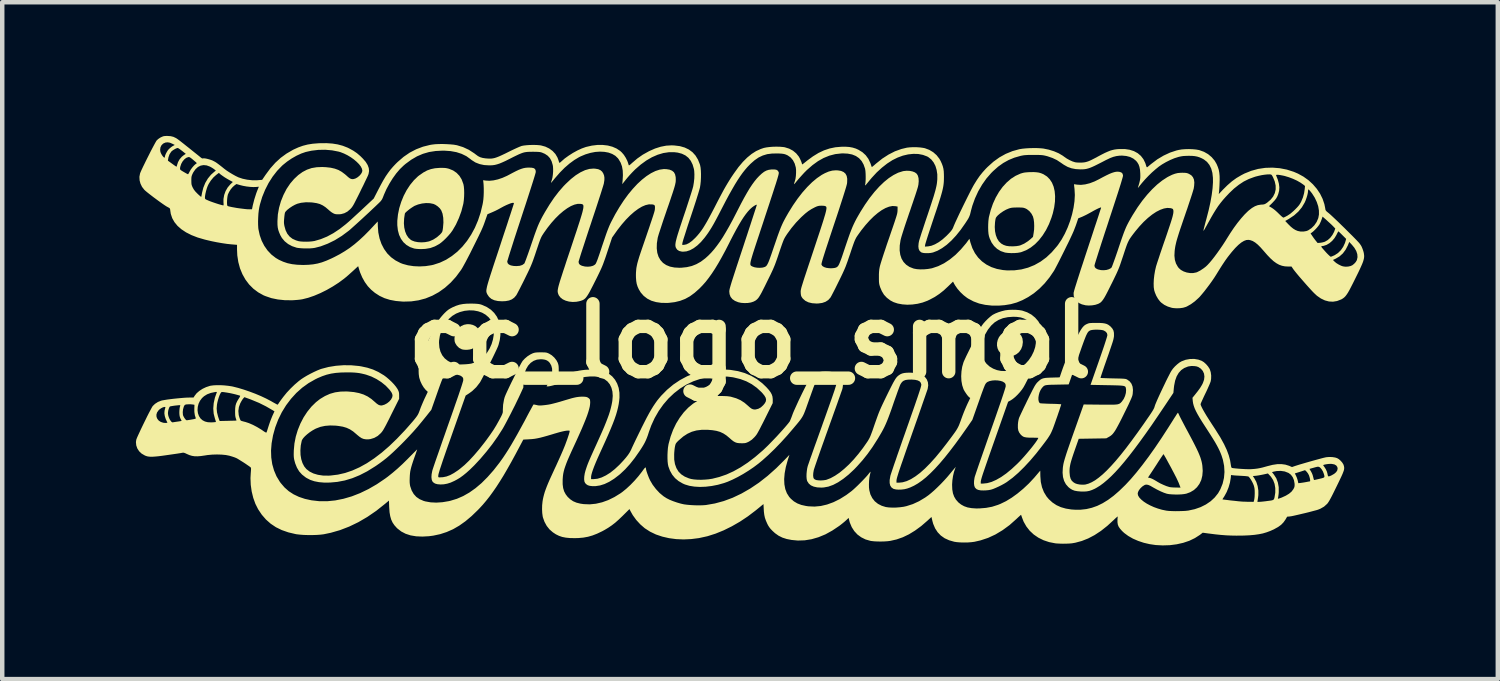
<source format=kicad_pcb>
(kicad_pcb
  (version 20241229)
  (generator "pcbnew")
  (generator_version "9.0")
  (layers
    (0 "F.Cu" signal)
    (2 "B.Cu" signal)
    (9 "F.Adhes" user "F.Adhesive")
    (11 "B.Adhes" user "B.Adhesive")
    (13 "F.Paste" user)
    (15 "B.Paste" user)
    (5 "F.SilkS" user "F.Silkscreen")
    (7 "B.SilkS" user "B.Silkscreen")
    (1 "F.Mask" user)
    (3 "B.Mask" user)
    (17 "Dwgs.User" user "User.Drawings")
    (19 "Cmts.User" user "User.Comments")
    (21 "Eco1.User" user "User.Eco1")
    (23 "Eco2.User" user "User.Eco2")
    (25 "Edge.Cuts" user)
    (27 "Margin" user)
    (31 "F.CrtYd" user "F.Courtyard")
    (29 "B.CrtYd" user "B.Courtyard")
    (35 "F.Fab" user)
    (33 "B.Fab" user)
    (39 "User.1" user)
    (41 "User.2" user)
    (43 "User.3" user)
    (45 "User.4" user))
  (footprint "cc_logo_smol"
    (layer "F.Cu")
    (at 13.773 4.6)
    (property "Reference" "cc_logo_smol" (at 0 0 0) (layer "F.SilkS") (effects (font (size 1.524 1.524) (thickness 0.3))))
    (attr board_only exclude_from_pos_files exclude_from_bom)
    (fp_poly (pts (xy -6.279 -0.375) (xy -6.215 -0.36) (xy -6.156 -0.332) (xy -6.107 -0.29) (xy -6.073 -0.241) (xy -6.054 -0.184) (xy -6.047 -0.118) (xy -6.053 -0.051) (xy -6.071 0.012) (xy -6.089 0.048) (xy -6.128 0.099) (xy -6.176 0.143) (xy -6.226 0.174) (xy -6.24 0.18) (xy -6.292 0.193) (xy -6.351 0.199) (xy -6.41 0.197) (xy -6.46 0.188) (xy -6.463 0.186) (xy -6.523 0.155) (xy -6.572 0.107) (xy -6.598 0.068) (xy -6.613 0.037) (xy -6.622 0.009) (xy -6.625 -0.024) (xy -6.626 -0.062) (xy -6.616 -0.142) (xy -6.589 -0.214) (xy -6.544 -0.278) (xy -6.53 -0.292) (xy -6.475 -0.335) (xy -6.413 -0.363) (xy -6.346 -0.376)) (stroke (width 0) (type solid)) (fill yes) (layer "F.SilkS"))
    (fp_poly (pts (xy 5.922 -0.23) (xy 5.972 -0.217) (xy 6.015 -0.194) (xy 6.051 -0.165) (xy 6.092 -0.116) (xy 6.117 -0.056) (xy 6.126 0.016) (xy 6.126 0.03) (xy 6.115 0.111) (xy 6.088 0.183) (xy 6.045 0.245) (xy 5.991 0.292) (xy 5.947 0.317) (xy 5.902 0.332) (xy 5.848 0.339) (xy 5.806 0.34) (xy 5.761 0.338) (xy 5.727 0.332) (xy 5.694 0.318) (xy 5.681 0.312) (xy 5.626 0.273) (xy 5.585 0.223) (xy 5.559 0.166) (xy 5.546 0.103) (xy 5.548 0.039) (xy 5.563 -0.025) (xy 5.591 -0.086) (xy 5.633 -0.14) (xy 5.688 -0.184) (xy 5.718 -0.201) (xy 5.757 -0.219) (xy 5.789 -0.229) (xy 5.824 -0.233) (xy 5.861 -0.233)) (stroke (width 0) (type solid)) (fill yes) (layer "F.SilkS"))
    (fp_poly (pts (xy -6.879 -3.883) (xy -6.834 -3.881) (xy -6.796 -3.875) (xy -6.76 -3.866) (xy -6.746 -3.862) (xy -6.656 -3.825) (xy -6.579 -3.772) (xy -6.515 -3.705) (xy -6.465 -3.624) (xy -6.429 -3.527) (xy -6.426 -3.519) (xy -6.416 -3.465) (xy -6.41 -3.397) (xy -6.408 -3.32) (xy -6.41 -3.239) (xy -6.416 -3.16) (xy -6.426 -3.087) (xy -6.431 -3.065) (xy -6.471 -2.91) (xy -6.527 -2.757) (xy -6.594 -2.611) (xy -6.672 -2.477) (xy -6.674 -2.475) (xy -6.712 -2.422) (xy -6.761 -2.365) (xy -6.816 -2.306) (xy -6.873 -2.251) (xy -6.927 -2.205) (xy -6.968 -2.175) (xy -7.065 -2.122) (xy -7.167 -2.085) (xy -7.278 -2.066) (xy -7.378 -2.061) (xy -7.428 -2.063) (xy -7.477 -2.066) (xy -7.517 -2.072) (xy -7.53 -2.074) (xy -7.623 -2.106) (xy -7.704 -2.154) (xy -7.772 -2.216) (xy -7.827 -2.292) (xy -7.869 -2.381) (xy -7.896 -2.483) (xy -7.909 -2.597) (xy -7.909 -2.64) (xy -7.761 -2.64) (xy -7.753 -2.544) (xy -7.733 -2.457) (xy -7.702 -2.381) (xy -7.66 -2.318) (xy -7.608 -2.27) (xy -7.581 -2.254) (xy -7.52 -2.231) (xy -7.447 -2.217) (xy -7.367 -2.212) (xy -7.287 -2.217) (xy -7.211 -2.231) (xy -7.183 -2.239) (xy -7.101 -2.275) (xy -7.022 -2.326) (xy -6.952 -2.386) (xy -6.945 -2.393) (xy -6.922 -2.419) (xy -6.907 -2.439) (xy -6.897 -2.461) (xy -6.891 -2.489) (xy -6.885 -2.531) (xy -6.884 -2.536) (xy -6.874 -2.657) (xy -6.878 -2.764) (xy -6.894 -2.856) (xy -6.922 -2.929) (xy -6.955 -2.976) (xy -7.001 -3.019) (xy -7.054 -3.055) (xy -7.099 -3.075) (xy -7.177 -3.091) (xy -7.264 -3.094) (xy -7.355 -3.084) (xy -7.444 -3.062) (xy -7.522 -3.031) (xy -7.555 -3.011) (xy -7.595 -2.985) (xy -7.636 -2.956) (xy -7.674 -2.925) (xy -7.707 -2.897) (xy -7.729 -2.875) (xy -7.737 -2.863) (xy -7.741 -2.846) (xy -7.746 -2.814) (xy -7.752 -2.773) (xy -7.756 -2.744) (xy -7.761 -2.64) (xy -7.909 -2.64) (xy -7.909 -2.695) (xy -7.894 -2.838) (xy -7.865 -2.98) (xy -7.821 -3.121) (xy -7.766 -3.256) (xy -7.699 -3.384) (xy -7.622 -3.501) (xy -7.537 -3.605) (xy -7.445 -3.694) (xy -7.412 -3.719) (xy -7.324 -3.78) (xy -7.239 -3.826) (xy -7.154 -3.856) (xy -7.063 -3.875) (xy -6.962 -3.883) (xy -6.938 -3.883)) (stroke (width 0) (type solid)) (fill yes) (layer "F.SilkS"))
    (fp_poly (pts (xy 6.433 -3.785) (xy 6.488 -3.777) (xy 6.538 -3.762) (xy 6.588 -3.741) (xy 6.593 -3.738) (xy 6.668 -3.69) (xy 6.73 -3.627) (xy 6.78 -3.551) (xy 6.817 -3.461) (xy 6.84 -3.361) (xy 6.85 -3.25) (xy 6.847 -3.129) (xy 6.83 -3) (xy 6.799 -2.864) (xy 6.768 -2.765) (xy 6.713 -2.622) (xy 6.647 -2.49) (xy 6.572 -2.37) (xy 6.489 -2.263) (xy 6.399 -2.171) (xy 6.302 -2.095) (xy 6.201 -2.036) (xy 6.096 -1.995) (xy 6.075 -1.989) (xy 6.014 -1.978) (xy 5.942 -1.972) (xy 5.865 -1.971) (xy 5.792 -1.975) (xy 5.729 -1.983) (xy 5.719 -1.986) (xy 5.629 -2.017) (xy 5.549 -2.066) (xy 5.481 -2.13) (xy 5.425 -2.208) (xy 5.382 -2.301) (xy 5.366 -2.351) (xy 5.356 -2.401) (xy 5.35 -2.466) (xy 5.348 -2.539) (xy 5.348 -2.558) (xy 5.496 -2.558) (xy 5.502 -2.462) (xy 5.52 -2.375) (xy 5.549 -2.299) (xy 5.588 -2.236) (xy 5.638 -2.188) (xy 5.642 -2.185) (xy 5.694 -2.155) (xy 5.752 -2.135) (xy 5.818 -2.125) (xy 5.897 -2.123) (xy 5.907 -2.123) (xy 5.983 -2.128) (xy 6.043 -2.138) (xy 6.074 -2.147) (xy 6.157 -2.184) (xy 6.241 -2.238) (xy 6.298 -2.284) (xy 6.354 -2.335) (xy 6.369 -2.425) (xy 6.379 -2.502) (xy 6.381 -2.583) (xy 6.378 -2.661) (xy 6.369 -2.732) (xy 6.354 -2.789) (xy 6.352 -2.794) (xy 6.319 -2.857) (xy 6.273 -2.913) (xy 6.217 -2.957) (xy 6.19 -2.971) (xy 6.165 -2.981) (xy 6.142 -2.988) (xy 6.114 -2.992) (xy 6.078 -2.994) (xy 6.027 -2.995) (xy 6.007 -2.995) (xy 5.949 -2.994) (xy 5.905 -2.992) (xy 5.871 -2.988) (xy 5.84 -2.981) (xy 5.809 -2.971) (xy 5.748 -2.945) (xy 5.683 -2.908) (xy 5.621 -2.865) (xy 5.569 -2.821) (xy 5.555 -2.807) (xy 5.537 -2.786) (xy 5.524 -2.768) (xy 5.516 -2.747) (xy 5.51 -2.718) (xy 5.504 -2.676) (xy 5.502 -2.661) (xy 5.496 -2.558) (xy 5.348 -2.558) (xy 5.349 -2.615) (xy 5.353 -2.69) (xy 5.361 -2.756) (xy 5.365 -2.78) (xy 5.405 -2.935) (xy 5.456 -3.082) (xy 5.518 -3.218) (xy 5.591 -3.344) (xy 5.673 -3.457) (xy 5.763 -3.555) (xy 5.86 -3.639) (xy 5.963 -3.705) (xy 6.071 -3.754) (xy 6.077 -3.756) (xy 6.117 -3.768) (xy 6.154 -3.777) (xy 6.194 -3.782) (xy 6.244 -3.786) (xy 6.288 -3.788) (xy 6.368 -3.789)) (stroke (width 0) (type solid)) (fill yes) (layer "F.SilkS"))
    (fp_poly (pts (xy -12.995 -4.595) (xy -12.933 -4.58) (xy -12.872 -4.551) (xy -12.839 -4.529) (xy -12.821 -4.516) (xy -12.789 -4.492) (xy -12.747 -4.459) (xy -12.696 -4.419) (xy -12.64 -4.374) (xy -12.579 -4.326) (xy -12.517 -4.276) (xy -12.456 -4.227) (xy -12.398 -4.181) (xy -12.346 -4.139) (xy -12.313 -4.112) (xy -12.292 -4.098) (xy -12.276 -4.094) (xy -12.275 -4.095) (xy -12.256 -4.098) (xy -12.223 -4.096) (xy -12.181 -4.088) (xy -12.135 -4.076) (xy -12.09 -4.062) (xy -12.051 -4.047) (xy -12.05 -4.046) (xy -12.021 -4.031) (xy -11.993 -4.016) (xy -11.964 -3.997) (xy -11.931 -3.973) (xy -11.89 -3.942) (xy -11.839 -3.902) (xy -11.791 -3.863) (xy -11.739 -3.824) (xy -11.675 -3.782) (xy -11.605 -3.74) (xy -11.537 -3.702) (xy -11.477 -3.673) (xy -11.473 -3.671) (xy -11.38 -3.64) (xy -11.276 -3.618) (xy -11.165 -3.606) (xy -11.054 -3.606) (xy -11.03 -3.608) (xy -10.941 -3.615) (xy -10.865 -3.727) (xy -10.758 -3.872) (xy -10.646 -3.998) (xy -10.526 -4.108) (xy -10.396 -4.203) (xy -10.255 -4.285) (xy -10.238 -4.294) (xy -10.13 -4.343) (xy -10.026 -4.38) (xy -9.921 -4.407) (xy -9.808 -4.425) (xy -9.683 -4.435) (xy -9.644 -4.437) (xy -9.497 -4.438) (xy -9.366 -4.429) (xy -9.246 -4.41) (xy -9.134 -4.38) (xy -9.028 -4.339) (xy -8.989 -4.32) (xy -8.896 -4.269) (xy -8.814 -4.213) (xy -8.737 -4.147) (xy -8.68 -4.09) (xy -8.617 -4.017) (xy -8.574 -3.947) (xy -8.549 -3.879) (xy -8.542 -3.813) (xy -8.554 -3.747) (xy -8.563 -3.723) (xy -8.571 -3.703) (xy -8.588 -3.667) (xy -8.611 -3.619) (xy -8.64 -3.559) (xy -8.672 -3.491) (xy -8.709 -3.418) (xy -8.744 -3.345) (xy -8.787 -3.258) (xy -8.823 -3.187) (xy -8.852 -3.13) (xy -8.875 -3.085) (xy -8.895 -3.049) (xy -8.912 -3.022) (xy -8.927 -3) (xy -8.942 -2.982) (xy -8.957 -2.965) (xy -8.965 -2.957) (xy -9.029 -2.902) (xy -9.097 -2.866) (xy -9.17 -2.846) (xy -9.212 -2.842) (xy -9.264 -2.842) (xy -9.308 -2.848) (xy -9.348 -2.865) (xy -9.391 -2.892) (xy -9.44 -2.932) (xy -9.455 -2.946) (xy -9.52 -3.001) (xy -9.582 -3.042) (xy -9.646 -3.072) (xy -9.718 -3.092) (xy -9.802 -3.105) (xy -9.84 -3.109) (xy -9.959 -3.112) (xy -10.069 -3.1) (xy -10.151 -3.079) (xy -10.205 -3.056) (xy -10.265 -3.023) (xy -10.324 -2.984) (xy -10.376 -2.943) (xy -10.396 -2.923) (xy -10.412 -2.906) (xy -10.423 -2.891) (xy -10.431 -2.872) (xy -10.436 -2.846) (xy -10.441 -2.809) (xy -10.445 -2.77) (xy -10.45 -2.715) (xy -10.452 -2.673) (xy -10.451 -2.638) (xy -10.446 -2.603) (xy -10.441 -2.577) (xy -10.415 -2.484) (xy -10.377 -2.406) (xy -10.326 -2.343) (xy -10.262 -2.293) (xy -10.183 -2.257) (xy -10.124 -2.239) (xy -10.078 -2.232) (xy -10.018 -2.228) (xy -9.951 -2.227) (xy -9.883 -2.229) (xy -9.819 -2.235) (xy -9.767 -2.243) (xy -9.626 -2.284) (xy -9.485 -2.342) (xy -9.344 -2.418) (xy -9.202 -2.512) (xy -9.07 -2.615) (xy -9.038 -2.642) (xy -8.994 -2.68) (xy -8.941 -2.728) (xy -8.881 -2.783) (xy -8.817 -2.842) (xy -8.75 -2.903) (xy -8.703 -2.947) (xy -8.438 -3.195) (xy -8.338 -3.39) (xy -8.277 -3.506) (xy -8.222 -3.606) (xy -8.169 -3.694) (xy -8.116 -3.771) (xy -8.063 -3.842) (xy -8.005 -3.909) (xy -7.943 -3.975) (xy -7.901 -4.016) (xy -7.769 -4.13) (xy -7.631 -4.225) (xy -7.485 -4.301) (xy -7.332 -4.359) (xy -7.172 -4.399) (xy -7.128 -4.406) (xy -7.061 -4.414) (xy -6.982 -4.418) (xy -6.895 -4.419) (xy -6.806 -4.416) (xy -6.72 -4.411) (xy -6.643 -4.404) (xy -6.579 -4.393) (xy -6.569 -4.391) (xy -6.433 -4.349) (xy -6.304 -4.289) (xy -6.182 -4.21) (xy -6.148 -4.184) (xy -6.099 -4.148) (xy -6.05 -4.123) (xy -5.996 -4.107) (xy -5.932 -4.097) (xy -5.882 -4.093) (xy -5.839 -4.091) (xy -5.799 -4.092) (xy -5.761 -4.097) (xy -5.721 -4.106) (xy -5.676 -4.121) (xy -5.625 -4.141) (xy -5.563 -4.169) (xy -5.489 -4.204) (xy -5.417 -4.24) (xy -5.35 -4.273) (xy -5.285 -4.304) (xy -5.226 -4.331) (xy -5.176 -4.353) (xy -5.138 -4.368) (xy -5.117 -4.376) (xy -5.068 -4.385) (xy -5.005 -4.392) (xy -4.933 -4.397) (xy -4.858 -4.398) (xy -4.786 -4.397) (xy -4.723 -4.392) (xy -4.685 -4.387) (xy -4.587 -4.36) (xy -4.5 -4.318) (xy -4.424 -4.262) (xy -4.362 -4.195) (xy -4.316 -4.117) (xy -4.297 -4.068) (xy -4.287 -4.036) (xy -4.279 -4.01) (xy -4.276 -4.001) (xy -4.268 -3.997) (xy -4.251 -4.007) (xy -4.229 -4.027) (xy -4.154 -4.093) (xy -4.065 -4.157) (xy -3.968 -4.219) (xy -3.868 -4.274) (xy -3.77 -4.319) (xy -3.678 -4.352) (xy -3.67 -4.354) (xy -3.543 -4.383) (xy -3.418 -4.398) (xy -3.299 -4.398) (xy -3.186 -4.385) (xy -3.083 -4.358) (xy -2.989 -4.317) (xy -2.909 -4.264) (xy -2.872 -4.23) (xy -2.825 -4.175) (xy -2.782 -4.108) (xy -2.748 -4.04) (xy -2.732 -3.995) (xy -2.723 -3.966) (xy -2.716 -3.945) (xy -2.715 -3.941) (xy -2.706 -3.941) (xy -2.685 -3.955) (xy -2.652 -3.984) (xy -2.64 -3.995) (xy -2.525 -4.093) (xy -2.402 -4.179) (xy -2.266 -4.255) (xy -2.256 -4.26) (xy -2.125 -4.318) (xy -1.998 -4.358) (xy -1.875 -4.382) (xy -1.751 -4.389) (xy -1.691 -4.386) (xy -1.569 -4.371) (xy -1.461 -4.34) (xy -1.367 -4.295) (xy -1.286 -4.235) (xy -1.218 -4.16) (xy -1.163 -4.069) (xy -1.121 -3.964) (xy -1.114 -3.94) (xy -1.104 -3.888) (xy -1.098 -3.822) (xy -1.095 -3.746) (xy -1.096 -3.665) (xy -1.1 -3.584) (xy -1.108 -3.507) (xy -1.119 -3.44) (xy -1.119 -3.44) (xy -1.127 -3.411) (xy -1.14 -3.365) (xy -1.158 -3.304) (xy -1.181 -3.231) (xy -1.207 -3.147) (xy -1.237 -3.055) (xy -1.269 -2.957) (xy -1.303 -2.854) (xy -1.326 -2.785) (xy -1.36 -2.683) (xy -1.392 -2.587) (xy -1.421 -2.496) (xy -1.447 -2.414) (xy -1.47 -2.342) (xy -1.489 -2.283) (xy -1.502 -2.237) (xy -1.51 -2.207) (xy -1.513 -2.195) (xy -1.516 -2.155) (xy -1.478 -2.156) (xy -1.423 -2.167) (xy -1.362 -2.197) (xy -1.296 -2.245) (xy -1.224 -2.313) (xy -1.219 -2.318) (xy -1.175 -2.366) (xy -1.133 -2.416) (xy -1.091 -2.471) (xy -1.049 -2.532) (xy -1.006 -2.602) (xy -0.959 -2.682) (xy -0.908 -2.775) (xy -0.851 -2.882) (xy -0.795 -2.989) (xy -0.732 -3.112) (xy -0.676 -3.219) (xy -0.626 -3.313) (xy -0.581 -3.397) (xy -0.538 -3.472) (xy -0.497 -3.541) (xy -0.457 -3.606) (xy -0.416 -3.671) (xy -0.372 -3.736) (xy -0.352 -3.765) (xy -0.254 -3.901) (xy -0.156 -4.017) (xy -0.058 -4.115) (xy 0.041 -4.196) (xy 0.141 -4.26) (xy 0.245 -4.307) (xy 0.316 -4.331) (xy 0.375 -4.343) (xy 0.447 -4.352) (xy 0.527 -4.358) (xy 0.608 -4.359) (xy 0.684 -4.357) (xy 0.751 -4.351) (xy 0.784 -4.346) (xy 0.883 -4.315) (xy 0.969 -4.269) (xy 1.041 -4.209) (xy 1.1 -4.136) (xy 1.123 -4.094) (xy 1.141 -4.056) (xy 1.156 -4.02) (xy 1.165 -3.994) (xy 1.165 -3.993) (xy 1.171 -3.971) (xy 1.176 -3.96) (xy 1.176 -3.96) (xy 1.185 -3.966) (xy 1.207 -3.982) (xy 1.238 -4.007) (xy 1.276 -4.037) (xy 1.289 -4.048) (xy 1.417 -4.142) (xy 1.541 -4.218) (xy 1.666 -4.277) (xy 1.792 -4.319) (xy 1.922 -4.346) (xy 2.051 -4.357) (xy 2.149 -4.358) (xy 2.234 -4.352) (xy 2.309 -4.338) (xy 2.38 -4.316) (xy 2.439 -4.289) (xy 2.527 -4.235) (xy 2.601 -4.167) (xy 2.661 -4.085) (xy 2.706 -3.989) (xy 2.713 -3.969) (xy 2.724 -3.936) (xy 2.733 -3.912) (xy 2.737 -3.902) (xy 2.745 -3.906) (xy 2.765 -3.922) (xy 2.794 -3.946) (xy 2.829 -3.977) (xy 2.833 -3.98) (xy 2.972 -4.091) (xy 3.113 -4.182) (xy 3.256 -4.255) (xy 3.401 -4.307) (xy 3.526 -4.337) (xy 3.59 -4.344) (xy 3.665 -4.348) (xy 3.743 -4.347) (xy 3.819 -4.342) (xy 3.886 -4.333) (xy 3.927 -4.325) (xy 4.026 -4.288) (xy 4.115 -4.235) (xy 4.191 -4.168) (xy 4.254 -4.087) (xy 4.282 -4.037) (xy 4.31 -3.975) (xy 4.33 -3.92) (xy 4.344 -3.865) (xy 4.352 -3.805) (xy 4.355 -3.734) (xy 4.356 -3.68) (xy 4.355 -3.632) (xy 4.354 -3.588) (xy 4.351 -3.545) (xy 4.346 -3.502) (xy 4.339 -3.457) (xy 4.329 -3.408) (xy 4.316 -3.354) (xy 4.299 -3.292) (xy 4.278 -3.22) (xy 4.252 -3.138) (xy 4.222 -3.043) (xy 4.186 -2.933) (xy 4.143 -2.807) (xy 4.126 -2.755) (xy 4.092 -2.653) (xy 4.06 -2.556) (xy 4.03 -2.465) (xy 4.003 -2.383) (xy 3.98 -2.311) (xy 3.961 -2.25) (xy 3.947 -2.204) (xy 3.938 -2.173) (xy 3.935 -2.161) (xy 3.929 -2.117) (xy 4 -2.122) (xy 4.074 -2.136) (xy 4.154 -2.168) (xy 4.239 -2.216) (xy 4.326 -2.28) (xy 4.413 -2.358) (xy 4.464 -2.41) (xy 4.502 -2.451) (xy 4.528 -2.484) (xy 4.548 -2.514) (xy 4.563 -2.546) (xy 4.575 -2.577) (xy 4.589 -2.61) (xy 4.61 -2.658) (xy 4.638 -2.718) (xy 4.671 -2.789) (xy 4.708 -2.868) (xy 4.749 -2.952) (xy 4.791 -3.039) (xy 4.834 -3.126) (xy 4.876 -3.211) (xy 4.916 -3.291) (xy 4.953 -3.364) (xy 4.986 -3.427) (xy 5.013 -3.477) (xy 5.032 -3.51) (xy 5.096 -3.613) (xy 5.158 -3.703) (xy 5.224 -3.785) (xy 5.296 -3.865) (xy 5.336 -3.905) (xy 5.466 -4.022) (xy 5.601 -4.119) (xy 5.743 -4.198) (xy 5.892 -4.259) (xy 6.047 -4.302) (xy 6.113 -4.313) (xy 6.193 -4.321) (xy 6.281 -4.326) (xy 6.371 -4.328) (xy 6.459 -4.327) (xy 6.538 -4.322) (xy 6.588 -4.317) (xy 6.709 -4.292) (xy 6.825 -4.256) (xy 6.93 -4.211) (xy 7.021 -4.157) (xy 7.058 -4.13) (xy 7.113 -4.092) (xy 7.176 -4.057) (xy 7.24 -4.028) (xy 7.297 -4.01) (xy 7.301 -4.009) (xy 7.338 -4.004) (xy 7.385 -4.002) (xy 7.435 -4.002) (xy 7.447 -4.002) (xy 7.489 -4.005) (xy 7.527 -4.011) (xy 7.565 -4.021) (xy 7.606 -4.035) (xy 7.654 -4.056) (xy 7.711 -4.085) (xy 7.781 -4.121) (xy 7.807 -4.136) (xy 7.894 -4.182) (xy 7.967 -4.219) (xy 8.03 -4.247) (xy 8.084 -4.269) (xy 8.135 -4.284) (xy 8.184 -4.295) (xy 8.236 -4.302) (xy 8.292 -4.306) (xy 8.293 -4.306) (xy 8.414 -4.306) (xy 8.522 -4.29) (xy 8.619 -4.259) (xy 8.703 -4.213) (xy 8.774 -4.153) (xy 8.831 -4.079) (xy 8.874 -3.991) (xy 8.888 -3.947) (xy 8.898 -3.915) (xy 8.906 -3.9) (xy 8.914 -3.897) (xy 8.922 -3.902) (xy 8.937 -3.914) (xy 8.962 -3.935) (xy 8.994 -3.962) (xy 9.008 -3.973) (xy 9.143 -4.075) (xy 9.284 -4.159) (xy 9.428 -4.226) (xy 9.573 -4.274) (xy 9.624 -4.286) (xy 9.691 -4.297) (xy 9.769 -4.303) (xy 9.853 -4.305) (xy 9.936 -4.302) (xy 10.012 -4.295) (xy 10.076 -4.284) (xy 10.087 -4.281) (xy 10.19 -4.244) (xy 10.283 -4.191) (xy 10.363 -4.124) (xy 10.43 -4.045) (xy 10.474 -3.969) (xy 10.501 -3.904) (xy 10.522 -3.84) (xy 10.534 -3.774) (xy 10.541 -3.7) (xy 10.542 -3.615) (xy 10.54 -3.555) (xy 10.538 -3.496) (xy 10.535 -3.44) (xy 10.532 -3.392) (xy 10.529 -3.356) (xy 10.528 -3.345) (xy 10.522 -3.295) (xy 10.613 -3.392) (xy 10.716 -3.494) (xy 10.816 -3.581) (xy 10.918 -3.655) (xy 11.027 -3.719) (xy 11.098 -3.756) (xy 11.249 -3.817) (xy 11.405 -3.86) (xy 11.565 -3.884) (xy 11.727 -3.889) (xy 11.889 -3.876) (xy 12.049 -3.845) (xy 12.205 -3.795) (xy 12.3 -3.754) (xy 12.422 -3.687) (xy 12.534 -3.607) (xy 12.634 -3.515) (xy 12.722 -3.413) (xy 12.795 -3.304) (xy 12.852 -3.188) (xy 12.892 -3.069) (xy 12.911 -2.975) (xy 12.914 -2.95) (xy 12.921 -2.932) (xy 12.933 -2.915) (xy 12.955 -2.895) (xy 12.989 -2.868) (xy 12.992 -2.865) (xy 13.016 -2.845) (xy 13.051 -2.813) (xy 13.097 -2.77) (xy 13.151 -2.719) (xy 13.212 -2.661) (xy 13.277 -2.597) (xy 13.345 -2.531) (xy 13.381 -2.495) (xy 13.456 -2.42) (xy 13.519 -2.358) (xy 13.57 -2.306) (xy 13.611 -2.264) (xy 13.643 -2.23) (xy 13.669 -2.202) (xy 13.688 -2.178) (xy 13.702 -2.158) (xy 13.714 -2.14) (xy 13.724 -2.122) (xy 13.73 -2.11) (xy 13.749 -2.064) (xy 13.766 -2.014) (xy 13.777 -1.971) (xy 13.777 -1.969) (xy 13.781 -1.939) (xy 13.784 -1.91) (xy 13.783 -1.881) (xy 13.779 -1.851) (xy 13.771 -1.817) (xy 13.759 -1.777) (xy 13.741 -1.731) (xy 13.717 -1.676) (xy 13.687 -1.61) (xy 13.65 -1.532) (xy 13.605 -1.441) (xy 13.552 -1.334) (xy 13.533 -1.296) (xy 13.489 -1.21) (xy 13.452 -1.139) (xy 13.42 -1.083) (xy 13.39 -1.038) (xy 13.363 -1.003) (xy 13.336 -0.976) (xy 13.307 -0.954) (xy 13.276 -0.935) (xy 13.265 -0.93) (xy 13.176 -0.896) (xy 13.085 -0.881) (xy 12.994 -0.886) (xy 12.903 -0.91) (xy 12.813 -0.953) (xy 12.725 -1.014) (xy 12.67 -1.065) (xy 12.635 -1.1) (xy 12.592 -1.146) (xy 12.543 -1.2) (xy 12.489 -1.26) (xy 12.434 -1.323) (xy 12.379 -1.386) (xy 12.327 -1.446) (xy 12.28 -1.502) (xy 12.241 -1.55) (xy 12.211 -1.588) (xy 12.195 -1.609) (xy 12.154 -1.67) (xy 12.076 -1.67) (xy 12.006 -1.674) (xy 11.94 -1.687) (xy 11.877 -1.71) (xy 11.815 -1.744) (xy 11.75 -1.791) (xy 11.722 -1.817) (xy 13.084 -1.817) (xy 13.114 -1.786) (xy 13.157 -1.749) (xy 13.212 -1.715) (xy 13.269 -1.687) (xy 13.308 -1.674) (xy 13.364 -1.666) (xy 13.424 -1.669) (xy 13.479 -1.681) (xy 13.519 -1.699) (xy 13.559 -1.731) (xy 13.595 -1.77) (xy 13.619 -1.811) (xy 13.621 -1.815) (xy 13.635 -1.88) (xy 13.63 -1.948) (xy 13.607 -2.018) (xy 13.565 -2.09) (xy 13.512 -2.155) (xy 13.45 -2.222) (xy 13.418 -2.144) (xy 13.368 -2.047) (xy 13.306 -1.964) (xy 13.231 -1.897) (xy 13.147 -1.847) (xy 13.084 -1.817) (xy 11.722 -1.817) (xy 11.683 -1.852) (xy 11.61 -1.928) (xy 11.53 -2.02) (xy 11.46 -2.099) (xy 11.439 -2.12) (xy 12.82 -2.12) (xy 12.825 -2.11) (xy 12.84 -2.089) (xy 12.865 -2.06) (xy 12.895 -2.026) (xy 12.927 -1.99) (xy 12.96 -1.955) (xy 12.991 -1.925) (xy 13.015 -1.903) (xy 13.031 -1.891) (xy 13.034 -1.89) (xy 13.052 -1.894) (xy 13.081 -1.906) (xy 13.116 -1.922) (xy 13.123 -1.925) (xy 13.197 -1.973) (xy 13.261 -2.036) (xy 13.314 -2.113) (xy 13.354 -2.199) (xy 13.367 -2.243) (xy 13.38 -2.29) (xy 13.295 -2.375) (xy 13.262 -2.408) (xy 13.234 -2.435) (xy 13.214 -2.453) (xy 13.205 -2.459) (xy 13.205 -2.459) (xy 13.199 -2.451) (xy 13.187 -2.428) (xy 13.17 -2.396) (xy 13.163 -2.38) (xy 13.12 -2.309) (xy 13.067 -2.246) (xy 13.006 -2.194) (xy 12.941 -2.156) (xy 12.875 -2.134) (xy 12.863 -2.132) (xy 12.837 -2.128) (xy 12.822 -2.122) (xy 12.82 -2.12) (xy 11.439 -2.12) (xy 11.397 -2.162) (xy 11.339 -2.209) (xy 11.284 -2.242) (xy 11.231 -2.261) (xy 11.193 -2.268) (xy 11.142 -2.265) (xy 11.088 -2.245) (xy 11.028 -2.209) (xy 10.963 -2.156) (xy 10.892 -2.086) (xy 10.815 -1.998) (xy 10.756 -1.924) (xy 10.724 -1.883) (xy 10.695 -1.843) (xy 10.665 -1.801) (xy 10.635 -1.756) (xy 10.601 -1.705) (xy 10.562 -1.644) (xy 10.517 -1.572) (xy 10.464 -1.486) (xy 10.42 -1.417) (xy 10.368 -1.341) (xy 10.312 -1.263) (xy 10.253 -1.185) (xy 10.196 -1.111) (xy 10.142 -1.046) (xy 10.095 -0.991) (xy 10.069 -0.965) (xy 9.984 -0.888) (xy 9.896 -0.824) (xy 9.809 -0.775) (xy 9.782 -0.763) (xy 9.721 -0.745) (xy 9.648 -0.735) (xy 9.57 -0.733) (xy 9.495 -0.739) (xy 9.464 -0.745) (xy 9.378 -0.772) (xy 9.3 -0.81) (xy 9.233 -0.859) (xy 9.205 -0.886) (xy 9.16 -0.944) (xy 9.12 -1.013) (xy 9.089 -1.087) (xy 9.073 -1.139) (xy 9.063 -1.207) (xy 9.061 -1.289) (xy 9.065 -1.381) (xy 9.076 -1.479) (xy 9.093 -1.579) (xy 9.116 -1.677) (xy 9.118 -1.683) (xy 9.126 -1.708) (xy 9.139 -1.75) (xy 9.158 -1.807) (xy 9.181 -1.876) (xy 9.207 -1.956) (xy 9.237 -2.044) (xy 9.269 -2.139) (xy 9.303 -2.237) (xy 9.318 -2.279) (xy 9.36 -2.402) (xy 9.395 -2.507) (xy 9.425 -2.596) (xy 9.45 -2.672) (xy 9.469 -2.734) (xy 9.484 -2.786) (xy 9.494 -2.828) (xy 9.501 -2.862) (xy 9.504 -2.889) (xy 9.505 -2.912) (xy 9.503 -2.932) (xy 9.5 -2.943) (xy 9.493 -2.959) (xy 9.478 -2.969) (xy 9.45 -2.978) (xy 9.439 -2.98) (xy 9.368 -2.985) (xy 9.291 -2.972) (xy 9.207 -2.942) (xy 9.119 -2.897) (xy 9.027 -2.836) (xy 8.932 -2.76) (xy 8.836 -2.671) (xy 8.74 -2.568) (xy 8.644 -2.453) (xy 8.639 -2.446) (xy 8.6 -2.396) (xy 8.568 -2.353) (xy 8.541 -2.315) (xy 8.518 -2.28) (xy 8.499 -2.244) (xy 8.48 -2.205) (xy 8.461 -2.159) (xy 8.441 -2.103) (xy 8.418 -2.036) (xy 8.391 -1.954) (xy 8.379 -1.917) (xy 8.351 -1.835) (xy 8.328 -1.766) (xy 8.308 -1.707) (xy 8.289 -1.655) (xy 8.269 -1.606) (xy 8.248 -1.557) (xy 8.224 -1.504) (xy 8.195 -1.444) (xy 8.161 -1.373) (xy 8.119 -1.288) (xy 8.112 -1.275) (xy 8.064 -1.178) (xy 8.023 -1.097) (xy 7.989 -1.032) (xy 7.959 -0.978) (xy 7.933 -0.937) (xy 7.909 -0.904) (xy 7.887 -0.879) (xy 7.866 -0.86) (xy 7.843 -0.846) (xy 7.818 -0.833) (xy 7.813 -0.831) (xy 7.752 -0.811) (xy 7.68 -0.799) (xy 7.606 -0.795) (xy 7.537 -0.8) (xy 7.536 -0.8) (xy 7.451 -0.821) (xy 7.381 -0.853) (xy 7.327 -0.895) (xy 7.289 -0.946) (xy 7.268 -1.007) (xy 7.265 -1.076) (xy 7.265 -1.078) (xy 7.27 -1.098) (xy 7.28 -1.138) (xy 7.297 -1.196) (xy 7.321 -1.272) (xy 7.35 -1.365) (xy 7.386 -1.477) (xy 7.427 -1.605) (xy 7.475 -1.75) (xy 7.528 -1.913) (xy 7.577 -2.061) (xy 7.62 -2.192) (xy 7.662 -2.318) (xy 7.701 -2.437) (xy 7.737 -2.548) (xy 7.771 -2.649) (xy 7.801 -2.74) (xy 7.827 -2.819) (xy 7.848 -2.885) (xy 7.865 -2.937) (xy 7.877 -2.972) (xy 7.882 -2.991) (xy 7.883 -2.993) (xy 7.875 -2.996) (xy 7.852 -2.988) (xy 7.816 -2.973) (xy 7.769 -2.95) (xy 7.714 -2.921) (xy 7.667 -2.894) (xy 7.612 -2.864) (xy 7.556 -2.834) (xy 7.503 -2.808) (xy 7.46 -2.788) (xy 7.453 -2.785) (xy 7.369 -2.751) (xy 7.333 -2.643) (xy 7.313 -2.586) (xy 7.289 -2.524) (xy 7.266 -2.465) (xy 7.255 -2.44) (xy 7.236 -2.397) (xy 7.21 -2.341) (xy 7.179 -2.275) (xy 7.143 -2.2) (xy 7.103 -2.12) (xy 7.062 -2.036) (xy 7.02 -1.952) (xy 6.979 -1.87) (xy 6.94 -1.792) (xy 6.904 -1.722) (xy 6.872 -1.661) (xy 6.846 -1.612) (xy 6.828 -1.579) (xy 6.823 -1.571) (xy 6.725 -1.427) (xy 6.616 -1.293) (xy 6.498 -1.173) (xy 6.373 -1.069) (xy 6.247 -0.985) (xy 6.118 -0.916) (xy 5.989 -0.863) (xy 5.857 -0.826) (xy 5.716 -0.803) (xy 5.587 -0.793) (xy 5.428 -0.794) (xy 5.282 -0.81) (xy 5.146 -0.84) (xy 5.02 -0.887) (xy 4.903 -0.949) (xy 4.876 -0.966) (xy 4.799 -1.025) (xy 4.725 -1.095) (xy 4.658 -1.172) (xy 4.604 -1.25) (xy 4.582 -1.289) (xy 4.56 -1.332) (xy 4.453 -1.228) (xy 4.351 -1.133) (xy 4.252 -1.055) (xy 4.15 -0.987) (xy 4.041 -0.929) (xy 3.985 -0.902) (xy 3.877 -0.862) (xy 3.763 -0.834) (xy 3.648 -0.818) (xy 3.533 -0.813) (xy 3.423 -0.821) (xy 3.319 -0.84) (xy 3.226 -0.871) (xy 3.154 -0.909) (xy 3.075 -0.969) (xy 3.011 -1.037) (xy 2.962 -1.118) (xy 2.925 -1.205) (xy 2.914 -1.239) (xy 2.906 -1.269) (xy 2.901 -1.299) (xy 2.898 -1.335) (xy 2.897 -1.382) (xy 2.897 -1.43) (xy 2.897 -1.499) (xy 2.9 -1.555) (xy 2.905 -1.605) (xy 2.914 -1.654) (xy 2.919 -1.677) (xy 2.927 -1.706) (xy 2.94 -1.751) (xy 2.959 -1.812) (xy 2.982 -1.884) (xy 3.009 -1.967) (xy 3.04 -2.058) (xy 3.072 -2.156) (xy 3.107 -2.257) (xy 3.128 -2.317) (xy 3.167 -2.432) (xy 3.201 -2.53) (xy 3.229 -2.612) (xy 3.252 -2.68) (xy 3.27 -2.736) (xy 3.285 -2.782) (xy 3.296 -2.819) (xy 3.304 -2.848) (xy 3.309 -2.872) (xy 3.312 -2.892) (xy 3.314 -2.91) (xy 3.315 -2.928) (xy 3.315 -2.935) (xy 3.316 -3.015) (xy 3.268 -3.024) (xy 3.2 -3.028) (xy 3.125 -3.013) (xy 3.045 -2.982) (xy 2.96 -2.935) (xy 2.872 -2.872) (xy 2.781 -2.795) (xy 2.689 -2.704) (xy 2.596 -2.6) (xy 2.503 -2.484) (xy 2.427 -2.378) (xy 2.409 -2.352) (xy 2.393 -2.328) (xy 2.38 -2.304) (xy 2.367 -2.278) (xy 2.353 -2.247) (xy 2.338 -2.209) (xy 2.321 -2.162) (xy 2.3 -2.102) (xy 2.275 -2.028) (xy 2.252 -1.958) (xy 2.221 -1.869) (xy 2.196 -1.794) (xy 2.173 -1.731) (xy 2.152 -1.674) (xy 2.13 -1.621) (xy 2.106 -1.567) (xy 2.079 -1.508) (xy 2.047 -1.441) (xy 2.008 -1.361) (xy 1.99 -1.325) (xy 1.953 -1.25) (xy 1.918 -1.179) (xy 1.885 -1.115) (xy 1.856 -1.059) (xy 1.833 -1.015) (xy 1.816 -0.985) (xy 1.809 -0.973) (xy 1.761 -0.919) (xy 1.699 -0.879) (xy 1.624 -0.853) (xy 1.535 -0.841) (xy 1.496 -0.84) (xy 1.398 -0.847) (xy 1.315 -0.867) (xy 1.246 -0.901) (xy 1.192 -0.948) (xy 1.176 -0.968) (xy 1.159 -0.995) (xy 1.149 -1.022) (xy 1.144 -1.056) (xy 1.142 -1.085) (xy 1.142 -1.097) (xy 1.141 -1.11) (xy 1.142 -1.123) (xy 1.144 -1.139) (xy 1.148 -1.158) (xy 1.153 -1.181) (xy 1.161 -1.211) (xy 1.172 -1.247) (xy 1.186 -1.292) (xy 1.203 -1.347) (xy 1.224 -1.413) (xy 1.25 -1.491) (xy 1.28 -1.582) (xy 1.315 -1.688) (xy 1.356 -1.81) (xy 1.402 -1.949) (xy 1.425 -2.018) (xy 1.477 -2.175) (xy 1.523 -2.314) (xy 1.564 -2.437) (xy 1.599 -2.544) (xy 1.629 -2.637) (xy 1.654 -2.716) (xy 1.674 -2.783) (xy 1.691 -2.839) (xy 1.703 -2.885) (xy 1.712 -2.922) (xy 1.717 -2.951) (xy 1.72 -2.974) (xy 1.72 -2.991) (xy 1.717 -3.003) (xy 1.713 -3.012) (xy 1.707 -3.019) (xy 1.705 -3.02) (xy 1.684 -3.029) (xy 1.646 -3.034) (xy 1.612 -3.035) (xy 1.571 -3.034) (xy 1.539 -3.029) (xy 1.507 -3.02) (xy 1.468 -3.003) (xy 1.456 -2.997) (xy 1.384 -2.959) (xy 1.314 -2.914) (xy 1.244 -2.859) (xy 1.168 -2.79) (xy 1.147 -2.77) (xy 1.038 -2.657) (xy 0.933 -2.531) (xy 0.836 -2.398) (xy 0.825 -2.381) (xy 0.807 -2.353) (xy 0.791 -2.328) (xy 0.777 -2.302) (xy 0.763 -2.274) (xy 0.749 -2.239) (xy 0.733 -2.197) (xy 0.714 -2.144) (xy 0.691 -2.078) (xy 0.663 -1.995) (xy 0.656 -1.975) (xy 0.629 -1.893) (xy 0.605 -1.824) (xy 0.584 -1.765) (xy 0.564 -1.711) (xy 0.543 -1.66) (xy 0.521 -1.608) (xy 0.495 -1.552) (xy 0.465 -1.488) (xy 0.428 -1.413) (xy 0.386 -1.328) (xy 0.339 -1.232) (xy 0.299 -1.153) (xy 0.266 -1.088) (xy 0.237 -1.036) (xy 0.212 -0.995) (xy 0.19 -0.963) (xy 0.168 -0.939) (xy 0.147 -0.92) (xy 0.125 -0.904) (xy 0.1 -0.891) (xy 0.082 -0.882) (xy 0.024 -0.863) (xy -0.046 -0.852) (xy -0.12 -0.85) (xy -0.194 -0.855) (xy -0.259 -0.869) (xy -0.333 -0.899) (xy -0.391 -0.939) (xy -0.431 -0.989) (xy -0.454 -1.05) (xy -0.46 -1.108) (xy -0.46 -1.12) (xy -0.458 -1.134) (xy -0.455 -1.152) (xy -0.45 -1.175) (xy -0.442 -1.204) (xy -0.432 -1.24) (xy -0.419 -1.284) (xy -0.403 -1.337) (xy -0.382 -1.401) (xy -0.358 -1.476) (xy -0.329 -1.565) (xy -0.296 -1.667) (xy -0.257 -1.785) (xy -0.213 -1.919) (xy -0.163 -2.07) (xy -0.149 -2.112) (xy -0.106 -2.244) (xy -0.064 -2.37) (xy -0.025 -2.49) (xy 0.012 -2.602) (xy 0.045 -2.704) (xy 0.075 -2.796) (xy 0.101 -2.876) (xy 0.123 -2.943) (xy 0.14 -2.996) (xy 0.151 -3.032) (xy 0.157 -3.052) (xy 0.158 -3.055) (xy 0.145 -3.056) (xy 0.121 -3.045) (xy 0.089 -3.025) (xy 0.054 -3) (xy 0.02 -2.97) (xy 0.001 -2.952) (xy -0.044 -2.903) (xy -0.09 -2.845) (xy -0.138 -2.778) (xy -0.189 -2.699) (xy -0.244 -2.607) (xy -0.303 -2.502) (xy -0.368 -2.381) (xy -0.439 -2.244) (xy -0.458 -2.205) (xy -0.545 -2.035) (xy -0.627 -1.883) (xy -0.704 -1.747) (xy -0.778 -1.625) (xy -0.85 -1.515) (xy -0.92 -1.417) (xy -0.989 -1.328) (xy -1.06 -1.248) (xy -1.132 -1.174) (xy -1.133 -1.173) (xy -1.239 -1.079) (xy -1.344 -1.002) (xy -1.451 -0.943) (xy -1.564 -0.9) (xy -1.684 -0.871) (xy -1.815 -0.855) (xy -1.856 -0.853) (xy -1.986 -0.855) (xy -2.103 -0.872) (xy -2.209 -0.903) (xy -2.301 -0.95) (xy -2.381 -1.012) (xy -2.447 -1.087) (xy -2.491 -1.16) (xy -2.518 -1.22) (xy -2.537 -1.28) (xy -2.548 -1.344) (xy -2.554 -1.419) (xy -2.555 -1.475) (xy -2.554 -1.531) (xy -2.55 -1.583) (xy -2.545 -1.635) (xy -2.535 -1.688) (xy -2.522 -1.747) (xy -2.503 -1.814) (xy -2.48 -1.891) (xy -2.45 -1.981) (xy -2.42 -2.07) (xy -2.37 -2.215) (xy -2.326 -2.343) (xy -2.288 -2.455) (xy -2.255 -2.551) (xy -2.228 -2.633) (xy -2.204 -2.703) (xy -2.185 -2.761) (xy -2.169 -2.809) (xy -2.157 -2.848) (xy -2.147 -2.879) (xy -2.14 -2.904) (xy -2.135 -2.923) (xy -2.132 -2.939) (xy -2.13 -2.952) (xy -2.129 -2.963) (xy -2.129 -2.975) (xy -2.128 -2.978) (xy -2.128 -3.017) (xy -2.134 -3.04) (xy -2.149 -3.054) (xy -2.178 -3.062) (xy -2.196 -3.064) (xy -2.264 -3.065) (xy -2.339 -3.048) (xy -2.42 -3.014) (xy -2.505 -2.963) (xy -2.594 -2.897) (xy -2.685 -2.817) (xy -2.778 -2.723) (xy -2.872 -2.615) (xy -2.966 -2.495) (xy -3.013 -2.429) (xy -3.09 -2.32) (xy -3.197 -1.997) (xy -3.225 -1.912) (xy -3.249 -1.842) (xy -3.271 -1.782) (xy -3.29 -1.729) (xy -3.31 -1.679) (xy -3.331 -1.63) (xy -3.355 -1.578) (xy -3.383 -1.519) (xy -3.417 -1.449) (xy -3.458 -1.366) (xy -3.468 -1.347) (xy -3.516 -1.251) (xy -3.557 -1.172) (xy -3.591 -1.106) (xy -3.621 -1.054) (xy -3.647 -1.013) (xy -3.67 -0.981) (xy -3.691 -0.957) (xy -3.712 -0.939) (xy -3.734 -0.924) (xy -3.757 -0.913) (xy -3.762 -0.911) (xy -3.797 -0.899) (xy -3.843 -0.888) (xy -3.889 -0.88) (xy -3.891 -0.879) (xy -3.977 -0.875) (xy -4.058 -0.884) (xy -4.132 -0.904) (xy -4.196 -0.934) (xy -4.248 -0.975) (xy -4.285 -1.023) (xy -4.3 -1.059) (xy -4.304 -1.074) (xy -4.308 -1.089) (xy -4.31 -1.104) (xy -4.311 -1.121) (xy -4.309 -1.142) (xy -4.305 -1.167) (xy -4.299 -1.198) (xy -4.29 -1.235) (xy -4.277 -1.281) (xy -4.261 -1.336) (xy -4.24 -1.402) (xy -4.215 -1.479) (xy -4.186 -1.57) (xy -4.151 -1.674) (xy -4.112 -1.795) (xy -4.066 -1.932) (xy -4.025 -2.054) (xy -3.972 -2.214) (xy -3.925 -2.356) (xy -3.883 -2.481) (xy -3.848 -2.59) (xy -3.817 -2.685) (xy -3.792 -2.766) (xy -3.771 -2.835) (xy -3.755 -2.892) (xy -3.744 -2.939) (xy -3.736 -2.977) (xy -3.733 -3.007) (xy -3.733 -3.029) (xy -3.736 -3.046) (xy -3.743 -3.057) (xy -3.753 -3.065) (xy -3.765 -3.07) (xy -3.779 -3.073) (xy -3.796 -3.075) (xy -3.796 -3.076) (xy -3.862 -3.076) (xy -3.935 -3.059) (xy -4.014 -3.026) (xy -4.097 -2.977) (xy -4.184 -2.914) (xy -4.273 -2.838) (xy -4.363 -2.749) (xy -4.452 -2.649) (xy -4.54 -2.538) (xy -4.621 -2.424) (xy -4.64 -2.395) (xy -4.656 -2.37) (xy -4.671 -2.344) (xy -4.684 -2.317) (xy -4.698 -2.285) (xy -4.713 -2.245) (xy -4.731 -2.196) (xy -4.752 -2.133) (xy -4.778 -2.056) (xy -4.791 -2.018) (xy -4.818 -1.936) (xy -4.842 -1.867) (xy -4.863 -1.807) (xy -4.883 -1.754) (xy -4.904 -1.703) (xy -4.926 -1.651) (xy -4.952 -1.595) (xy -4.983 -1.53) (xy -5.021 -1.453) (xy -5.052 -1.389) (xy -5.09 -1.312) (xy -5.127 -1.24) (xy -5.16 -1.174) (xy -5.19 -1.117) (xy -5.214 -1.071) (xy -5.232 -1.038) (xy -5.241 -1.023) (xy -5.286 -0.971) (xy -5.339 -0.933) (xy -5.402 -0.908) (xy -5.479 -0.894) (xy -5.557 -0.89) (xy -5.653 -0.896) (xy -5.733 -0.914) (xy -5.798 -0.944) (xy -5.849 -0.987) (xy -5.885 -1.039) (xy -5.893 -1.055) (xy -5.9 -1.069) (xy -5.905 -1.083) (xy -5.909 -1.097) (xy -5.911 -1.115) (xy -5.911 -1.135) (xy -5.908 -1.16) (xy -5.902 -1.191) (xy -5.894 -1.229) (xy -5.882 -1.274) (xy -5.866 -1.329) (xy -5.846 -1.394) (xy -5.822 -1.471) (xy -5.793 -1.56) (xy -5.76 -1.663) (xy -5.721 -1.781) (xy -5.676 -1.916) (xy -5.626 -2.067) (xy -5.602 -2.14) (xy -5.559 -2.272) (xy -5.517 -2.399) (xy -5.477 -2.519) (xy -5.44 -2.631) (xy -5.407 -2.734) (xy -5.376 -2.827) (xy -5.35 -2.907) (xy -5.328 -2.975) (xy -5.311 -3.028) (xy -5.299 -3.066) (xy -5.293 -3.087) (xy -5.292 -3.09) (xy -5.3 -3.099) (xy -5.324 -3.099) (xy -5.36 -3.09) (xy -5.407 -3.072) (xy -5.464 -3.048) (xy -5.527 -3.017) (xy -5.595 -2.98) (xy -5.607 -2.973) (xy -5.653 -2.948) (xy -5.709 -2.92) (xy -5.764 -2.895) (xy -5.787 -2.885) (xy -5.886 -2.843) (xy -5.928 -2.724) (xy -5.944 -2.678) (xy -5.959 -2.636) (xy -5.974 -2.596) (xy -5.991 -2.554) (xy -6.01 -2.51) (xy -6.032 -2.461) (xy -6.059 -2.405) (xy -6.09 -2.34) (xy -6.128 -2.263) (xy -6.173 -2.172) (xy -6.222 -2.074) (xy -6.276 -1.965) (xy -6.327 -1.867) (xy -6.373 -1.779) (xy -6.414 -1.704) (xy -6.448 -1.643) (xy -6.475 -1.599) (xy -6.481 -1.59) (xy -6.592 -1.44) (xy -6.712 -1.308) (xy -6.841 -1.193) (xy -6.978 -1.095) (xy -7.122 -1.016) (xy -7.274 -0.954) (xy -7.432 -0.912) (xy -7.596 -0.888) (xy -7.765 -0.883) (xy -7.793 -0.884) (xy -7.941 -0.897) (xy -8.074 -0.922) (xy -8.196 -0.96) (xy -8.307 -1.012) (xy -8.411 -1.079) (xy -8.496 -1.15) (xy -8.57 -1.228) (xy -8.638 -1.322) (xy -8.696 -1.426) (xy -8.743 -1.536) (xy -8.763 -1.597) (xy -8.787 -1.678) (xy -8.903 -1.571) (xy -8.951 -1.528) (xy -9.001 -1.483) (xy -9.049 -1.441) (xy -9.09 -1.408) (xy -9.099 -1.4) (xy -9.222 -1.309) (xy -9.355 -1.223) (xy -9.493 -1.144) (xy -9.634 -1.074) (xy -9.773 -1.015) (xy -9.907 -0.969) (xy -10.034 -0.937) (xy -10.044 -0.935) (xy -10.087 -0.928) (xy -10.143 -0.922) (xy -10.205 -0.917) (xy -10.267 -0.913) (xy -10.274 -0.913) (xy -10.435 -0.915) (xy -10.589 -0.931) (xy -10.734 -0.961) (xy -10.866 -1.006) (xy -10.91 -1.024) (xy -11.03 -1.091) (xy -11.138 -1.172) (xy -11.234 -1.268) (xy -11.316 -1.377) (xy -11.384 -1.498) (xy -11.438 -1.629) (xy -11.476 -1.77) (xy -11.499 -1.92) (xy -11.505 -2.052) (xy -11.505 -2.157) (xy -11.637 -2.168) (xy -11.731 -2.178) (xy -11.839 -2.194) (xy -11.955 -2.214) (xy -12.074 -2.238) (xy -12.189 -2.265) (xy -12.233 -2.276) (xy -12.388 -2.321) (xy -12.527 -2.375) (xy -12.649 -2.437) (xy -12.753 -2.506) (xy -12.84 -2.582) (xy -12.908 -2.665) (xy -12.92 -2.686) (xy -11.033 -2.686) (xy -11.032 -2.605) (xy -11.028 -2.535) (xy -11.025 -2.509) (xy -10.996 -2.375) (xy -10.952 -2.249) (xy -10.893 -2.134) (xy -10.82 -2.03) (xy -10.734 -1.939) (xy -10.636 -1.863) (xy -10.565 -1.821) (xy -10.47 -1.778) (xy -10.373 -1.745) (xy -10.27 -1.723) (xy -10.156 -1.71) (xy -10.028 -1.705) (xy -10.014 -1.705) (xy -9.901 -1.709) (xy -9.797 -1.719) (xy -9.698 -1.737) (xy -9.6 -1.764) (xy -9.498 -1.802) (xy -9.387 -1.851) (xy -9.323 -1.882) (xy -9.201 -1.946) (xy -9.087 -2.014) (xy -8.977 -2.087) (xy -8.87 -2.169) (xy -8.763 -2.26) (xy -8.652 -2.363) (xy -8.536 -2.48) (xy -8.463 -2.558) (xy -8.348 -2.681) (xy -8.346 -2.578) (xy -8.335 -2.434) (xy -8.307 -2.299) (xy -8.264 -2.176) (xy -8.206 -2.064) (xy -8.134 -1.964) (xy -8.048 -1.878) (xy -7.948 -1.806) (xy -7.836 -1.748) (xy -7.783 -1.728) (xy -7.668 -1.697) (xy -7.541 -1.678) (xy -7.409 -1.672) (xy -7.275 -1.679) (xy -7.145 -1.699) (xy -7.097 -1.71) (xy -6.953 -1.757) (xy -6.815 -1.822) (xy -6.685 -1.905) (xy -6.562 -2.003) (xy -6.448 -2.117) (xy -6.344 -2.245) (xy -6.251 -2.386) (xy -6.168 -2.54) (xy -6.098 -2.704) (xy -6.04 -2.879) (xy -5.996 -3.062) (xy -5.987 -3.11) (xy -5.978 -3.174) (xy -5.972 -3.251) (xy -5.969 -3.334) (xy -5.969 -3.417) (xy -5.972 -3.493) (xy -5.975 -3.536) (xy -5.983 -3.607) (xy -5.923 -3.598) (xy -5.842 -3.594) (xy -5.75 -3.603) (xy -5.652 -3.625) (xy -5.551 -3.659) (xy -5.449 -3.704) (xy -5.407 -3.726) (xy -5.319 -3.773) (xy -5.245 -3.811) (xy -5.183 -3.84) (xy -5.128 -3.861) (xy -5.08 -3.876) (xy -5.034 -3.885) (xy -4.988 -3.889) (xy -4.953 -3.89) (xy -4.893 -3.887) (xy -4.85 -3.878) (xy -4.822 -3.86) (xy -4.807 -3.834) (xy -4.802 -3.796) (xy -4.802 -3.793) (xy -4.805 -3.778) (xy -4.814 -3.744) (xy -4.829 -3.693) (xy -4.85 -3.625) (xy -4.876 -3.542) (xy -4.907 -3.445) (xy -4.943 -3.333) (xy -4.983 -3.209) (xy -5.027 -3.073) (xy -5.076 -2.925) (xy -5.122 -2.784) (xy -5.166 -2.649) (xy -5.209 -2.519) (xy -5.249 -2.396) (xy -5.287 -2.28) (xy -5.321 -2.172) (xy -5.352 -2.075) (xy -5.379 -1.99) (xy -5.402 -1.917) (xy -5.42 -1.858) (xy -5.433 -1.815) (xy -5.441 -1.789) (xy -5.442 -1.781) (xy -5.433 -1.745) (xy -5.406 -1.716) (xy -5.362 -1.695) (xy -5.301 -1.683) (xy -5.236 -1.68) (xy -5.162 -1.686) (xy -5.104 -1.705) (xy -5.062 -1.735) (xy -5.059 -1.737) (xy -5.052 -1.751) (xy -5.04 -1.781) (xy -5.022 -1.827) (xy -5.001 -1.885) (xy -4.976 -1.954) (xy -4.949 -2.031) (xy -4.92 -2.115) (xy -4.902 -2.168) (xy -4.864 -2.279) (xy -4.832 -2.373) (xy -4.803 -2.453) (xy -4.777 -2.523) (xy -4.753 -2.584) (xy -4.729 -2.639) (xy -4.705 -2.69) (xy -4.679 -2.742) (xy -4.651 -2.795) (xy -4.618 -2.853) (xy -4.597 -2.89) (xy -4.494 -3.06) (xy -4.391 -3.213) (xy -4.286 -3.35) (xy -4.177 -3.475) (xy -4.127 -3.526) (xy -4.014 -3.632) (xy -3.905 -3.718) (xy -3.799 -3.784) (xy -3.697 -3.832) (xy -3.599 -3.86) (xy -3.505 -3.868) (xy -3.467 -3.865) (xy -3.401 -3.854) (xy -3.352 -3.832) (xy -3.314 -3.8) (xy -3.289 -3.761) (xy -3.27 -3.714) (xy -3.262 -3.665) (xy -3.263 -3.608) (xy -3.274 -3.538) (xy -3.276 -3.527) (xy -3.282 -3.507) (xy -3.293 -3.469) (xy -3.31 -3.415) (xy -3.331 -3.347) (xy -3.357 -3.266) (xy -3.387 -3.174) (xy -3.42 -3.072) (xy -3.456 -2.962) (xy -3.495 -2.845) (xy -3.536 -2.722) (xy -3.566 -2.63) (xy -3.608 -2.506) (xy -3.647 -2.387) (xy -3.684 -2.274) (xy -3.718 -2.169) (xy -3.749 -2.074) (xy -3.777 -1.989) (xy -3.8 -1.916) (xy -3.818 -1.857) (xy -3.832 -1.812) (xy -3.84 -1.784) (xy -3.842 -1.775) (xy -3.834 -1.738) (xy -3.812 -1.71) (xy -3.772 -1.689) (xy -3.76 -1.685) (xy -3.698 -1.67) (xy -3.633 -1.666) (xy -3.571 -1.672) (xy -3.517 -1.687) (xy -3.477 -1.711) (xy -3.477 -1.711) (xy -3.468 -1.72) (xy -3.459 -1.73) (xy -3.451 -1.745) (xy -3.441 -1.766) (xy -3.429 -1.795) (xy -3.414 -1.833) (xy -3.397 -1.882) (xy -3.375 -1.945) (xy -3.349 -2.022) (xy -3.318 -2.117) (xy -3.311 -2.138) (xy -3.274 -2.246) (xy -3.243 -2.338) (xy -3.216 -2.416) (xy -3.192 -2.481) (xy -3.17 -2.537) (xy -3.15 -2.586) (xy -3.13 -2.63) (xy -3.11 -2.671) (xy -3.109 -2.673) (xy -3.019 -2.844) (xy -2.925 -3.003) (xy -2.828 -3.152) (xy -2.728 -3.289) (xy -2.626 -3.412) (xy -2.523 -3.523) (xy -2.42 -3.618) (xy -2.317 -3.699) (xy -2.216 -3.764) (xy -2.117 -3.813) (xy -2.021 -3.844) (xy -1.929 -3.857) (xy -1.872 -3.855) (xy -1.799 -3.843) (xy -1.744 -3.82) (xy -1.703 -3.786) (xy -1.677 -3.739) (xy -1.663 -3.677) (xy -1.661 -3.629) (xy -1.661 -3.607) (xy -1.662 -3.585) (xy -1.664 -3.563) (xy -1.669 -3.538) (xy -1.675 -3.509) (xy -1.684 -3.474) (xy -1.696 -3.432) (xy -1.712 -3.381) (xy -1.732 -3.319) (xy -1.757 -3.245) (xy -1.786 -3.158) (xy -1.821 -3.055) (xy -1.863 -2.936) (xy -1.873 -2.905) (xy -1.907 -2.806) (xy -1.94 -2.71) (xy -1.97 -2.619) (xy -1.997 -2.536) (xy -2.021 -2.463) (xy -2.041 -2.402) (xy -2.055 -2.354) (xy -2.064 -2.323) (xy -2.066 -2.315) (xy -2.085 -2.191) (xy -2.088 -2.079) (xy -2.076 -1.978) (xy -2.048 -1.89) (xy -2.005 -1.815) (xy -1.948 -1.752) (xy -1.876 -1.703) (xy -1.79 -1.668) (xy -1.691 -1.648) (xy -1.578 -1.642) (xy -1.536 -1.643) (xy -1.413 -1.656) (xy -1.301 -1.682) (xy -1.198 -1.723) (xy -1.098 -1.779) (xy -1.001 -1.852) (xy -0.932 -1.914) (xy -0.866 -1.981) (xy -0.802 -2.054) (xy -0.738 -2.136) (xy -0.672 -2.227) (xy -0.605 -2.329) (xy -0.536 -2.444) (xy -0.462 -2.573) (xy -0.384 -2.717) (xy -0.301 -2.878) (xy -0.272 -2.935) (xy -0.197 -3.081) (xy -0.128 -3.21) (xy -0.064 -3.323) (xy -0.005 -3.422) (xy 0.052 -3.508) (xy 0.106 -3.582) (xy 0.159 -3.647) (xy 0.21 -3.701) (xy 0.268 -3.755) (xy 0.32 -3.795) (xy 0.37 -3.822) (xy 0.422 -3.839) (xy 0.48 -3.847) (xy 0.491 -3.848) (xy 0.55 -3.848) (xy 0.593 -3.842) (xy 0.622 -3.826) (xy 0.639 -3.804) (xy 0.642 -3.798) (xy 0.645 -3.792) (xy 0.648 -3.787) (xy 0.65 -3.781) (xy 0.65 -3.774) (xy 0.65 -3.763) (xy 0.648 -3.749) (xy 0.644 -3.73) (xy 0.638 -3.706) (xy 0.629 -3.675) (xy 0.618 -3.636) (xy 0.603 -3.589) (xy 0.586 -3.533) (xy 0.564 -3.467) (xy 0.539 -3.389) (xy 0.51 -3.299) (xy 0.476 -3.196) (xy 0.438 -3.079) (xy 0.394 -2.946) (xy 0.345 -2.798) (xy 0.291 -2.633) (xy 0.23 -2.45) (xy 0.217 -2.409) (xy 0.173 -2.277) (xy 0.135 -2.162) (xy 0.103 -2.064) (xy 0.076 -1.981) (xy 0.055 -1.912) (xy 0.038 -1.854) (xy 0.025 -1.808) (xy 0.017 -1.772) (xy 0.013 -1.744) (xy 0.012 -1.722) (xy 0.015 -1.707) (xy 0.021 -1.695) (xy 0.029 -1.687) (xy 0.04 -1.68) (xy 0.054 -1.673) (xy 0.064 -1.668) (xy 0.107 -1.653) (xy 0.162 -1.644) (xy 0.221 -1.641) (xy 0.278 -1.645) (xy 0.298 -1.649) (xy 0.319 -1.655) (xy 0.338 -1.661) (xy 0.354 -1.67) (xy 0.37 -1.683) (xy 0.385 -1.702) (xy 0.4 -1.729) (xy 0.417 -1.764) (xy 0.436 -1.811) (xy 0.457 -1.869) (xy 0.483 -1.942) (xy 0.513 -2.03) (xy 0.549 -2.136) (xy 0.551 -2.141) (xy 0.589 -2.251) (xy 0.621 -2.345) (xy 0.65 -2.425) (xy 0.676 -2.494) (xy 0.7 -2.555) (xy 0.724 -2.61) (xy 0.748 -2.662) (xy 0.775 -2.714) (xy 0.804 -2.768) (xy 0.838 -2.828) (xy 0.868 -2.88) (xy 0.969 -3.043) (xy 1.073 -3.193) (xy 1.18 -3.331) (xy 1.289 -3.454) (xy 1.398 -3.562) (xy 1.507 -3.653) (xy 1.614 -3.726) (xy 1.686 -3.765) (xy 1.77 -3.801) (xy 1.849 -3.822) (xy 1.927 -3.829) (xy 1.976 -3.827) (xy 2.048 -3.815) (xy 2.105 -3.79) (xy 2.147 -3.753) (xy 2.174 -3.702) (xy 2.186 -3.638) (xy 2.184 -3.56) (xy 2.181 -3.532) (xy 2.175 -3.506) (xy 2.163 -3.461) (xy 2.144 -3.397) (xy 2.118 -3.314) (xy 2.086 -3.212) (xy 2.047 -3.092) (xy 2.002 -2.952) (xy 1.95 -2.794) (xy 1.891 -2.618) (xy 1.884 -2.597) (xy 1.834 -2.446) (xy 1.79 -2.313) (xy 1.752 -2.197) (xy 1.719 -2.097) (xy 1.691 -2.011) (xy 1.668 -1.938) (xy 1.649 -1.878) (xy 1.634 -1.829) (xy 1.623 -1.79) (xy 1.615 -1.76) (xy 1.61 -1.738) (xy 1.608 -1.724) (xy 1.608 -1.714) (xy 1.608 -1.712) (xy 1.628 -1.682) (xy 1.666 -1.658) (xy 1.717 -1.641) (xy 1.782 -1.632) (xy 1.785 -1.632) (xy 1.83 -1.631) (xy 1.873 -1.634) (xy 1.905 -1.639) (xy 1.908 -1.639) (xy 1.928 -1.645) (xy 1.945 -1.652) (xy 1.961 -1.662) (xy 1.975 -1.676) (xy 1.99 -1.696) (xy 2.005 -1.725) (xy 2.021 -1.763) (xy 2.04 -1.812) (xy 2.063 -1.874) (xy 2.089 -1.951) (xy 2.12 -2.044) (xy 2.141 -2.107) (xy 2.181 -2.225) (xy 2.216 -2.327) (xy 2.247 -2.414) (xy 2.277 -2.491) (xy 2.305 -2.56) (xy 2.334 -2.624) (xy 2.364 -2.686) (xy 2.396 -2.747) (xy 2.433 -2.812) (xy 2.474 -2.882) (xy 2.48 -2.893) (xy 2.584 -3.058) (xy 2.689 -3.208) (xy 2.796 -3.343) (xy 2.904 -3.463) (xy 3.012 -3.567) (xy 3.119 -3.654) (xy 3.225 -3.723) (xy 3.328 -3.775) (xy 3.429 -3.807) (xy 3.451 -3.812) (xy 3.521 -3.819) (xy 3.589 -3.816) (xy 3.652 -3.803) (xy 3.705 -3.782) (xy 3.744 -3.752) (xy 3.745 -3.752) (xy 3.771 -3.709) (xy 3.786 -3.652) (xy 3.79 -3.584) (xy 3.783 -3.508) (xy 3.773 -3.46) (xy 3.766 -3.436) (xy 3.754 -3.396) (xy 3.736 -3.34) (xy 3.714 -3.272) (xy 3.687 -3.193) (xy 3.658 -3.106) (xy 3.626 -3.013) (xy 3.593 -2.914) (xy 3.578 -2.873) (xy 3.541 -2.763) (xy 3.505 -2.658) (xy 3.473 -2.562) (xy 3.445 -2.475) (xy 3.421 -2.399) (xy 3.402 -2.337) (xy 3.389 -2.29) (xy 3.382 -2.261) (xy 3.364 -2.141) (xy 3.362 -2.032) (xy 3.376 -1.934) (xy 3.405 -1.847) (xy 3.449 -1.773) (xy 3.508 -1.711) (xy 3.581 -1.662) (xy 3.669 -1.627) (xy 3.683 -1.623) (xy 3.748 -1.611) (xy 3.825 -1.606) (xy 3.909 -1.607) (xy 3.994 -1.615) (xy 4.072 -1.628) (xy 4.093 -1.633) (xy 4.227 -1.678) (xy 4.359 -1.743) (xy 4.488 -1.828) (xy 4.614 -1.931) (xy 4.736 -2.054) (xy 4.855 -2.194) (xy 4.907 -2.265) (xy 4.928 -2.293) (xy 4.95 -2.209) (xy 4.993 -2.083) (xy 5.051 -1.97) (xy 5.123 -1.871) (xy 5.21 -1.785) (xy 5.309 -1.714) (xy 5.421 -1.657) (xy 5.545 -1.616) (xy 5.68 -1.591) (xy 5.773 -1.583) (xy 5.936 -1.585) (xy 6.093 -1.605) (xy 6.244 -1.645) (xy 6.387 -1.703) (xy 6.524 -1.78) (xy 6.653 -1.875) (xy 6.774 -1.989) (xy 6.888 -2.121) (xy 6.914 -2.154) (xy 6.995 -2.274) (xy 7.068 -2.406) (xy 7.132 -2.546) (xy 7.187 -2.693) (xy 7.231 -2.842) (xy 7.264 -2.99) (xy 7.285 -3.135) (xy 7.293 -3.274) (xy 7.286 -3.403) (xy 7.284 -3.424) (xy 7.279 -3.463) (xy 7.276 -3.494) (xy 7.274 -3.512) (xy 7.275 -3.515) (xy 7.285 -3.515) (xy 7.31 -3.512) (xy 7.342 -3.507) (xy 7.43 -3.502) (xy 7.526 -3.513) (xy 7.63 -3.539) (xy 7.737 -3.58) (xy 7.828 -3.625) (xy 7.923 -3.676) (xy 8.003 -3.717) (xy 8.07 -3.749) (xy 8.127 -3.772) (xy 8.175 -3.787) (xy 8.217 -3.796) (xy 8.255 -3.798) (xy 8.29 -3.795) (xy 8.334 -3.782) (xy 8.361 -3.757) (xy 8.373 -3.72) (xy 8.373 -3.705) (xy 8.37 -3.687) (xy 8.36 -3.651) (xy 8.344 -3.596) (xy 8.322 -3.522) (xy 8.293 -3.43) (xy 8.258 -3.32) (xy 8.216 -3.191) (xy 8.168 -3.044) (xy 8.114 -2.879) (xy 8.054 -2.697) (xy 8.053 -2.693) (xy 8.009 -2.558) (xy 7.966 -2.429) (xy 7.926 -2.305) (xy 7.888 -2.189) (xy 7.854 -2.082) (xy 7.823 -1.986) (xy 7.796 -1.9) (xy 7.773 -1.828) (xy 7.755 -1.77) (xy 7.742 -1.727) (xy 7.735 -1.701) (xy 7.733 -1.693) (xy 7.74 -1.657) (xy 7.763 -1.63) (xy 7.804 -1.608) (xy 7.816 -1.604) (xy 7.876 -1.59) (xy 7.939 -1.587) (xy 8.001 -1.593) (xy 8.056 -1.609) (xy 8.1 -1.632) (xy 8.116 -1.647) (xy 8.123 -1.661) (xy 8.135 -1.691) (xy 8.152 -1.737) (xy 8.173 -1.795) (xy 8.198 -1.864) (xy 8.225 -1.942) (xy 8.254 -2.026) (xy 8.273 -2.084) (xy 8.31 -2.194) (xy 8.342 -2.288) (xy 8.37 -2.367) (xy 8.395 -2.436) (xy 8.419 -2.496) (xy 8.442 -2.551) (xy 8.466 -2.602) (xy 8.492 -2.652) (xy 8.521 -2.705) (xy 8.554 -2.763) (xy 8.592 -2.828) (xy 8.6 -2.84) (xy 8.7 -2.998) (xy 8.805 -3.145) (xy 8.915 -3.281) (xy 9.027 -3.403) (xy 9.14 -3.51) (xy 9.253 -3.6) (xy 9.365 -3.673) (xy 9.404 -3.694) (xy 9.476 -3.729) (xy 9.539 -3.752) (xy 9.599 -3.767) (xy 9.663 -3.773) (xy 9.704 -3.774) (xy 9.753 -3.773) (xy 9.789 -3.77) (xy 9.819 -3.763) (xy 9.849 -3.751) (xy 9.855 -3.748) (xy 9.906 -3.717) (xy 9.942 -3.675) (xy 9.965 -3.622) (xy 9.974 -3.556) (xy 9.969 -3.477) (xy 9.959 -3.415) (xy 9.952 -3.392) (xy 9.94 -3.351) (xy 9.923 -3.296) (xy 9.901 -3.228) (xy 9.875 -3.15) (xy 9.846 -3.063) (xy 9.815 -2.969) (xy 9.781 -2.872) (xy 9.768 -2.833) (xy 9.724 -2.705) (xy 9.686 -2.593) (xy 9.653 -2.496) (xy 9.626 -2.413) (xy 9.604 -2.342) (xy 9.585 -2.28) (xy 9.57 -2.226) (xy 9.559 -2.178) (xy 9.549 -2.134) (xy 9.542 -2.093) (xy 9.536 -2.052) (xy 9.532 -2.017) (xy 9.527 -1.913) (xy 9.537 -1.82) (xy 9.562 -1.738) (xy 9.603 -1.665) (xy 9.624 -1.637) (xy 9.672 -1.594) (xy 9.733 -1.56) (xy 9.803 -1.536) (xy 9.876 -1.524) (xy 9.949 -1.524) (xy 10.016 -1.537) (xy 10.034 -1.543) (xy 10.107 -1.58) (xy 10.186 -1.633) (xy 10.232 -1.669) (xy 10.27 -1.705) (xy 10.317 -1.756) (xy 10.37 -1.819) (xy 10.427 -1.892) (xy 10.487 -1.973) (xy 10.548 -2.059) (xy 10.609 -2.148) (xy 10.667 -2.237) (xy 10.704 -2.297) (xy 10.777 -2.413) (xy 12.582 -2.413) (xy 12.625 -2.349) (xy 12.652 -2.31) (xy 12.681 -2.271) (xy 12.704 -2.242) (xy 12.74 -2.198) (xy 12.8 -2.203) (xy 12.843 -2.21) (xy 12.886 -2.221) (xy 12.907 -2.229) (xy 12.967 -2.264) (xy 13.024 -2.315) (xy 13.072 -2.378) (xy 13.11 -2.449) (xy 13.119 -2.474) (xy 13.136 -2.523) (xy 13.083 -2.578) (xy 13.053 -2.608) (xy 13.013 -2.645) (xy 12.97 -2.684) (xy 12.941 -2.711) (xy 12.851 -2.79) (xy 12.829 -2.725) (xy 12.813 -2.683) (xy 12.793 -2.639) (xy 12.78 -2.613) (xy 12.754 -2.577) (xy 12.719 -2.535) (xy 12.678 -2.492) (xy 12.639 -2.455) (xy 12.611 -2.433) (xy 12.582 -2.413) (xy 10.777 -2.413) (xy 10.782 -2.421) (xy 10.862 -2.54) (xy 10.943 -2.65) (xy 10.977 -2.692) (xy 12.013 -2.692) (xy 12.081 -2.62) (xy 12.139 -2.563) (xy 12.191 -2.521) (xy 12.241 -2.49) (xy 12.294 -2.468) (xy 12.357 -2.455) (xy 12.424 -2.455) (xy 12.488 -2.466) (xy 12.527 -2.481) (xy 12.601 -2.53) (xy 12.666 -2.594) (xy 12.718 -2.67) (xy 12.754 -2.754) (xy 12.755 -2.757) (xy 12.77 -2.838) (xy 12.769 -2.927) (xy 12.753 -3.022) (xy 12.721 -3.118) (xy 12.676 -3.214) (xy 12.617 -3.307) (xy 12.59 -3.342) (xy 12.567 -3.37) (xy 12.547 -3.391) (xy 12.536 -3.4) (xy 12.535 -3.4) (xy 12.528 -3.391) (xy 12.525 -3.37) (xy 12.525 -3.367) (xy 12.521 -3.326) (xy 12.51 -3.274) (xy 12.493 -3.217) (xy 12.473 -3.159) (xy 12.451 -3.108) (xy 12.45 -3.106) (xy 12.387 -2.999) (xy 12.308 -2.903) (xy 12.212 -2.817) (xy 12.098 -2.741) (xy 12.094 -2.738) (xy 12.013 -2.692) (xy 10.977 -2.692) (xy 11.023 -2.749) (xy 11.1 -2.836) (xy 11.172 -2.907) (xy 11.194 -2.927) (xy 11.266 -2.983) (xy 11.332 -3.022) (xy 11.337 -3.024) (xy 11.649 -3.024) (xy 11.709 -2.989) (xy 11.742 -2.967) (xy 11.784 -2.934) (xy 11.829 -2.894) (xy 11.865 -2.859) (xy 11.904 -2.821) (xy 11.937 -2.791) (xy 11.961 -2.773) (xy 11.975 -2.767) (xy 11.975 -2.767) (xy 11.99 -2.774) (xy 12.017 -2.787) (xy 12.052 -2.806) (xy 12.065 -2.813) (xy 12.127 -2.854) (xy 12.195 -2.912) (xy 12.235 -2.95) (xy 12.279 -2.995) (xy 12.312 -3.032) (xy 12.337 -3.066) (xy 12.359 -3.103) (xy 12.373 -3.13) (xy 12.411 -3.222) (xy 12.437 -3.317) (xy 12.451 -3.411) (xy 12.457 -3.477) (xy 12.421 -3.507) (xy 12.356 -3.552) (xy 12.277 -3.597) (xy 12.188 -3.638) (xy 12.093 -3.674) (xy 12 -3.702) (xy 11.96 -3.711) (xy 11.895 -3.723) (xy 11.847 -3.729) (xy 11.818 -3.728) (xy 11.807 -3.722) (xy 11.808 -3.717) (xy 11.847 -3.618) (xy 11.871 -3.529) (xy 11.881 -3.447) (xy 11.876 -3.37) (xy 11.856 -3.294) (xy 11.835 -3.242) (xy 11.81 -3.197) (xy 11.775 -3.152) (xy 11.728 -3.102) (xy 11.727 -3.1) (xy 11.649 -3.024) (xy 11.337 -3.024) (xy 11.398 -3.047) (xy 11.464 -3.058) (xy 11.474 -3.059) (xy 11.515 -3.061) (xy 11.544 -3.067) (xy 11.569 -3.078) (xy 11.6 -3.098) (xy 11.611 -3.106) (xy 11.686 -3.17) (xy 11.742 -3.24) (xy 11.78 -3.318) (xy 11.799 -3.4) (xy 11.798 -3.488) (xy 11.778 -3.579) (xy 11.741 -3.67) (xy 11.723 -3.704) (xy 11.71 -3.723) (xy 11.697 -3.733) (xy 11.678 -3.737) (xy 11.663 -3.738) (xy 11.617 -3.737) (xy 11.557 -3.731) (xy 11.489 -3.721) (xy 11.419 -3.706) (xy 11.351 -3.689) (xy 11.319 -3.679) (xy 11.197 -3.634) (xy 11.082 -3.577) (xy 10.973 -3.505) (xy 10.864 -3.419) (xy 10.755 -3.315) (xy 10.744 -3.303) (xy 10.675 -3.23) (xy 10.614 -3.161) (xy 10.56 -3.094) (xy 10.508 -3.025) (xy 10.458 -2.949) (xy 10.406 -2.865) (xy 10.349 -2.767) (xy 10.315 -2.705) (xy 10.275 -2.634) (xy 10.245 -2.579) (xy 10.221 -2.538) (xy 10.205 -2.508) (xy 10.193 -2.489) (xy 10.185 -2.478) (xy 10.181 -2.473) (xy 10.178 -2.473) (xy 10.178 -2.473) (xy 10.179 -2.483) (xy 10.185 -2.511) (xy 10.195 -2.552) (xy 10.209 -2.605) (xy 10.225 -2.667) (xy 10.244 -2.736) (xy 10.244 -2.736) (xy 10.295 -2.933) (xy 10.335 -3.113) (xy 10.364 -3.277) (xy 10.383 -3.425) (xy 10.392 -3.559) (xy 10.391 -3.66) (xy 10.379 -3.771) (xy 10.353 -3.867) (xy 10.312 -3.95) (xy 10.258 -4.018) (xy 10.189 -4.072) (xy 10.143 -4.097) (xy 10.088 -4.121) (xy 10.037 -4.137) (xy 9.983 -4.147) (xy 9.92 -4.153) (xy 9.844 -4.154) (xy 9.839 -4.154) (xy 9.775 -4.152) (xy 9.724 -4.149) (xy 9.678 -4.142) (xy 9.63 -4.132) (xy 9.609 -4.126) (xy 9.524 -4.099) (xy 9.432 -4.06) (xy 9.338 -4.013) (xy 9.249 -3.961) (xy 9.179 -3.913) (xy 9.104 -3.852) (xy 9.023 -3.781) (xy 8.942 -3.702) (xy 8.866 -3.622) (xy 8.8 -3.546) (xy 8.791 -3.535) (xy 8.76 -3.497) (xy 8.735 -3.465) (xy 8.716 -3.442) (xy 8.707 -3.431) (xy 8.707 -3.431) (xy 8.708 -3.437) (xy 8.713 -3.457) (xy 8.719 -3.476) (xy 8.738 -3.538) (xy 8.75 -3.588) (xy 8.758 -3.63) (xy 8.762 -3.672) (xy 8.762 -3.719) (xy 8.761 -3.76) (xy 8.755 -3.841) (xy 8.742 -3.907) (xy 8.722 -3.962) (xy 8.692 -4.011) (xy 8.666 -4.042) (xy 8.606 -4.091) (xy 8.533 -4.128) (xy 8.448 -4.15) (xy 8.353 -4.159) (xy 8.293 -4.157) (xy 8.225 -4.148) (xy 8.157 -4.131) (xy 8.085 -4.104) (xy 8.004 -4.065) (xy 7.983 -4.055) (xy 7.887 -4.005) (xy 7.806 -3.964) (xy 7.738 -3.93) (xy 7.681 -3.904) (xy 7.632 -3.884) (xy 7.589 -3.87) (xy 7.55 -3.86) (xy 7.512 -3.854) (xy 7.473 -3.851) (xy 7.43 -3.85) (xy 7.418 -3.85) (xy 7.313 -3.856) (xy 7.219 -3.874) (xy 7.132 -3.905) (xy 7.046 -3.953) (xy 6.978 -4) (xy 6.889 -4.059) (xy 6.792 -4.105) (xy 6.682 -4.143) (xy 6.668 -4.147) (xy 6.632 -4.156) (xy 6.6 -4.163) (xy 6.569 -4.168) (xy 6.535 -4.171) (xy 6.492 -4.173) (xy 6.438 -4.174) (xy 6.368 -4.174) (xy 6.368 -4.174) (xy 6.294 -4.174) (xy 6.236 -4.173) (xy 6.19 -4.17) (xy 6.151 -4.167) (xy 6.117 -4.161) (xy 6.081 -4.154) (xy 6.077 -4.153) (xy 5.937 -4.113) (xy 5.808 -4.06) (xy 5.687 -3.993) (xy 5.572 -3.911) (xy 5.458 -3.81) (xy 5.416 -3.768) (xy 5.309 -3.645) (xy 5.212 -3.507) (xy 5.125 -3.357) (xy 5.052 -3.198) (xy 4.993 -3.034) (xy 4.965 -2.932) (xy 4.952 -2.879) (xy 4.942 -2.838) (xy 4.93 -2.805) (xy 4.917 -2.775) (xy 4.9 -2.742) (xy 4.876 -2.704) (xy 4.844 -2.655) (xy 4.832 -2.637) (xy 4.731 -2.493) (xy 4.628 -2.365) (xy 4.524 -2.253) (xy 4.419 -2.158) (xy 4.314 -2.082) (xy 4.211 -2.024) (xy 4.112 -1.986) (xy 4.065 -1.976) (xy 4.01 -1.97) (xy 3.955 -1.97) (xy 3.904 -1.973) (xy 3.863 -1.982) (xy 3.844 -1.99) (xy 3.81 -2.021) (xy 3.789 -2.065) (xy 3.782 -2.123) (xy 3.788 -2.194) (xy 3.797 -2.24) (xy 3.803 -2.262) (xy 3.815 -2.3) (xy 3.832 -2.354) (xy 3.853 -2.421) (xy 3.879 -2.498) (xy 3.907 -2.584) (xy 3.938 -2.678) (xy 3.971 -2.776) (xy 3.987 -2.823) (xy 4.03 -2.952) (xy 4.067 -3.064) (xy 4.098 -3.16) (xy 4.125 -3.243) (xy 4.146 -3.315) (xy 4.164 -3.377) (xy 4.177 -3.431) (xy 4.188 -3.479) (xy 4.196 -3.523) (xy 4.201 -3.564) (xy 4.205 -3.605) (xy 4.207 -3.63) (xy 4.207 -3.738) (xy 4.192 -3.837) (xy 4.165 -3.927) (xy 4.124 -4.006) (xy 4.072 -4.072) (xy 4.008 -4.123) (xy 3.979 -4.14) (xy 3.884 -4.175) (xy 3.78 -4.195) (xy 3.669 -4.198) (xy 3.553 -4.186) (xy 3.434 -4.158) (xy 3.315 -4.114) (xy 3.198 -4.056) (xy 3.197 -4.055) (xy 3.081 -3.98) (xy 2.964 -3.888) (xy 2.848 -3.782) (xy 2.738 -3.663) (xy 2.693 -3.61) (xy 2.653 -3.561) (xy 2.624 -3.526) (xy 2.605 -3.503) (xy 2.593 -3.492) (xy 2.588 -3.49) (xy 2.587 -3.498) (xy 2.589 -3.512) (xy 2.592 -3.527) (xy 2.597 -3.575) (xy 2.6 -3.634) (xy 2.6 -3.698) (xy 2.598 -3.761) (xy 2.594 -3.817) (xy 2.587 -3.86) (xy 2.586 -3.865) (xy 2.553 -3.959) (xy 2.509 -4.037) (xy 2.451 -4.101) (xy 2.38 -4.15) (xy 2.296 -4.184) (xy 2.198 -4.203) (xy 2.086 -4.209) (xy 2.051 -4.207) (xy 1.917 -4.192) (xy 1.786 -4.158) (xy 1.658 -4.106) (xy 1.531 -4.035) (xy 1.407 -3.945) (xy 1.282 -3.836) (xy 1.22 -3.774) (xy 1.177 -3.727) (xy 1.133 -3.678) (xy 1.092 -3.632) (xy 1.06 -3.593) (xy 1.055 -3.588) (xy 1.03 -3.556) (xy 1.009 -3.532) (xy 0.996 -3.519) (xy 0.993 -3.518) (xy 0.994 -3.531) (xy 1.001 -3.557) (xy 1.011 -3.585) (xy 1.025 -3.638) (xy 1.034 -3.703) (xy 1.038 -3.773) (xy 1.038 -3.839) (xy 1.032 -3.893) (xy 1.007 -3.981) (xy 0.968 -4.056) (xy 0.916 -4.117) (xy 0.851 -4.163) (xy 0.812 -4.181) (xy 0.783 -4.191) (xy 0.751 -4.198) (xy 0.711 -4.203) (xy 0.66 -4.206) (xy 0.62 -4.207) (xy 0.499 -4.205) (xy 0.39 -4.191) (xy 0.291 -4.161) (xy 0.198 -4.117) (xy 0.108 -4.055) (xy 0.017 -3.975) (xy 0.001 -3.959) (xy -0.054 -3.902) (xy -0.107 -3.84) (xy -0.161 -3.772) (xy -0.216 -3.695) (xy -0.273 -3.609) (xy -0.333 -3.512) (xy -0.396 -3.403) (xy -0.465 -3.281) (xy -0.539 -3.143) (xy -0.619 -2.989) (xy -0.65 -2.929) (xy -0.71 -2.813) (xy -0.763 -2.713) (xy -0.81 -2.627) (xy -0.854 -2.551) (xy -0.896 -2.484) (xy -0.936 -2.423) (xy -0.977 -2.366) (xy -1.016 -2.314) (xy -1.096 -2.22) (xy -1.178 -2.142) (xy -1.261 -2.08) (xy -1.342 -2.036) (xy -1.422 -2.01) (xy -1.499 -2.003) (xy -1.526 -2.005) (xy -1.585 -2.019) (xy -1.628 -2.047) (xy -1.656 -2.087) (xy -1.66 -2.098) (xy -1.666 -2.116) (xy -1.669 -2.137) (xy -1.67 -2.16) (xy -1.667 -2.188) (xy -1.662 -2.223) (xy -1.652 -2.265) (xy -1.639 -2.316) (xy -1.621 -2.378) (xy -1.598 -2.451) (xy -1.57 -2.539) (xy -1.536 -2.641) (xy -1.497 -2.76) (xy -1.472 -2.834) (xy -1.437 -2.937) (xy -1.405 -3.036) (xy -1.374 -3.131) (xy -1.346 -3.218) (xy -1.321 -3.296) (xy -1.3 -3.363) (xy -1.284 -3.416) (xy -1.274 -3.453) (xy -1.27 -3.467) (xy -1.255 -3.557) (xy -1.245 -3.649) (xy -1.243 -3.737) (xy -1.247 -3.815) (xy -1.254 -3.859) (xy -1.283 -3.958) (xy -1.324 -4.041) (xy -1.377 -4.109) (xy -1.443 -4.162) (xy -1.523 -4.201) (xy -1.617 -4.226) (xy -1.692 -4.235) (xy -1.815 -4.235) (xy -1.941 -4.216) (xy -2.068 -4.178) (xy -2.196 -4.122) (xy -2.323 -4.048) (xy -2.448 -3.957) (xy -2.571 -3.85) (xy -2.596 -3.825) (xy -2.643 -3.777) (xy -2.694 -3.722) (xy -2.743 -3.666) (xy -2.78 -3.621) (xy -2.862 -3.518) (xy -2.854 -3.596) (xy -2.847 -3.718) (xy -2.851 -3.824) (xy -2.868 -3.918) (xy -2.898 -4.001) (xy -2.941 -4.074) (xy -2.959 -4.099) (xy -3.016 -4.154) (xy -3.087 -4.196) (xy -3.169 -4.226) (xy -3.261 -4.243) (xy -3.361 -4.248) (xy -3.466 -4.241) (xy -3.575 -4.22) (xy -3.686 -4.187) (xy -3.796 -4.141) (xy -3.832 -4.123) (xy -3.937 -4.06) (xy -4.046 -3.98) (xy -4.155 -3.886) (xy -4.261 -3.779) (xy -4.363 -3.662) (xy -4.38 -3.642) (xy -4.41 -3.605) (xy -4.435 -3.575) (xy -4.453 -3.555) (xy -4.461 -3.548) (xy -4.462 -3.548) (xy -4.459 -3.561) (xy -4.45 -3.588) (xy -4.441 -3.616) (xy -4.428 -3.665) (xy -4.419 -3.728) (xy -4.413 -3.796) (xy -4.413 -3.863) (xy -4.417 -3.922) (xy -4.422 -3.948) (xy -4.447 -4.032) (xy -4.484 -4.101) (xy -4.533 -4.155) (xy -4.597 -4.198) (xy -4.662 -4.226) (xy -4.687 -4.234) (xy -4.715 -4.239) (xy -4.749 -4.242) (xy -4.794 -4.244) (xy -4.853 -4.245) (xy -4.877 -4.245) (xy -4.93 -4.244) (xy -4.975 -4.243) (xy -5.015 -4.239) (xy -5.053 -4.233) (xy -5.091 -4.223) (xy -5.132 -4.208) (xy -5.18 -4.188) (xy -5.237 -4.161) (xy -5.307 -4.127) (xy -5.391 -4.084) (xy -5.392 -4.084) (xy -5.479 -4.04) (xy -5.552 -4.007) (xy -5.614 -3.981) (xy -5.669 -3.963) (xy -5.72 -3.95) (xy -5.769 -3.943) (xy -5.822 -3.94) (xy -5.848 -3.94) (xy -5.962 -3.947) (xy -6.064 -3.969) (xy -6.156 -4.005) (xy -6.24 -4.058) (xy -6.266 -4.079) (xy -6.359 -4.146) (xy -6.465 -4.198) (xy -6.582 -4.236) (xy -6.713 -4.26) (xy -6.858 -4.27) (xy -6.893 -4.27) (xy -7.049 -4.262) (xy -7.196 -4.239) (xy -7.334 -4.199) (xy -7.467 -4.142) (xy -7.597 -4.066) (xy -7.725 -3.972) (xy -7.767 -3.936) (xy -7.85 -3.856) (xy -7.933 -3.759) (xy -8.012 -3.649) (xy -8.086 -3.53) (xy -8.153 -3.406) (xy -8.209 -3.28) (xy -8.218 -3.256) (xy -8.235 -3.213) (xy -8.25 -3.181) (xy -8.267 -3.155) (xy -8.288 -3.129) (xy -8.319 -3.098) (xy -8.342 -3.076) (xy -8.407 -3.014) (xy -8.476 -2.949) (xy -8.548 -2.881) (xy -8.622 -2.813) (xy -8.694 -2.746) (xy -8.764 -2.682) (xy -8.829 -2.623) (xy -8.887 -2.571) (xy -8.936 -2.527) (xy -8.974 -2.493) (xy -8.998 -2.473) (xy -9.153 -2.358) (xy -9.31 -2.261) (xy -9.469 -2.183) (xy -9.627 -2.123) (xy -9.759 -2.089) (xy -9.807 -2.082) (xy -9.869 -2.077) (xy -9.939 -2.076) (xy -10.01 -2.077) (xy -10.078 -2.081) (xy -10.136 -2.087) (xy -10.169 -2.093) (xy -10.27 -2.127) (xy -10.359 -2.175) (xy -10.436 -2.237) (xy -10.498 -2.311) (xy -10.534 -2.374) (xy -10.56 -2.435) (xy -10.579 -2.489) (xy -10.591 -2.543) (xy -10.597 -2.603) (xy -10.598 -2.675) (xy -10.598 -2.69) (xy -10.589 -2.838) (xy -10.562 -2.988) (xy -10.52 -3.135) (xy -10.463 -3.276) (xy -10.394 -3.41) (xy -10.312 -3.532) (xy -10.225 -3.634) (xy -10.131 -3.722) (xy -10.035 -3.791) (xy -9.936 -3.843) (xy -9.831 -3.879) (xy -9.717 -3.898) (xy -9.593 -3.903) (xy -9.51 -3.899) (xy -9.403 -3.887) (xy -9.311 -3.866) (xy -9.229 -3.836) (xy -9.155 -3.794) (xy -9.082 -3.739) (xy -9.055 -3.716) (xy -9.012 -3.677) (xy -8.978 -3.651) (xy -8.95 -3.637) (xy -8.923 -3.631) (xy -8.894 -3.632) (xy -8.886 -3.633) (xy -8.841 -3.648) (xy -8.796 -3.675) (xy -8.755 -3.71) (xy -8.722 -3.749) (xy -8.7 -3.789) (xy -8.693 -3.822) (xy -8.703 -3.866) (xy -8.728 -3.915) (xy -8.768 -3.967) (xy -8.821 -4.02) (xy -8.882 -4.072) (xy -8.952 -4.122) (xy -9.027 -4.167) (xy -9.104 -4.205) (xy -9.183 -4.236) (xy -9.229 -4.249) (xy -9.373 -4.277) (xy -9.526 -4.29) (xy -9.681 -4.287) (xy -9.833 -4.269) (xy -9.964 -4.24) (xy -10.065 -4.205) (xy -10.171 -4.156) (xy -10.278 -4.095) (xy -10.381 -4.025) (xy -10.475 -3.949) (xy -10.495 -3.931) (xy -10.605 -3.817) (xy -10.706 -3.687) (xy -10.797 -3.544) (xy -10.875 -3.391) (xy -10.941 -3.229) (xy -10.991 -3.062) (xy -11.005 -3) (xy -11.016 -2.935) (xy -11.025 -2.857) (xy -11.03 -2.772) (xy -11.033 -2.686) (xy -12.92 -2.686) (xy -12.959 -2.755) (xy -12.991 -2.851) (xy -13.001 -2.915) (xy -13.005 -2.949) (xy -13.011 -2.97) (xy -13.023 -2.983) (xy -13.044 -2.995) (xy -13.054 -3) (xy -13.083 -3.016) (xy -13.124 -3.042) (xy -13.175 -3.077) (xy -13.233 -3.118) (xy -13.295 -3.163) (xy -13.358 -3.21) (xy -13.367 -3.216) (xy -12.225 -3.216) (xy -12.224 -3.2) (xy -12.219 -3.188) (xy -12.207 -3.177) (xy -12.184 -3.166) (xy -12.147 -3.15) (xy -12.139 -3.146) (xy -12.095 -3.129) (xy -12.042 -3.11) (xy -11.986 -3.091) (xy -11.931 -3.073) (xy -11.88 -3.058) (xy -11.839 -3.047) (xy -11.812 -3.041) (xy -11.811 -3.041) (xy -11.807 -3.049) (xy -11.806 -3.072) (xy -11.808 -3.095) (xy -11.809 -3.113) (xy -11.73 -3.113) (xy -11.729 -3.073) (xy -11.725 -3.043) (xy -11.719 -3.031) (xy -11.703 -3.023) (xy -11.671 -3.015) (xy -11.626 -3.005) (xy -11.571 -2.995) (xy -11.51 -2.984) (xy -11.446 -2.975) (xy -11.382 -2.967) (xy -11.323 -2.96) (xy -11.271 -2.955) (xy -11.23 -2.954) (xy -11.219 -2.954) (xy -11.169 -2.955) (xy -11.152 -3.04) (xy -11.117 -3.177) (xy -11.073 -3.315) (xy -11.049 -3.378) (xy -11.015 -3.461) (xy -11.077 -3.455) (xy -11.138 -3.453) (xy -11.212 -3.457) (xy -11.29 -3.466) (xy -11.368 -3.48) (xy -11.429 -3.495) (xy -11.518 -3.521) (xy -11.559 -3.492) (xy -11.603 -3.453) (xy -11.646 -3.402) (xy -11.682 -3.345) (xy -11.708 -3.29) (xy -11.71 -3.285) (xy -11.718 -3.25) (xy -11.724 -3.207) (xy -11.728 -3.16) (xy -11.73 -3.113) (xy -11.809 -3.113) (xy -11.809 -3.185) (xy -11.793 -3.276) (xy -11.761 -3.364) (xy -11.714 -3.445) (xy -11.657 -3.512) (xy -11.599 -3.567) (xy -11.669 -3.605) (xy -11.727 -3.638) (xy -11.783 -3.672) (xy -11.832 -3.706) (xy -11.872 -3.735) (xy -11.886 -3.747) (xy -11.912 -3.771) (xy -11.973 -3.725) (xy -12.035 -3.669) (xy -12.092 -3.6) (xy -12.141 -3.523) (xy -12.164 -3.475) (xy -12.183 -3.423) (xy -12.2 -3.363) (xy -12.214 -3.303) (xy -12.223 -3.249) (xy -12.225 -3.216) (xy -13.367 -3.216) (xy -13.419 -3.256) (xy -13.476 -3.3) (xy -13.525 -3.339) (xy -13.563 -3.371) (xy -13.586 -3.393) (xy -13.636 -3.457) (xy -13.671 -3.529) (xy -13.69 -3.6) (xy -12.53 -3.6) (xy -12.529 -3.553) (xy -12.527 -3.519) (xy -12.52 -3.492) (xy -12.509 -3.463) (xy -12.497 -3.438) (xy -12.471 -3.393) (xy -12.437 -3.35) (xy -12.391 -3.303) (xy -12.388 -3.3) (xy -12.357 -3.271) (xy -12.331 -3.249) (xy -12.314 -3.235) (xy -12.309 -3.233) (xy -12.305 -3.244) (xy -12.3 -3.27) (xy -12.293 -3.306) (xy -12.29 -3.324) (xy -12.261 -3.439) (xy -12.217 -3.547) (xy -12.159 -3.645) (xy -12.089 -3.73) (xy -12.009 -3.801) (xy -12.005 -3.803) (xy -11.98 -3.821) (xy -12.015 -3.851) (xy -12.043 -3.871) (xy -12.08 -3.894) (xy -12.113 -3.912) (xy -12.186 -3.939) (xy -12.256 -3.946) (xy -12.321 -3.934) (xy -12.382 -3.903) (xy -12.436 -3.854) (xy -12.483 -3.788) (xy -12.498 -3.76) (xy -12.513 -3.727) (xy -12.523 -3.699) (xy -12.528 -3.67) (xy -12.53 -3.633) (xy -12.53 -3.6) (xy -13.69 -3.6) (xy -13.691 -3.606) (xy -13.695 -3.683) (xy -13.681 -3.757) (xy -13.676 -3.771) (xy -13.663 -3.802) (xy -13.643 -3.847) (xy -13.634 -3.865) (xy -12.784 -3.865) (xy -12.78 -3.847) (xy -12.768 -3.834) (xy -12.765 -3.832) (xy -12.746 -3.819) (xy -12.718 -3.802) (xy -12.685 -3.783) (xy -12.652 -3.764) (xy -12.624 -3.749) (xy -12.607 -3.741) (xy -12.604 -3.74) (xy -12.597 -3.748) (xy -12.584 -3.77) (xy -12.568 -3.801) (xy -12.565 -3.806) (xy -12.54 -3.85) (xy -12.507 -3.894) (xy -12.472 -3.934) (xy -12.439 -3.965) (xy -12.421 -3.977) (xy -12.41 -3.985) (xy -12.411 -3.993) (xy -12.424 -4.008) (xy -12.436 -4.018) (xy -12.484 -4.059) (xy -12.52 -4.089) (xy -12.546 -4.109) (xy -12.566 -4.121) (xy -12.581 -4.126) (xy -12.595 -4.126) (xy -12.6 -4.125) (xy -12.645 -4.108) (xy -12.688 -4.074) (xy -12.727 -4.027) (xy -12.757 -3.973) (xy -12.777 -3.913) (xy -12.781 -3.895) (xy -12.784 -3.865) (xy -13.634 -3.865) (xy -13.617 -3.902) (xy -13.586 -3.965) (xy -13.552 -4.035) (xy -13.547 -4.045) (xy -13.056 -4.045) (xy -12.963 -3.978) (xy -12.926 -3.951) (xy -12.895 -3.929) (xy -12.873 -3.915) (xy -12.864 -3.91) (xy -12.858 -3.919) (xy -12.852 -3.94) (xy -12.85 -3.947) (xy -12.829 -4.012) (xy -12.793 -4.076) (xy -12.745 -4.132) (xy -12.697 -4.171) (xy -12.654 -4.198) (xy -12.737 -4.264) (xy -12.773 -4.291) (xy -12.804 -4.313) (xy -12.827 -4.327) (xy -12.836 -4.33) (xy -12.86 -4.324) (xy -12.893 -4.309) (xy -12.929 -4.288) (xy -12.961 -4.266) (xy -12.981 -4.247) (xy -13.019 -4.189) (xy -13.043 -4.122) (xy -13.049 -4.09) (xy -13.056 -4.045) (xy -13.547 -4.045) (xy -13.516 -4.107) (xy -13.479 -4.18) (xy -13.443 -4.252) (xy -13.423 -4.29) (xy -13.23 -4.29) (xy -13.225 -4.249) (xy -13.215 -4.218) (xy -13.199 -4.187) (xy -13.18 -4.157) (xy -13.161 -4.133) (xy -13.144 -4.117) (xy -13.132 -4.112) (xy -13.125 -4.121) (xy -13.125 -4.125) (xy -13.12 -4.154) (xy -13.105 -4.194) (xy -13.083 -4.236) (xy -13.059 -4.275) (xy -13.043 -4.295) (xy -13.011 -4.326) (xy -12.973 -4.356) (xy -12.952 -4.37) (xy -12.902 -4.398) (xy -12.952 -4.423) (xy -13.01 -4.448) (xy -13.061 -4.457) (xy -13.109 -4.452) (xy -13.113 -4.451) (xy -13.163 -4.428) (xy -13.2 -4.391) (xy -13.223 -4.344) (xy -13.23 -4.29) (xy -13.423 -4.29) (xy -13.408 -4.319) (xy -13.376 -4.379) (xy -13.349 -4.429) (xy -13.327 -4.468) (xy -13.313 -4.492) (xy -13.309 -4.497) (xy -13.276 -4.529) (xy -13.232 -4.559) (xy -13.214 -4.569) (xy -13.179 -4.585) (xy -13.149 -4.595) (xy -13.116 -4.599) (xy -13.072 -4.6) (xy -13.069 -4.6)) (stroke (width 0) (type solid)) (fill yes) (layer "F.SilkS"))
    (fp_poly (pts (xy -6.227 -0.838) (xy -6.166 -0.836) (xy -6.119 -0.833) (xy -6.083 -0.829) (xy -6.051 -0.823) (xy -6.021 -0.814) (xy -6.004 -0.808) (xy -5.9 -0.761) (xy -5.809 -0.701) (xy -5.734 -0.628) (xy -5.674 -0.544) (xy -5.63 -0.448) (xy -5.626 -0.435) (xy -5.604 -0.341) (xy -5.594 -0.236) (xy -5.596 -0.127) (xy -5.61 -0.019) (xy -5.636 0.082) (xy -5.647 0.114) (xy -5.66 0.145) (xy -5.68 0.19) (xy -5.707 0.247) (xy -5.739 0.314) (xy -5.775 0.388) (xy -5.814 0.466) (xy -5.854 0.545) (xy -5.893 0.624) (xy -5.932 0.7) (xy -5.968 0.77) (xy -6 0.831) (xy -6.027 0.881) (xy -6.047 0.918) (xy -6.058 0.935) (xy -6.137 1.037) (xy -6.229 1.125) (xy -6.296 1.174) (xy -6.375 1.225) (xy -6.664 2.045) (xy -6.72 2.205) (xy -6.771 2.348) (xy -6.815 2.473) (xy -6.853 2.583) (xy -6.886 2.678) (xy -6.913 2.76) (xy -6.936 2.829) (xy -6.955 2.886) (xy -6.969 2.934) (xy -6.98 2.971) (xy -6.987 3.001) (xy -6.99 3.023) (xy -6.991 3.039) (xy -6.989 3.049) (xy -6.985 3.056) (xy -6.979 3.059) (xy -6.971 3.061) (xy -6.965 3.061) (xy -6.886 3.057) (xy -6.806 3.041) (xy -6.724 3.01) (xy -6.638 2.963) (xy -6.545 2.901) (xy -6.503 2.869) (xy -6.402 2.785) (xy -6.296 2.683) (xy -6.186 2.564) (xy -6.07 2.428) (xy -5.948 2.273) (xy -5.909 2.221) (xy -5.826 2.106) (xy -5.753 1.999) (xy -5.688 1.893) (xy -5.627 1.784) (xy -5.604 1.741) (xy -5.578 1.692) (xy -5.561 1.656) (xy -5.55 1.628) (xy -5.543 1.606) (xy -5.541 1.583) (xy -5.541 1.555) (xy -5.541 1.545) (xy -5.535 1.431) (xy -5.514 1.312) (xy -5.501 1.265) (xy -5.491 1.238) (xy -5.473 1.195) (xy -5.448 1.14) (xy -5.418 1.076) (xy -5.384 1.004) (xy -5.347 0.927) (xy -5.308 0.849) (xy -5.269 0.77) (xy -5.231 0.694) (xy -5.195 0.624) (xy -5.162 0.562) (xy -5.134 0.509) (xy -5.111 0.47) (xy -5.096 0.446) (xy -5.095 0.445) (xy -5.047 0.394) (xy -4.988 0.344) (xy -4.924 0.303) (xy -4.875 0.279) (xy -4.847 0.269) (xy -4.819 0.262) (xy -4.786 0.258) (xy -4.743 0.256) (xy -4.692 0.255) (xy -4.638 0.256) (xy -4.6 0.257) (xy -4.571 0.26) (xy -4.547 0.266) (xy -4.522 0.276) (xy -4.504 0.284) (xy -4.442 0.322) (xy -4.385 0.374) (xy -4.338 0.434) (xy -4.31 0.487) (xy -4.3 0.516) (xy -4.293 0.544) (xy -4.289 0.576) (xy -4.287 0.619) (xy -4.287 0.668) (xy -4.286 0.714) (xy -4.286 0.753) (xy -4.284 0.779) (xy -4.283 0.79) (xy -4.282 0.79) (xy -4.272 0.787) (xy -4.246 0.78) (xy -4.209 0.769) (xy -4.167 0.756) (xy -4.064 0.725) (xy -3.975 0.7) (xy -3.898 0.681) (xy -3.828 0.666) (xy -3.763 0.656) (xy -3.697 0.648) (xy -3.628 0.644) (xy -3.59 0.643) (xy -3.522 0.641) (xy -3.469 0.641) (xy -3.426 0.644) (xy -3.388 0.648) (xy -3.358 0.654) (xy -3.255 0.687) (xy -3.164 0.734) (xy -3.087 0.795) (xy -3.024 0.87) (xy -2.976 0.956) (xy -2.942 1.054) (xy -2.925 1.162) (xy -2.924 1.272) (xy -2.931 1.343) (xy -2.941 1.415) (xy -2.956 1.49) (xy -2.976 1.57) (xy -3.001 1.656) (xy -3.033 1.75) (xy -3.072 1.853) (xy -3.119 1.968) (xy -3.173 2.095) (xy -3.236 2.237) (xy -3.301 2.38) (xy -3.361 2.512) (xy -3.413 2.627) (xy -3.456 2.727) (xy -3.491 2.813) (xy -3.518 2.885) (xy -3.538 2.945) (xy -3.552 2.995) (xy -3.56 3.034) (xy -3.561 3.06) (xy -3.561 3.1) (xy -3.503 3.1) (xy -3.417 3.091) (xy -3.325 3.063) (xy -3.229 3.017) (xy -3.13 2.955) (xy -3.029 2.875) (xy -2.927 2.78) (xy -2.906 2.758) (xy -2.835 2.682) (xy -2.778 2.616) (xy -2.732 2.557) (xy -2.695 2.501) (xy -2.666 2.447) (xy -2.652 2.415) (xy -2.639 2.386) (xy -2.618 2.341) (xy -2.591 2.284) (xy -2.559 2.217) (xy -2.522 2.141) (xy -2.483 2.061) (xy -2.442 1.978) (xy -2.434 1.96) (xy -2.37 1.833) (xy -2.314 1.723) (xy -2.262 1.627) (xy -2.214 1.543) (xy -2.168 1.468) (xy -2.123 1.401) (xy -2.079 1.339) (xy -2.032 1.281) (xy -1.989 1.23) (xy -1.858 1.097) (xy -1.717 0.979) (xy -1.565 0.877) (xy -1.406 0.792) (xy -1.239 0.725) (xy -1.066 0.676) (xy -1.034 0.669) (xy -0.969 0.659) (xy -0.889 0.651) (xy -0.8 0.645) (xy -0.706 0.641) (xy -0.612 0.641) (xy -0.525 0.643) (xy -0.449 0.648) (xy -0.429 0.65) (xy -0.265 0.677) (xy -0.114 0.72) (xy 0.027 0.78) (xy 0.158 0.856) (xy 0.28 0.949) (xy 0.371 1.036) (xy 0.425 1.096) (xy 0.465 1.149) (xy 0.492 1.198) (xy 0.508 1.246) (xy 0.514 1.297) (xy 0.515 1.32) (xy 0.514 1.395) (xy 0.34 1.745) (xy 0.295 1.835) (xy 0.257 1.908) (xy 0.227 1.968) (xy 0.201 2.016) (xy 0.18 2.054) (xy 0.162 2.085) (xy 0.146 2.109) (xy 0.13 2.129) (xy 0.114 2.148) (xy 0.101 2.162) (xy 0.047 2.214) (xy -0.008 2.251) (xy -0.029 2.263) (xy -0.062 2.278) (xy -0.09 2.288) (xy -0.119 2.293) (xy -0.157 2.295) (xy -0.19 2.295) (xy -0.243 2.293) (xy -0.287 2.287) (xy -0.325 2.274) (xy -0.364 2.253) (xy -0.406 2.221) (xy -0.457 2.176) (xy -0.458 2.175) (xy -0.527 2.118) (xy -0.595 2.074) (xy -0.668 2.04) (xy -0.748 2.017) (xy -0.839 2.002) (xy -0.945 1.993) (xy -0.956 1.993) (xy -1.083 1.994) (xy -1.197 2.008) (xy -1.301 2.037) (xy -1.399 2.082) (xy -1.493 2.143) (xy -1.586 2.223) (xy -1.591 2.227) (xy -1.625 2.26) (xy -1.647 2.285) (xy -1.661 2.306) (xy -1.67 2.33) (xy -1.677 2.36) (xy -1.684 2.397) (xy -1.69 2.447) (xy -1.695 2.503) (xy -1.697 2.545) (xy -1.696 2.661) (xy -1.679 2.763) (xy -1.647 2.852) (xy -1.601 2.929) (xy -1.539 2.992) (xy -1.461 3.043) (xy -1.368 3.082) (xy -1.316 3.097) (xy -1.254 3.107) (xy -1.179 3.113) (xy -1.095 3.115) (xy -1.008 3.111) (xy -0.924 3.104) (xy -0.847 3.092) (xy -0.845 3.092) (xy -0.685 3.052) (xy -0.525 2.997) (xy -0.367 2.925) (xy -0.207 2.836) (xy -0.045 2.729) (xy 0.119 2.604) (xy 0.287 2.46) (xy 0.31 2.439) (xy 0.358 2.393) (xy 0.414 2.339) (xy 0.474 2.277) (xy 0.538 2.211) (xy 0.603 2.143) (xy 0.666 2.074) (xy 0.726 2.008) (xy 0.781 1.946) (xy 0.828 1.891) (xy 0.866 1.845) (xy 0.892 1.811) (xy 0.896 1.805) (xy 0.904 1.788) (xy 0.917 1.757) (xy 0.934 1.715) (xy 0.952 1.667) (xy 0.956 1.655) (xy 0.971 1.615) (xy 0.994 1.561) (xy 1.024 1.495) (xy 1.058 1.42) (xy 1.095 1.339) (xy 1.135 1.256) (xy 1.17 1.183) (xy 1.219 1.084) (xy 1.261 1.001) (xy 1.297 0.933) (xy 1.327 0.878) (xy 1.354 0.835) (xy 1.378 0.8) (xy 1.4 0.774) (xy 1.422 0.754) (xy 1.445 0.739) (xy 1.47 0.726) (xy 1.48 0.721) (xy 1.546 0.701) (xy 1.624 0.688) (xy 1.708 0.685) (xy 1.794 0.689) (xy 1.875 0.703) (xy 1.902 0.71) (xy 1.959 0.735) (xy 2.01 0.772) (xy 2.051 0.819) (xy 2.078 0.87) (xy 2.081 0.88) (xy 2.089 0.93) (xy 2.09 0.99) (xy 2.083 1.05) (xy 2.077 1.075) (xy 2.072 1.092) (xy 2.06 1.126) (xy 2.042 1.176) (xy 2.02 1.24) (xy 1.992 1.318) (xy 1.961 1.407) (xy 1.925 1.507) (xy 1.886 1.615) (xy 1.845 1.731) (xy 1.801 1.853) (xy 1.756 1.979) (xy 1.756 1.98) (xy 1.71 2.107) (xy 1.667 2.229) (xy 1.625 2.346) (xy 1.586 2.456) (xy 1.551 2.557) (xy 1.519 2.648) (xy 1.492 2.727) (xy 1.469 2.793) (xy 1.452 2.845) (xy 1.44 2.881) (xy 1.435 2.9) (xy 1.424 2.964) (xy 1.421 3.019) (xy 1.426 3.062) (xy 1.436 3.087) (xy 1.456 3.105) (xy 1.484 3.118) (xy 1.488 3.12) (xy 1.535 3.127) (xy 1.592 3.13) (xy 1.652 3.126) (xy 1.706 3.118) (xy 1.721 3.114) (xy 1.814 3.078) (xy 1.912 3.024) (xy 2.014 2.955) (xy 2.119 2.869) (xy 2.226 2.77) (xy 2.332 2.658) (xy 2.437 2.534) (xy 2.54 2.4) (xy 2.634 2.265) (xy 2.653 2.236) (xy 2.669 2.208) (xy 2.684 2.181) (xy 2.699 2.15) (xy 2.714 2.114) (xy 2.731 2.069) (xy 2.752 2.013) (xy 2.776 1.943) (xy 2.801 1.87) (xy 2.83 1.788) (xy 2.855 1.718) (xy 2.878 1.655) (xy 2.9 1.598) (xy 2.924 1.541) (xy 2.951 1.48) (xy 2.982 1.413) (xy 3.019 1.336) (xy 3.063 1.245) (xy 3.112 1.145) (xy 3.154 1.061) (xy 3.189 0.992) (xy 3.218 0.936) (xy 3.244 0.891) (xy 3.265 0.855) (xy 3.285 0.827) (xy 3.303 0.805) (xy 3.321 0.788) (xy 3.339 0.773) (xy 3.377 0.748) (xy 3.417 0.73) (xy 3.463 0.719) (xy 3.518 0.713) (xy 3.588 0.711) (xy 3.635 0.713) (xy 3.71 0.716) (xy 3.769 0.722) (xy 3.815 0.732) (xy 3.853 0.747) (xy 3.887 0.768) (xy 3.919 0.797) (xy 3.927 0.804) (xy 3.971 0.862) (xy 3.996 0.926) (xy 4.003 0.997) (xy 3.991 1.074) (xy 3.991 1.075) (xy 3.986 1.09) (xy 3.975 1.122) (xy 3.958 1.171) (xy 3.936 1.235) (xy 3.909 1.312) (xy 3.878 1.401) (xy 3.844 1.5) (xy 3.806 1.609) (xy 3.765 1.727) (xy 3.721 1.851) (xy 3.676 1.98) (xy 3.656 2.036) (xy 3.599 2.199) (xy 3.547 2.345) (xy 3.502 2.474) (xy 3.463 2.587) (xy 3.429 2.686) (xy 3.399 2.771) (xy 3.374 2.845) (xy 3.353 2.907) (xy 3.336 2.959) (xy 3.323 3.002) (xy 3.312 3.038) (xy 3.304 3.066) (xy 3.298 3.089) (xy 3.294 3.108) (xy 3.292 3.123) (xy 3.291 3.135) (xy 3.291 3.142) (xy 3.291 3.18) (xy 3.344 3.18) (xy 3.43 3.171) (xy 3.52 3.145) (xy 3.615 3.101) (xy 3.715 3.039) (xy 3.82 2.96) (xy 3.93 2.862) (xy 4.046 2.745) (xy 4.167 2.611) (xy 4.294 2.457) (xy 4.416 2.3) (xy 4.477 2.219) (xy 4.528 2.151) (xy 4.569 2.095) (xy 4.603 2.048) (xy 4.63 2.008) (xy 4.652 1.972) (xy 4.67 1.939) (xy 4.687 1.905) (xy 4.702 1.869) (xy 4.717 1.829) (xy 4.735 1.781) (xy 4.747 1.747) (xy 4.773 1.676) (xy 4.802 1.601) (xy 4.832 1.528) (xy 4.86 1.463) (xy 4.883 1.412) (xy 4.946 1.28) (xy 4.924 1.264) (xy 4.904 1.245) (xy 4.877 1.213) (xy 4.849 1.173) (xy 4.822 1.132) (xy 4.8 1.093) (xy 4.793 1.077) (xy 4.765 0.992) (xy 4.748 0.895) (xy 4.743 0.791) (xy 4.749 0.684) (xy 4.765 0.581) (xy 4.793 0.484) (xy 4.8 0.465) (xy 4.813 0.436) (xy 4.833 0.392) (xy 4.859 0.336) (xy 4.891 0.271) (xy 4.926 0.2) (xy 4.937 0.177) (xy 5.202 0.177) (xy 5.208 0.278) (xy 5.227 0.366) (xy 5.261 0.442) (xy 5.309 0.509) (xy 5.374 0.568) (xy 5.384 0.576) (xy 5.46 0.621) (xy 5.546 0.654) (xy 5.635 0.672) (xy 5.722 0.675) (xy 5.727 0.674) (xy 5.76 0.671) (xy 5.801 0.668) (xy 5.831 0.665) (xy 5.907 0.652) (xy 5.986 0.629) (xy 6.06 0.599) (xy 6.108 0.572) (xy 6.189 0.508) (xy 6.26 0.429) (xy 6.321 0.338) (xy 6.37 0.238) (xy 6.405 0.133) (xy 6.426 0.026) (xy 6.431 -0.081) (xy 6.419 -0.18) (xy 6.396 -0.26) (xy 6.365 -0.327) (xy 6.322 -0.383) (xy 6.296 -0.41) (xy 6.228 -0.464) (xy 6.157 -0.502) (xy 6.079 -0.528) (xy 5.991 -0.54) (xy 5.912 -0.543) (xy 5.79 -0.534) (xy 5.68 -0.511) (xy 5.582 -0.472) (xy 5.494 -0.418) (xy 5.416 -0.346) (xy 5.345 -0.257) (xy 5.338 -0.246) (xy 5.274 -0.135) (xy 5.231 -0.021) (xy 5.207 0.095) (xy 5.202 0.177) (xy 4.937 0.177) (xy 4.964 0.123) (xy 5.003 0.045) (xy 5.042 -0.032) (xy 5.079 -0.106) (xy 5.114 -0.175) (xy 5.146 -0.235) (xy 5.172 -0.285) (xy 5.192 -0.321) (xy 5.203 -0.34) (xy 5.24 -0.39) (xy 5.288 -0.444) (xy 5.341 -0.497) (xy 5.394 -0.544) (xy 5.442 -0.581) (xy 5.455 -0.589) (xy 5.512 -0.618) (xy 5.582 -0.646) (xy 5.656 -0.669) (xy 5.725 -0.686) (xy 5.742 -0.689) (xy 5.811 -0.697) (xy 5.888 -0.7) (xy 5.967 -0.699) (xy 6.041 -0.693) (xy 6.104 -0.683) (xy 6.116 -0.68) (xy 6.223 -0.643) (xy 6.319 -0.591) (xy 6.402 -0.523) (xy 6.472 -0.443) (xy 6.526 -0.35) (xy 6.559 -0.265) (xy 6.569 -0.216) (xy 6.576 -0.152) (xy 6.578 -0.08) (xy 6.577 -0.005) (xy 6.572 0.068) (xy 6.563 0.134) (xy 6.554 0.175) (xy 6.545 0.202) (xy 6.528 0.244) (xy 6.504 0.299) (xy 6.474 0.364) (xy 6.44 0.438) (xy 6.403 0.517) (xy 6.364 0.599) (xy 6.324 0.681) (xy 6.285 0.762) (xy 6.247 0.839) (xy 6.211 0.908) (xy 6.18 0.969) (xy 6.153 1.018) (xy 6.144 1.035) (xy 6.107 1.09) (xy 6.061 1.148) (xy 6.008 1.206) (xy 5.953 1.259) (xy 5.9 1.302) (xy 5.857 1.331) (xy 5.796 1.364) (xy 5.504 2.194) (xy 5.45 2.347) (xy 5.403 2.481) (xy 5.361 2.6) (xy 5.326 2.702) (xy 5.295 2.791) (xy 5.269 2.867) (xy 5.247 2.931) (xy 5.229 2.984) (xy 5.215 3.028) (xy 5.204 3.063) (xy 5.196 3.092) (xy 5.19 3.114) (xy 5.186 3.132) (xy 5.183 3.147) (xy 5.182 3.158) (xy 5.182 3.167) (xy 5.182 3.2) (xy 5.235 3.2) (xy 5.327 3.19) (xy 5.426 3.162) (xy 5.53 3.116) (xy 5.64 3.053) (xy 5.755 2.972) (xy 5.874 2.874) (xy 5.997 2.76) (xy 6.054 2.703) (xy 6.107 2.646) (xy 6.162 2.585) (xy 6.217 2.521) (xy 6.271 2.457) (xy 6.322 2.395) (xy 6.368 2.336) (xy 6.408 2.283) (xy 6.439 2.238) (xy 6.461 2.203) (xy 6.472 2.18) (xy 6.473 2.175) (xy 6.463 2.173) (xy 6.437 2.172) (xy 6.398 2.171) (xy 6.35 2.17) (xy 6.33 2.17) (xy 6.26 2.169) (xy 6.206 2.165) (xy 6.164 2.157) (xy 6.132 2.145) (xy 6.105 2.126) (xy 6.079 2.101) (xy 6.076 2.098) (xy 6.044 2.054) (xy 6.024 2.008) (xy 6.015 1.954) (xy 6.015 1.887) (xy 6.015 1.877) (xy 6.02 1.823) (xy 6.029 1.771) (xy 6.04 1.731) (xy 6.04 1.73) (xy 6.049 1.709) (xy 6.066 1.672) (xy 6.089 1.622) (xy 6.118 1.561) (xy 6.151 1.491) (xy 6.188 1.416) (xy 6.226 1.336) (xy 6.231 1.327) (xy 6.275 1.237) (xy 6.312 1.164) (xy 6.342 1.104) (xy 6.367 1.057) (xy 6.387 1.019) (xy 6.405 0.99) (xy 6.42 0.968) (xy 6.434 0.949) (xy 6.448 0.933) (xy 6.457 0.924) (xy 6.491 0.892) (xy 6.522 0.867) (xy 6.554 0.849) (xy 6.591 0.837) (xy 6.635 0.829) (xy 6.691 0.825) (xy 6.763 0.822) (xy 6.78 0.822) (xy 6.836 0.82) (xy 6.885 0.819) (xy 6.923 0.818) (xy 6.946 0.816) (xy 6.953 0.816) (xy 6.956 0.806) (xy 6.965 0.78) (xy 6.978 0.741) (xy 6.995 0.691) (xy 7.015 0.634) (xy 7.022 0.614) (xy 7.045 0.551) (xy 7.068 0.49) (xy 7.093 0.428) (xy 7.122 0.361) (xy 7.156 0.288) (xy 7.196 0.204) (xy 7.243 0.106) (xy 7.256 0.08) (xy 7.305 -0.019) (xy 7.346 -0.101) (xy 7.382 -0.169) (xy 7.412 -0.224) (xy 7.439 -0.267) (xy 7.463 -0.301) (xy 7.486 -0.327) (xy 7.508 -0.348) (xy 7.531 -0.364) (xy 7.556 -0.377) (xy 7.565 -0.381) (xy 7.587 -0.39) (xy 7.607 -0.397) (xy 7.631 -0.401) (xy 7.662 -0.403) (xy 7.704 -0.405) (xy 7.761 -0.405) (xy 7.778 -0.405) (xy 7.857 -0.404) (xy 7.92 -0.4) (xy 7.969 -0.392) (xy 8.01 -0.38) (xy 8.045 -0.362) (xy 8.077 -0.338) (xy 8.095 -0.323) (xy 8.134 -0.279) (xy 8.159 -0.234) (xy 8.17 -0.183) (xy 8.171 -0.119) (xy 8.171 -0.113) (xy 8.169 -0.092) (xy 8.165 -0.07) (xy 8.16 -0.043) (xy 8.152 -0.012) (xy 8.14 0.028) (xy 8.124 0.076) (xy 8.104 0.136) (xy 8.079 0.209) (xy 8.049 0.298) (xy 8.015 0.394) (xy 7.984 0.483) (xy 7.955 0.565) (xy 7.93 0.639) (xy 7.908 0.704) (xy 7.89 0.758) (xy 7.877 0.797) (xy 7.87 0.822) (xy 7.869 0.829) (xy 7.88 0.831) (xy 7.908 0.832) (xy 7.952 0.834) (xy 8.007 0.836) (xy 8.072 0.838) (xy 8.144 0.84) (xy 8.151 0.84) (xy 8.234 0.842) (xy 8.299 0.843) (xy 8.348 0.845) (xy 8.386 0.847) (xy 8.414 0.85) (xy 8.434 0.853) (xy 8.449 0.858) (xy 8.463 0.864) (xy 8.468 0.867) (xy 8.523 0.907) (xy 8.563 0.959) (xy 8.588 1.024) (xy 8.597 1.1) (xy 8.591 1.187) (xy 8.584 1.223) (xy 8.575 1.25) (xy 8.557 1.295) (xy 8.53 1.355) (xy 8.495 1.432) (xy 8.45 1.524) (xy 8.397 1.631) (xy 8.389 1.648) (xy 8.338 1.751) (xy 8.294 1.837) (xy 8.256 1.908) (xy 8.224 1.966) (xy 8.196 2.014) (xy 8.17 2.051) (xy 8.147 2.081) (xy 8.124 2.105) (xy 8.1 2.125) (xy 8.075 2.142) (xy 8.052 2.155) (xy 7.998 2.185) (xy 7.38 2.195) (xy 7.292 2.446) (xy 7.258 2.544) (xy 7.231 2.626) (xy 7.21 2.695) (xy 7.194 2.754) (xy 7.184 2.805) (xy 7.177 2.852) (xy 7.174 2.896) (xy 7.174 2.941) (xy 7.175 2.959) (xy 7.182 3.032) (xy 7.198 3.09) (xy 7.224 3.136) (xy 7.262 3.171) (xy 7.299 3.194) (xy 7.344 3.21) (xy 7.401 3.221) (xy 7.461 3.225) (xy 7.516 3.223) (xy 7.53 3.221) (xy 7.598 3.202) (xy 7.671 3.17) (xy 7.748 3.126) (xy 7.829 3.067) (xy 7.916 2.995) (xy 8.008 2.908) (xy 8.106 2.806) (xy 8.211 2.689) (xy 8.322 2.556) (xy 8.44 2.407) (xy 8.565 2.241) (xy 8.698 2.059) (xy 8.84 1.859) (xy 8.915 1.75) (xy 8.963 1.681) (xy 9 1.626) (xy 9.028 1.583) (xy 9.049 1.548) (xy 9.064 1.52) (xy 9.075 1.497) (xy 9.082 1.474) (xy 9.088 1.455) (xy 9.096 1.431) (xy 9.112 1.392) (xy 9.134 1.34) (xy 9.162 1.277) (xy 9.194 1.207) (xy 9.229 1.132) (xy 9.266 1.054) (xy 9.303 0.977) (xy 9.339 0.901) (xy 9.374 0.831) (xy 9.406 0.769) (xy 9.433 0.716) (xy 9.455 0.677) (xy 9.46 0.669) (xy 9.494 0.621) (xy 9.539 0.571) (xy 9.591 0.523) (xy 9.642 0.483) (xy 9.689 0.456) (xy 9.78 0.422) (xy 9.876 0.405) (xy 9.972 0.403) (xy 10.065 0.419) (xy 10.14 0.446) (xy 10.188 0.476) (xy 10.237 0.52) (xy 10.281 0.571) (xy 10.315 0.624) (xy 10.321 0.636) (xy 10.342 0.701) (xy 10.352 0.776) (xy 10.35 0.852) (xy 10.341 0.905) (xy 10.332 0.931) (xy 10.316 0.972) (xy 10.293 1.024) (xy 10.267 1.083) (xy 10.237 1.147) (xy 10.22 1.182) (xy 10.19 1.244) (xy 10.164 1.301) (xy 10.142 1.349) (xy 10.125 1.387) (xy 10.116 1.412) (xy 10.114 1.42) (xy 10.12 1.443) (xy 10.137 1.482) (xy 10.164 1.535) (xy 10.201 1.6) (xy 10.246 1.676) (xy 10.301 1.763) (xy 10.36 1.855) (xy 10.404 1.922) (xy 10.447 1.988) (xy 10.487 2.052) (xy 10.523 2.109) (xy 10.552 2.155) (xy 10.568 2.183) (xy 10.641 2.316) (xy 10.701 2.444) (xy 10.746 2.565) (xy 10.776 2.677) (xy 10.784 2.725) (xy 10.792 2.776) (xy 10.798 2.81) (xy 10.803 2.832) (xy 10.811 2.844) (xy 10.821 2.85) (xy 10.836 2.852) (xy 10.847 2.854) (xy 10.901 2.86) (xy 10.967 2.866) (xy 11.039 2.871) (xy 11.111 2.875) (xy 11.178 2.877) (xy 11.235 2.877) (xy 11.269 2.875) (xy 11.323 2.871) (xy 12.557 2.871) (xy 12.59 2.925) (xy 12.611 2.965) (xy 12.628 3.007) (xy 12.642 3.059) (xy 12.65 3.092) (xy 12.656 3.112) (xy 12.663 3.12) (xy 12.675 3.118) (xy 12.702 3.112) (xy 12.741 3.103) (xy 12.783 3.093) (xy 12.833 3.081) (xy 12.866 3.071) (xy 12.886 3.06) (xy 12.893 3.045) (xy 12.891 3.023) (xy 12.883 2.992) (xy 12.879 2.98) (xy 12.859 2.928) (xy 12.832 2.882) (xy 12.802 2.846) (xy 12.781 2.83) (xy 12.768 2.825) (xy 12.756 2.822) (xy 12.739 2.822) (xy 12.715 2.827) (xy 12.68 2.836) (xy 12.631 2.85) (xy 12.608 2.856) (xy 12.557 2.871) (xy 11.323 2.871) (xy 11.332 2.87) (xy 11.388 2.863) (xy 11.443 2.853) (xy 11.501 2.84) (xy 11.57 2.821) (xy 11.613 2.809) (xy 11.729 2.78) (xy 11.834 2.764) (xy 11.929 2.763) (xy 12.017 2.775) (xy 12.101 2.801) (xy 12.121 2.81) (xy 12.165 2.829) (xy 12.237 2.804) (xy 12.278 2.791) (xy 12.291 2.787) (xy 12.865 2.787) (xy 12.87 2.797) (xy 12.884 2.817) (xy 12.889 2.823) (xy 12.924 2.878) (xy 12.949 2.934) (xy 12.96 2.975) (xy 12.967 3.012) (xy 12.975 3.033) (xy 12.989 3.039) (xy 13.012 3.033) (xy 13.049 3.017) (xy 13.051 3.016) (xy 13.111 2.982) (xy 13.155 2.944) (xy 13.181 2.904) (xy 13.189 2.862) (xy 13.182 2.828) (xy 13.157 2.793) (xy 13.116 2.77) (xy 13.06 2.759) (xy 13.03 2.757) (xy 12.995 2.759) (xy 12.956 2.763) (xy 12.919 2.769) (xy 12.888 2.776) (xy 12.869 2.783) (xy 12.865 2.787) (xy 12.291 2.787) (xy 12.332 2.774) (xy 12.397 2.755) (xy 12.469 2.734) (xy 12.545 2.712) (xy 12.623 2.69) (xy 12.698 2.669) (xy 12.769 2.65) (xy 12.831 2.633) (xy 12.881 2.62) (xy 12.918 2.612) (xy 12.93 2.609) (xy 12.998 2.603) (xy 13.068 2.605) (xy 13.133 2.615) (xy 13.177 2.629) (xy 13.215 2.651) (xy 13.254 2.685) (xy 13.289 2.724) (xy 13.315 2.764) (xy 13.324 2.786) (xy 13.331 2.81) (xy 13.335 2.832) (xy 13.336 2.854) (xy 13.334 2.878) (xy 13.328 2.905) (xy 13.316 2.939) (xy 13.3 2.98) (xy 13.277 3.032) (xy 13.247 3.095) (xy 13.21 3.173) (xy 13.168 3.259) (xy 13.122 3.353) (xy 13.084 3.43) (xy 13.052 3.493) (xy 13.025 3.543) (xy 13.003 3.583) (xy 12.984 3.613) (xy 12.968 3.637) (xy 12.953 3.655) (xy 12.952 3.656) (xy 12.884 3.717) (xy 12.802 3.764) (xy 12.75 3.785) (xy 12.715 3.796) (xy 12.665 3.809) (xy 12.605 3.825) (xy 12.537 3.843) (xy 12.464 3.861) (xy 12.391 3.878) (xy 12.32 3.895) (xy 12.254 3.91) (xy 12.197 3.923) (xy 12.153 3.932) (xy 12.124 3.936) (xy 12.121 3.937) (xy 12.056 3.943) (xy 12.018 4.008) (xy 11.975 4.069) (xy 11.922 4.124) (xy 11.855 4.173) (xy 11.772 4.219) (xy 11.76 4.226) (xy 11.677 4.263) (xy 11.596 4.293) (xy 11.512 4.318) (xy 11.423 4.336) (xy 11.325 4.35) (xy 11.214 4.36) (xy 11.089 4.366) (xy 11.033 4.367) (xy 10.915 4.368) (xy 10.802 4.366) (xy 10.689 4.361) (xy 10.572 4.352) (xy 10.445 4.339) (xy 10.304 4.321) (xy 10.301 4.321) (xy 10.162 4.302) (xy 10.097 4.352) (xy 9.986 4.423) (xy 9.862 4.483) (xy 9.725 4.529) (xy 9.579 4.562) (xy 9.424 4.582) (xy 9.263 4.587) (xy 9.109 4.579) (xy 8.972 4.559) (xy 8.839 4.528) (xy 8.713 4.486) (xy 8.596 4.435) (xy 8.491 4.375) (xy 8.4 4.308) (xy 8.351 4.262) (xy 8.307 4.212) (xy 8.276 4.167) (xy 8.258 4.123) (xy 8.25 4.074) (xy 8.249 4.04) (xy 8.25 4) (xy 8.252 3.965) (xy 8.256 3.943) (xy 8.257 3.942) (xy 8.253 3.939) (xy 8.238 3.95) (xy 8.212 3.972) (xy 8.177 4.005) (xy 8.167 4.015) (xy 8.022 4.148) (xy 7.878 4.262) (xy 7.735 4.356) (xy 7.592 4.431) (xy 7.448 4.488) (xy 7.303 4.527) (xy 7.228 4.54) (xy 7.171 4.545) (xy 7.1 4.548) (xy 7.024 4.549) (xy 6.949 4.547) (xy 6.881 4.543) (xy 6.853 4.54) (xy 6.716 4.513) (xy 6.59 4.471) (xy 6.475 4.414) (xy 6.371 4.343) (xy 6.281 4.259) (xy 6.205 4.162) (xy 6.144 4.055) (xy 6.107 3.96) (xy 6.097 3.93) (xy 6.089 3.908) (xy 6.086 3.901) (xy 6.078 3.906) (xy 6.059 3.923) (xy 6.03 3.949) (xy 5.995 3.982) (xy 5.98 3.996) (xy 5.828 4.131) (xy 5.671 4.246) (xy 5.511 4.342) (xy 5.347 4.418) (xy 5.178 4.474) (xy 5.039 4.506) (xy 4.969 4.515) (xy 4.889 4.521) (xy 4.804 4.522) (xy 4.721 4.52) (xy 4.646 4.514) (xy 4.587 4.505) (xy 4.472 4.472) (xy 4.371 4.426) (xy 4.286 4.366) (xy 4.215 4.292) (xy 4.158 4.205) (xy 4.115 4.104) (xy 4.097 4.039) (xy 4.076 3.949) (xy 3.986 4.032) (xy 3.846 4.153) (xy 3.708 4.254) (xy 3.571 4.338) (xy 3.434 4.404) (xy 3.294 4.453) (xy 3.154 4.485) (xy 3.093 4.493) (xy 3.02 4.498) (xy 2.94 4.5) (xy 2.861 4.499) (xy 2.787 4.495) (xy 2.725 4.488) (xy 2.703 4.484) (xy 2.596 4.453) (xy 2.5 4.405) (xy 2.415 4.343) (xy 2.344 4.266) (xy 2.287 4.177) (xy 2.245 4.077) (xy 2.234 4.038) (xy 2.218 3.97) (xy 2.157 4.027) (xy 2.122 4.058) (xy 2.077 4.095) (xy 2.03 4.132) (xy 2.006 4.15) (xy 1.851 4.254) (xy 1.697 4.339) (xy 1.542 4.403) (xy 1.387 4.448) (xy 1.233 4.473) (xy 1.078 4.478) (xy 0.939 4.465) (xy 0.827 4.443) (xy 0.731 4.412) (xy 0.645 4.369) (xy 0.566 4.313) (xy 0.508 4.26) (xy 0.465 4.215) (xy 0.434 4.175) (xy 0.408 4.133) (xy 0.391 4.099) (xy 0.361 4.03) (xy 0.339 3.967) (xy 0.325 3.902) (xy 0.316 3.829) (xy 0.313 3.777) (xy 0.307 3.66) (xy 0.279 3.682) (xy 0.262 3.696) (xy 0.233 3.72) (xy 0.195 3.751) (xy 0.151 3.787) (xy 0.126 3.807) (xy -0.044 3.936) (xy -0.221 4.054) (xy -0.402 4.158) (xy -0.586 4.249) (xy -0.768 4.323) (xy -0.947 4.38) (xy -0.968 4.385) (xy -1.141 4.423) (xy -1.314 4.445) (xy -1.485 4.453) (xy -1.651 4.446) (xy -1.811 4.425) (xy -1.963 4.39) (xy -2.106 4.342) (xy -2.237 4.279) (xy -2.355 4.203) (xy -2.359 4.2) (xy -2.457 4.115) (xy -2.548 4.016) (xy -2.626 3.908) (xy -2.674 3.823) (xy -2.7 3.772) (xy -2.853 3.924) (xy -2.941 4.008) (xy -3.021 4.079) (xy -3.099 4.139) (xy -3.177 4.192) (xy -3.261 4.242) (xy -3.311 4.269) (xy -3.424 4.323) (xy -3.529 4.364) (xy -3.63 4.393) (xy -3.734 4.412) (xy -3.845 4.422) (xy -3.927 4.424) (xy -4.035 4.422) (xy -4.127 4.413) (xy -4.209 4.397) (xy -4.282 4.372) (xy -4.351 4.338) (xy -4.418 4.294) (xy -4.493 4.229) (xy -4.556 4.15) (xy -4.606 4.059) (xy -4.641 3.961) (xy -4.647 3.935) (xy -4.657 3.861) (xy -4.661 3.776) (xy -4.659 3.686) (xy -4.65 3.6) (xy -4.642 3.552) (xy -4.63 3.497) (xy -4.616 3.443) (xy -4.6 3.388) (xy -4.579 3.329) (xy -4.555 3.265) (xy -4.525 3.192) (xy -4.489 3.109) (xy -4.445 3.013) (xy -4.394 2.902) (xy -4.382 2.875) (xy -4.346 2.799) (xy -4.309 2.717) (xy -4.272 2.635) (xy -4.238 2.559) (xy -4.209 2.492) (xy -4.197 2.465) (xy -4.171 2.402) (xy -4.144 2.336) (xy -4.119 2.268) (xy -4.095 2.203) (xy -4.075 2.143) (xy -4.058 2.092) (xy -4.047 2.052) (xy -4.042 2.027) (xy -4.042 2.024) (xy -4.044 2.015) (xy -4.054 2.011) (xy -4.075 2.011) (xy -4.11 2.013) (xy -4.151 2.019) (xy -4.202 2.03) (xy -4.255 2.043) (xy -4.278 2.049) (xy -4.323 2.062) (xy -4.382 2.079) (xy -4.447 2.099) (xy -4.512 2.118) (xy -4.535 2.125) (xy -4.624 2.15) (xy -4.7 2.17) (xy -4.765 2.184) (xy -4.827 2.195) (xy -4.888 2.202) (xy -4.954 2.206) (xy -4.964 2.207) (xy -5.082 2.213) (xy -5.154 2.349) (xy -5.256 2.541) (xy -5.352 2.717) (xy -5.442 2.876) (xy -5.527 3.022) (xy -5.609 3.154) (xy -5.687 3.275) (xy -5.764 3.386) (xy -5.839 3.489) (xy -5.914 3.584) (xy -5.99 3.674) (xy -6.068 3.759) (xy -6.102 3.794) (xy -6.242 3.929) (xy -6.38 4.045) (xy -6.518 4.143) (xy -6.658 4.224) (xy -6.801 4.287) (xy -6.948 4.335) (xy -7.102 4.368) (xy -7.2 4.381) (xy -7.349 4.389) (xy -7.486 4.383) (xy -7.611 4.362) (xy -7.722 4.326) (xy -7.82 4.275) (xy -7.904 4.21) (xy -7.919 4.196) (xy -7.973 4.136) (xy -8.015 4.074) (xy -8.046 4.007) (xy -8.068 3.93) (xy -8.083 3.842) (xy -8.09 3.738) (xy -8.091 3.728) (xy -8.096 3.581) (xy -8.182 3.653) (xy -8.381 3.811) (xy -8.581 3.948) (xy -8.783 4.066) (xy -8.986 4.164) (xy -9.193 4.244) (xy -9.402 4.304) (xy -9.559 4.337) (xy -9.632 4.346) (xy -9.718 4.352) (xy -9.814 4.355) (xy -9.913 4.355) (xy -10.009 4.352) (xy -10.099 4.345) (xy -10.176 4.336) (xy -10.195 4.332) (xy -10.355 4.294) (xy -10.501 4.243) (xy -10.632 4.179) (xy -10.75 4.1) (xy -10.855 4.007) (xy -10.949 3.899) (xy -11.032 3.775) (xy -11.032 3.775) (xy -11.093 3.654) (xy -11.141 3.52) (xy -11.176 3.377) (xy -11.197 3.228) (xy -11.203 3.077) (xy -11.197 2.97) (xy -11.193 2.918) (xy -11.191 2.882) (xy -11.191 2.858) (xy -11.194 2.844) (xy -11.2 2.836) (xy -11.203 2.833) (xy -11.234 2.81) (xy -11.275 2.782) (xy -11.323 2.749) (xy -11.374 2.716) (xy -11.424 2.685) (xy -11.469 2.657) (xy -11.504 2.636) (xy -11.525 2.626) (xy -11.559 2.612) (xy -11.606 2.596) (xy -11.656 2.581) (xy -11.676 2.575) (xy -11.756 2.559) (xy -11.851 2.55) (xy -11.954 2.547) (xy -12.061 2.55) (xy -12.168 2.56) (xy -12.225 2.569) (xy -12.315 2.582) (xy -12.391 2.588) (xy -12.456 2.587) (xy -12.515 2.578) (xy -12.572 2.561) (xy -12.63 2.536) (xy -12.668 2.518) (xy -12.694 2.509) (xy -12.716 2.506) (xy -12.738 2.51) (xy -12.74 2.51) (xy -12.76 2.514) (xy -12.797 2.52) (xy -12.848 2.528) (xy -12.91 2.537) (xy -12.98 2.547) (xy -13.055 2.558) (xy -13.07 2.56) (xy -13.175 2.575) (xy -13.262 2.586) (xy -13.334 2.593) (xy -13.393 2.597) (xy -13.442 2.598) (xy -13.483 2.595) (xy -13.518 2.589) (xy -13.55 2.579) (xy -13.576 2.568) (xy -13.646 2.527) (xy -13.702 2.474) (xy -13.712 2.458) (xy -10.742 2.458) (xy -10.737 2.615) (xy -10.715 2.764) (xy -10.675 2.905) (xy -10.619 3.037) (xy -10.545 3.159) (xy -10.524 3.188) (xy -10.439 3.287) (xy -10.344 3.371) (xy -10.236 3.441) (xy -10.116 3.498) (xy -9.982 3.543) (xy -9.836 3.575) (xy -9.662 3.595) (xy -9.484 3.596) (xy -9.302 3.578) (xy -9.117 3.541) (xy -8.931 3.487) (xy -8.744 3.414) (xy -8.556 3.323) (xy -8.369 3.215) (xy -8.184 3.09) (xy -8.124 3.046) (xy -8.015 2.959) (xy -7.906 2.866) (xy -7.795 2.764) (xy -7.679 2.65) (xy -7.636 2.606) (xy -7.588 2.558) (xy -7.546 2.515) (xy -7.51 2.479) (xy -7.483 2.452) (xy -7.467 2.437) (xy -7.463 2.434) (xy -7.466 2.444) (xy -7.475 2.47) (xy -7.488 2.509) (xy -7.505 2.558) (xy -7.524 2.61) (xy -7.554 2.696) (xy -7.577 2.767) (xy -7.595 2.827) (xy -7.608 2.878) (xy -7.618 2.925) (xy -7.624 2.971) (xy -7.628 3.02) (xy -7.63 3.065) (xy -7.632 3.129) (xy -7.631 3.178) (xy -7.627 3.217) (xy -7.621 3.253) (xy -7.619 3.26) (xy -7.587 3.354) (xy -7.541 3.434) (xy -7.482 3.499) (xy -7.408 3.55) (xy -7.32 3.588) (xy -7.279 3.6) (xy -7.161 3.621) (xy -7.033 3.627) (xy -6.896 3.618) (xy -6.753 3.594) (xy -6.715 3.585) (xy -6.571 3.541) (xy -6.431 3.48) (xy -6.292 3.401) (xy -6.155 3.304) (xy -6.019 3.189) (xy -5.884 3.054) (xy -5.749 2.901) (xy -5.614 2.728) (xy -5.597 2.704) (xy -5.539 2.623) (xy -5.481 2.536) (xy -5.42 2.441) (xy -5.356 2.337) (xy -5.289 2.221) (xy -5.216 2.093) (xy -5.138 1.951) (xy -5.052 1.794) (xy -4.983 1.662) (xy -4.95 1.6) (xy -4.919 1.544) (xy -4.893 1.496) (xy -4.873 1.459) (xy -4.859 1.434) (xy -4.853 1.426) (xy -4.841 1.426) (xy -4.815 1.431) (xy -4.787 1.437) (xy -4.756 1.444) (xy -4.726 1.448) (xy -4.692 1.448) (xy -4.647 1.444) (xy -4.615 1.441) (xy -4.566 1.435) (xy -4.517 1.428) (xy -4.465 1.418) (xy -4.408 1.404) (xy -4.342 1.387) (xy -4.263 1.365) (xy -4.17 1.337) (xy -4.147 1.33) (xy -4.062 1.305) (xy -3.994 1.285) (xy -3.937 1.271) (xy -3.889 1.261) (xy -3.846 1.255) (xy -3.805 1.251) (xy -3.762 1.25) (xy -3.758 1.25) (xy -3.707 1.251) (xy -3.669 1.256) (xy -3.641 1.266) (xy -3.615 1.283) (xy -3.604 1.293) (xy -3.591 1.307) (xy -3.585 1.326) (xy -3.582 1.355) (xy -3.581 1.381) (xy -3.584 1.424) (xy -3.591 1.473) (xy -3.605 1.53) (xy -3.624 1.596) (xy -3.649 1.671) (xy -3.682 1.758) (xy -3.722 1.856) (xy -3.769 1.968) (xy -3.825 2.094) (xy -3.889 2.236) (xy -3.944 2.355) (xy -3.999 2.474) (xy -4.045 2.577) (xy -4.084 2.666) (xy -4.115 2.743) (xy -4.14 2.812) (xy -4.16 2.872) (xy -4.175 2.928) (xy -4.186 2.98) (xy -4.193 3.032) (xy -4.197 3.084) (xy -4.199 3.115) (xy -4.199 3.215) (xy -4.188 3.3) (xy -4.166 3.374) (xy -4.131 3.44) (xy -4.086 3.499) (xy -4.028 3.553) (xy -3.964 3.596) (xy -3.889 3.628) (xy -3.801 3.65) (xy -3.724 3.661) (xy -3.59 3.666) (xy -3.453 3.652) (xy -3.314 3.62) (xy -3.175 3.57) (xy -3.037 3.502) (xy -2.901 3.418) (xy -2.858 3.387) (xy -2.771 3.316) (xy -2.679 3.231) (xy -2.587 3.136) (xy -2.499 3.035) (xy -2.418 2.931) (xy -2.391 2.893) (xy -2.364 2.858) (xy -2.346 2.84) (xy -2.335 2.84) (xy -2.331 2.856) (xy -2.331 2.86) (xy -2.327 2.885) (xy -2.317 2.924) (xy -2.301 2.972) (xy -2.282 3.023) (xy -2.262 3.074) (xy -2.241 3.119) (xy -2.239 3.125) (xy -2.179 3.227) (xy -2.106 3.323) (xy -2.024 3.411) (xy -1.935 3.485) (xy -1.866 3.529) (xy -1.799 3.563) (xy -1.72 3.595) (xy -1.633 3.625) (xy -1.547 3.65) (xy -1.476 3.666) (xy -1.407 3.675) (xy -1.325 3.682) (xy -1.237 3.687) (xy -1.148 3.688) (xy -1.065 3.687) (xy -0.994 3.682) (xy -0.984 3.681) (xy -0.783 3.646) (xy -0.584 3.592) (xy -0.385 3.518) (xy -0.187 3.424) (xy 0.01 3.311) (xy 0.206 3.179) (xy 0.4 3.027) (xy 0.592 2.856) (xy 0.762 2.687) (xy 0.889 2.555) (xy 0.85 2.678) (xy 0.808 2.829) (xy 0.782 2.969) (xy 0.771 3.099) (xy 0.776 3.216) (xy 0.796 3.323) (xy 0.832 3.417) (xy 0.884 3.499) (xy 0.921 3.54) (xy 0.989 3.599) (xy 1.067 3.645) (xy 1.156 3.679) (xy 1.259 3.702) (xy 1.315 3.71) (xy 1.452 3.716) (xy 1.592 3.703) (xy 1.733 3.67) (xy 1.876 3.618) (xy 2.02 3.547) (xy 2.164 3.457) (xy 2.281 3.37) (xy 2.321 3.336) (xy 2.369 3.292) (xy 2.424 3.24) (xy 2.48 3.184) (xy 2.535 3.128) (xy 2.586 3.074) (xy 2.629 3.027) (xy 2.661 2.989) (xy 2.665 2.983) (xy 2.686 2.957) (xy 2.701 2.939) (xy 2.709 2.934) (xy 2.708 2.945) (xy 2.703 2.97) (xy 2.696 3.001) (xy 2.684 3.062) (xy 2.676 3.136) (xy 2.673 3.213) (xy 2.674 3.286) (xy 2.681 3.348) (xy 2.706 3.443) (xy 2.748 3.526) (xy 2.804 3.597) (xy 2.876 3.655) (xy 2.96 3.698) (xy 3.051 3.726) (xy 3.117 3.735) (xy 3.196 3.739) (xy 3.282 3.738) (xy 3.37 3.731) (xy 3.452 3.72) (xy 3.515 3.706) (xy 3.658 3.66) (xy 3.797 3.596) (xy 3.934 3.514) (xy 4.009 3.461) (xy 4.068 3.413) (xy 4.137 3.353) (xy 4.21 3.284) (xy 4.286 3.209) (xy 4.359 3.132) (xy 4.427 3.057) (xy 4.47 3.006) (xy 4.508 2.961) (xy 4.542 2.919) (xy 4.571 2.884) (xy 4.592 2.86) (xy 4.599 2.851) (xy 4.622 2.825) (xy 4.607 2.863) (xy 4.58 2.943) (xy 4.559 3.034) (xy 4.545 3.129) (xy 4.539 3.22) (xy 4.539 3.23) (xy 4.543 3.332) (xy 4.558 3.419) (xy 4.585 3.493) (xy 4.624 3.559) (xy 4.676 3.618) (xy 4.678 3.621) (xy 4.74 3.67) (xy 4.809 3.708) (xy 4.886 3.735) (xy 4.976 3.751) (xy 5.079 3.758) (xy 5.157 3.757) (xy 5.3 3.745) (xy 5.435 3.72) (xy 5.567 3.678) (xy 5.624 3.655) (xy 5.748 3.595) (xy 5.876 3.517) (xy 6.006 3.423) (xy 6.135 3.316) (xy 6.262 3.197) (xy 6.383 3.067) (xy 6.428 3.014) (xy 6.46 2.976) (xy 6.487 2.944) (xy 6.506 2.922) (xy 6.516 2.911) (xy 6.517 2.91) (xy 6.517 2.919) (xy 6.518 2.945) (xy 6.518 2.983) (xy 6.519 3.029) (xy 6.519 3.033) (xy 6.529 3.163) (xy 6.556 3.283) (xy 6.599 3.392) (xy 6.658 3.489) (xy 6.709 3.55) (xy 6.79 3.624) (xy 6.88 3.684) (xy 6.979 3.729) (xy 7.091 3.761) (xy 7.216 3.781) (xy 7.293 3.786) (xy 7.424 3.786) (xy 7.551 3.772) (xy 7.674 3.743) (xy 7.796 3.7) (xy 7.916 3.641) (xy 8.038 3.566) (xy 8.162 3.474) (xy 8.289 3.364) (xy 8.422 3.235) (xy 8.429 3.228) (xy 8.549 3.099) (xy 8.578 3.065) (xy 8.934 3.065) (xy 8.969 3.072) (xy 8.997 3.08) (xy 9.028 3.093) (xy 9.067 3.113) (xy 9.117 3.142) (xy 9.153 3.164) (xy 9.212 3.197) (xy 9.279 3.228) (xy 9.346 3.256) (xy 9.406 3.275) (xy 9.421 3.279) (xy 9.448 3.283) (xy 9.487 3.286) (xy 9.534 3.288) (xy 9.561 3.289) (xy 9.664 3.29) (xy 9.638 3.223) (xy 9.622 3.182) (xy 9.6 3.133) (xy 9.576 3.082) (xy 9.568 3.065) (xy 9.545 3.021) (xy 9.518 2.968) (xy 9.487 2.91) (xy 9.455 2.848) (xy 9.421 2.786) (xy 9.388 2.726) (xy 9.358 2.67) (xy 9.331 2.621) (xy 9.308 2.582) (xy 9.292 2.554) (xy 9.283 2.541) (xy 9.282 2.54) (xy 9.275 2.548) (xy 9.259 2.571) (xy 9.236 2.605) (xy 9.207 2.648) (xy 9.174 2.699) (xy 9.165 2.712) (xy 9.127 2.772) (xy 9.087 2.833) (xy 9.05 2.89) (xy 9.017 2.94) (xy 8.994 2.975) (xy 8.934 3.065) (xy 8.578 3.065) (xy 8.675 2.951) (xy 8.807 2.785) (xy 8.945 2.601) (xy 9.088 2.4) (xy 9.236 2.181) (xy 9.389 1.945) (xy 9.489 1.787) (xy 9.522 1.734) (xy 9.552 1.688) (xy 9.576 1.65) (xy 9.594 1.624) (xy 9.604 1.611) (xy 9.605 1.61) (xy 9.612 1.619) (xy 9.623 1.64) (xy 9.633 1.663) (xy 9.643 1.684) (xy 9.661 1.72) (xy 9.686 1.769) (xy 9.717 1.828) (xy 9.752 1.895) (xy 9.79 1.967) (xy 9.819 2.02) (xy 9.884 2.142) (xy 9.94 2.248) (xy 9.987 2.34) (xy 10.027 2.421) (xy 10.06 2.491) (xy 10.086 2.553) (xy 10.108 2.609) (xy 10.124 2.659) (xy 10.137 2.707) (xy 10.147 2.753) (xy 10.154 2.8) (xy 10.154 2.8) (xy 10.162 2.915) (xy 10.153 3.023) (xy 10.129 3.12) (xy 10.088 3.207) (xy 10.033 3.282) (xy 9.964 3.345) (xy 9.881 3.394) (xy 9.794 3.426) (xy 9.746 3.435) (xy 9.685 3.442) (xy 9.614 3.445) (xy 9.541 3.445) (xy 9.471 3.442) (xy 9.408 3.437) (xy 9.359 3.428) (xy 9.355 3.427) (xy 9.29 3.405) (xy 9.215 3.373) (xy 9.136 3.334) (xy 9.058 3.291) (xy 9.039 3.28) (xy 8.985 3.249) (xy 8.941 3.23) (xy 8.905 3.223) (xy 8.874 3.226) (xy 8.853 3.235) (xy 8.807 3.265) (xy 8.766 3.304) (xy 8.732 3.347) (xy 8.71 3.391) (xy 8.703 3.428) (xy 8.713 3.47) (xy 8.74 3.514) (xy 8.783 3.559) (xy 8.839 3.605) (xy 8.906 3.649) (xy 8.983 3.69) (xy 9.067 3.728) (xy 9.156 3.76) (xy 9.248 3.787) (xy 9.341 3.806) (xy 9.359 3.809) (xy 9.409 3.814) (xy 9.474 3.817) (xy 9.548 3.819) (xy 9.625 3.818) (xy 9.701 3.816) (xy 9.769 3.813) (xy 9.825 3.807) (xy 9.841 3.805) (xy 9.983 3.774) (xy 10.115 3.728) (xy 10.233 3.669) (xy 10.339 3.597) (xy 10.385 3.555) (xy 10.606 3.555) (xy 10.616 3.557) (xy 10.643 3.56) (xy 10.683 3.565) (xy 10.732 3.571) (xy 10.787 3.578) (xy 10.845 3.584) (xy 10.902 3.59) (xy 10.954 3.596) (xy 10.998 3.6) (xy 11.031 3.603) (xy 11.034 3.603) (xy 11.063 3.605) (xy 11.106 3.606) (xy 11.155 3.608) (xy 11.192 3.608) (xy 11.304 3.61) (xy 11.316 3.567) (xy 11.321 3.54) (xy 11.326 3.498) (xy 11.328 3.449) (xy 11.329 3.415) (xy 11.328 3.359) (xy 11.325 3.316) (xy 11.318 3.279) (xy 11.308 3.243) (xy 11.306 3.237) (xy 11.289 3.196) (xy 11.267 3.152) (xy 11.242 3.109) (xy 11.217 3.073) (xy 11.196 3.049) (xy 11.186 3.041) (xy 11.17 3.038) (xy 11.139 3.034) (xy 11.11 3.031) (xy 11.287 3.031) (xy 11.32 3.081) (xy 11.364 3.162) (xy 11.394 3.255) (xy 11.41 3.356) (xy 11.41 3.459) (xy 11.403 3.518) (xy 11.389 3.61) (xy 11.424 3.61) (xy 11.447 3.609) (xy 11.485 3.606) (xy 11.532 3.601) (xy 11.585 3.595) (xy 11.588 3.594) (xy 11.65 3.586) (xy 11.695 3.58) (xy 11.726 3.573) (xy 11.746 3.564) (xy 11.758 3.552) (xy 11.766 3.536) (xy 11.772 3.514) (xy 11.773 3.51) (xy 11.79 3.402) (xy 11.79 3.3) (xy 11.774 3.206) (xy 11.742 3.122) (xy 11.694 3.048) (xy 11.679 3.031) (xy 11.625 2.973) (xy 11.522 2.996) (xy 11.471 3.006) (xy 11.417 3.016) (xy 11.371 3.023) (xy 11.353 3.025) (xy 11.287 3.031) (xy 11.11 3.031) (xy 11.096 3.03) (xy 11.045 3.027) (xy 11.029 3.026) (xy 10.974 3.023) (xy 10.921 3.02) (xy 10.877 3.017) (xy 10.847 3.014) (xy 10.843 3.014) (xy 10.797 3.008) (xy 10.791 3.073) (xy 10.773 3.178) (xy 10.742 3.285) (xy 10.7 3.389) (xy 10.649 3.482) (xy 10.634 3.506) (xy 10.617 3.531) (xy 10.607 3.549) (xy 10.606 3.555) (xy 10.385 3.555) (xy 10.43 3.513) (xy 10.507 3.417) (xy 10.559 3.325) (xy 10.609 3.201) (xy 10.639 3.072) (xy 10.65 2.942) (xy 11.716 2.942) (xy 11.76 2.999) (xy 11.813 3.082) (xy 11.848 3.176) (xy 11.867 3.28) (xy 11.868 3.391) (xy 11.865 3.43) (xy 11.86 3.471) (xy 11.855 3.505) (xy 11.85 3.527) (xy 11.849 3.531) (xy 11.849 3.539) (xy 11.863 3.538) (xy 11.892 3.529) (xy 11.933 3.514) (xy 12.025 3.472) (xy 12.098 3.428) (xy 12.154 3.381) (xy 12.194 3.328) (xy 12.199 3.32) (xy 12.215 3.288) (xy 12.222 3.262) (xy 12.224 3.231) (xy 12.223 3.201) (xy 12.209 3.123) (xy 12.181 3.056) (xy 12.14 3.001) (xy 12.102 2.972) (xy 12.229 2.972) (xy 12.256 3.026) (xy 12.274 3.068) (xy 12.289 3.114) (xy 12.295 3.136) (xy 12.307 3.191) (xy 12.363 3.185) (xy 12.404 3.179) (xy 12.453 3.171) (xy 12.49 3.164) (xy 12.526 3.157) (xy 12.554 3.152) (xy 12.568 3.15) (xy 12.569 3.15) (xy 12.573 3.141) (xy 12.572 3.119) (xy 12.567 3.087) (xy 12.558 3.052) (xy 12.547 3.018) (xy 12.543 3.009) (xy 12.524 2.973) (xy 12.499 2.94) (xy 12.491 2.931) (xy 12.458 2.899) (xy 12.344 2.936) (xy 12.229 2.972) (xy 12.102 2.972) (xy 12.087 2.961) (xy 12.082 2.959) (xy 12.002 2.928) (xy 11.913 2.915) (xy 11.819 2.919) (xy 11.759 2.931) (xy 11.716 2.942) (xy 10.65 2.942) (xy 10.65 2.939) (xy 10.642 2.803) (xy 10.615 2.666) (xy 10.584 2.569) (xy 10.563 2.515) (xy 10.539 2.46) (xy 10.511 2.402) (xy 10.478 2.34) (xy 10.439 2.271) (xy 10.392 2.194) (xy 10.337 2.106) (xy 10.272 2.005) (xy 10.213 1.914) (xy 10.146 1.81) (xy 10.09 1.719) (xy 10.045 1.641) (xy 10.009 1.572) (xy 9.981 1.511) (xy 9.961 1.455) (xy 9.947 1.403) (xy 9.939 1.352) (xy 9.938 1.339) (xy 9.932 1.275) (xy 9.988 1.206) (xy 10.053 1.124) (xy 10.105 1.052) (xy 10.145 0.986) (xy 10.166 0.944) (xy 10.192 0.87) (xy 10.2 0.799) (xy 10.191 0.733) (xy 10.164 0.673) (xy 10.121 0.623) (xy 10.064 0.585) (xy 10.021 0.57) (xy 9.966 0.563) (xy 9.906 0.562) (xy 9.849 0.57) (xy 9.828 0.575) (xy 9.748 0.607) (xy 9.679 0.654) (xy 9.622 0.717) (xy 9.577 0.795) (xy 9.543 0.89) (xy 9.521 1.001) (xy 9.514 1.058) (xy 9.504 1.165) (xy 9.317 1.445) (xy 9.162 1.675) (xy 9.017 1.888) (xy 8.879 2.084) (xy 8.749 2.264) (xy 8.627 2.428) (xy 8.512 2.577) (xy 8.403 2.712) (xy 8.3 2.833) (xy 8.203 2.94) (xy 8.111 3.034) (xy 8.023 3.115) (xy 7.94 3.185) (xy 7.861 3.244) (xy 7.785 3.291) (xy 7.742 3.315) (xy 7.677 3.344) (xy 7.618 3.364) (xy 7.559 3.375) (xy 7.493 3.379) (xy 7.428 3.378) (xy 7.35 3.371) (xy 7.286 3.359) (xy 7.232 3.338) (xy 7.184 3.308) (xy 7.148 3.279) (xy 7.092 3.215) (xy 7.052 3.14) (xy 7.027 3.053) (xy 7.018 2.955) (xy 7.023 2.856) (xy 7.026 2.825) (xy 7.031 2.794) (xy 7.036 2.763) (xy 7.044 2.728) (xy 7.054 2.69) (xy 7.067 2.645) (xy 7.083 2.593) (xy 7.102 2.532) (xy 7.126 2.46) (xy 7.155 2.376) (xy 7.189 2.278) (xy 7.229 2.164) (xy 7.275 2.034) (xy 7.282 2.015) (xy 7.491 1.425) (xy 7.866 1.429) (xy 7.968 1.43) (xy 8.052 1.43) (xy 8.12 1.43) (xy 8.174 1.429) (xy 8.217 1.426) (xy 8.25 1.422) (xy 8.275 1.415) (xy 8.295 1.407) (xy 8.312 1.396) (xy 8.327 1.382) (xy 8.343 1.365) (xy 8.349 1.358) (xy 8.389 1.302) (xy 8.419 1.236) (xy 8.438 1.167) (xy 8.443 1.1) (xy 8.439 1.066) (xy 8.436 1.05) (xy 8.431 1.036) (xy 8.424 1.025) (xy 8.411 1.017) (xy 8.392 1.01) (xy 8.364 1.005) (xy 8.325 1.001) (xy 8.274 0.998) (xy 8.209 0.996) (xy 8.128 0.994) (xy 8.029 0.992) (xy 8.015 0.992) (xy 7.645 0.985) (xy 7.834 0.446) (xy 7.878 0.319) (xy 7.917 0.206) (xy 7.95 0.109) (xy 7.977 0.026) (xy 7.998 -0.04) (xy 8.013 -0.089) (xy 8.021 -0.121) (xy 8.023 -0.133) (xy 8.014 -0.173) (xy 7.987 -0.207) (xy 7.945 -0.233) (xy 7.922 -0.241) (xy 7.883 -0.248) (xy 7.833 -0.252) (xy 7.779 -0.254) (xy 7.726 -0.252) (xy 7.679 -0.247) (xy 7.646 -0.24) (xy 7.642 -0.238) (xy 7.627 -0.231) (xy 7.613 -0.223) (xy 7.6 -0.212) (xy 7.587 -0.197) (xy 7.574 -0.177) (xy 7.56 -0.15) (xy 7.543 -0.115) (xy 7.525 -0.07) (xy 7.503 -0.014) (xy 7.478 0.054) (xy 7.448 0.137) (xy 7.414 0.235) (xy 7.374 0.349) (xy 7.352 0.412) (xy 7.155 0.975) (xy 6.895 0.98) (xy 6.812 0.982) (xy 6.747 0.983) (xy 6.697 0.986) (xy 6.659 0.99) (xy 6.631 0.995) (xy 6.609 1.004) (xy 6.592 1.015) (xy 6.576 1.031) (xy 6.559 1.05) (xy 6.55 1.061) (xy 6.522 1.105) (xy 6.5 1.155) (xy 6.485 1.209) (xy 6.476 1.263) (xy 6.475 1.312) (xy 6.482 1.354) (xy 6.497 1.385) (xy 6.511 1.397) (xy 6.526 1.399) (xy 6.557 1.402) (xy 6.602 1.404) (xy 6.658 1.407) (xy 6.721 1.409) (xy 6.754 1.41) (xy 6.82 1.411) (xy 6.878 1.413) (xy 6.927 1.416) (xy 6.963 1.418) (xy 6.983 1.419) (xy 6.986 1.42) (xy 6.985 1.431) (xy 6.977 1.458) (xy 6.963 1.499) (xy 6.946 1.553) (xy 6.924 1.616) (xy 6.9 1.688) (xy 6.879 1.746) (xy 6.848 1.835) (xy 6.822 1.908) (xy 6.8 1.968) (xy 6.779 2.018) (xy 6.759 2.062) (xy 6.738 2.102) (xy 6.713 2.142) (xy 6.685 2.185) (xy 6.65 2.234) (xy 6.607 2.291) (xy 6.56 2.353) (xy 6.424 2.527) (xy 6.289 2.686) (xy 6.155 2.83) (xy 6.025 2.958) (xy 5.898 3.068) (xy 5.775 3.159) (xy 5.769 3.164) (xy 5.716 3.197) (xy 5.653 3.232) (xy 5.585 3.266) (xy 5.519 3.296) (xy 5.459 3.321) (xy 5.412 3.336) (xy 5.362 3.346) (xy 5.301 3.352) (xy 5.247 3.354) (xy 5.179 3.352) (xy 5.127 3.342) (xy 5.088 3.325) (xy 5.06 3.298) (xy 5.048 3.281) (xy 5.036 3.245) (xy 5.03 3.196) (xy 5.032 3.138) (xy 5.041 3.076) (xy 5.047 3.049) (xy 5.053 3.03) (xy 5.065 2.995) (xy 5.082 2.943) (xy 5.105 2.876) (xy 5.132 2.796) (xy 5.164 2.704) (xy 5.2 2.601) (xy 5.239 2.489) (xy 5.281 2.369) (xy 5.325 2.242) (xy 5.371 2.11) (xy 5.403 2.02) (xy 5.462 1.852) (xy 5.515 1.701) (xy 5.561 1.568) (xy 5.601 1.452) (xy 5.636 1.351) (xy 5.665 1.264) (xy 5.689 1.192) (xy 5.708 1.133) (xy 5.723 1.086) (xy 5.733 1.051) (xy 5.74 1.026) (xy 5.742 1.011) (xy 5.742 1.009) (xy 5.739 0.976) (xy 5.728 0.952) (xy 5.715 0.938) (xy 5.677 0.913) (xy 5.625 0.896) (xy 5.564 0.886) (xy 5.5 0.883) (xy 5.437 0.888) (xy 5.38 0.9) (xy 5.334 0.919) (xy 5.317 0.931) (xy 5.308 0.94) (xy 5.3 0.948) (xy 5.292 0.959) (xy 5.283 0.974) (xy 5.273 0.994) (xy 5.262 1.021) (xy 5.247 1.058) (xy 5.23 1.104) (xy 5.208 1.163) (xy 5.182 1.236) (xy 5.151 1.325) (xy 5.118 1.418) (xy 4.993 1.771) (xy 4.881 1.933) (xy 4.742 2.13) (xy 4.611 2.31) (xy 4.487 2.473) (xy 4.37 2.62) (xy 4.259 2.751) (xy 4.153 2.867) (xy 4.052 2.969) (xy 3.956 3.058) (xy 3.863 3.133) (xy 3.773 3.196) (xy 3.685 3.247) (xy 3.599 3.287) (xy 3.531 3.311) (xy 3.47 3.326) (xy 3.405 3.334) (xy 3.34 3.336) (xy 3.281 3.332) (xy 3.233 3.321) (xy 3.216 3.314) (xy 3.176 3.284) (xy 3.15 3.242) (xy 3.138 3.188) (xy 3.138 3.12) (xy 3.152 3.038) (xy 3.156 3.02) (xy 3.162 3) (xy 3.174 2.963) (xy 3.192 2.909) (xy 3.215 2.841) (xy 3.242 2.76) (xy 3.275 2.667) (xy 3.31 2.563) (xy 3.35 2.449) (xy 3.392 2.328) (xy 3.436 2.201) (xy 3.483 2.069) (xy 3.514 1.98) (xy 3.57 1.821) (xy 3.619 1.68) (xy 3.663 1.555) (xy 3.701 1.446) (xy 3.733 1.352) (xy 3.761 1.271) (xy 3.784 1.202) (xy 3.803 1.145) (xy 3.818 1.098) (xy 3.83 1.06) (xy 3.838 1.031) (xy 3.844 1.009) (xy 3.847 0.992) (xy 3.848 0.981) (xy 3.848 0.975) (xy 3.835 0.936) (xy 3.809 0.906) (xy 3.766 0.885) (xy 3.708 0.872) (xy 3.631 0.866) (xy 3.621 0.866) (xy 3.55 0.868) (xy 3.494 0.876) (xy 3.451 0.893) (xy 3.417 0.919) (xy 3.39 0.956) (xy 3.377 0.979) (xy 3.369 0.998) (xy 3.355 1.034) (xy 3.336 1.085) (xy 3.313 1.147) (xy 3.288 1.219) (xy 3.259 1.299) (xy 3.229 1.384) (xy 3.217 1.42) (xy 3.177 1.536) (xy 3.141 1.635) (xy 3.109 1.721) (xy 3.079 1.797) (xy 3.05 1.865) (xy 3.021 1.928) (xy 2.99 1.989) (xy 2.956 2.051) (xy 2.918 2.116) (xy 2.875 2.189) (xy 2.862 2.209) (xy 2.753 2.38) (xy 2.643 2.534) (xy 2.529 2.677) (xy 2.41 2.81) (xy 2.342 2.881) (xy 2.218 2.997) (xy 2.098 3.093) (xy 1.982 3.171) (xy 1.871 3.229) (xy 1.763 3.268) (xy 1.659 3.287) (xy 1.605 3.29) (xy 1.511 3.285) (xy 1.434 3.268) (xy 1.371 3.24) (xy 1.324 3.2) (xy 1.29 3.148) (xy 1.284 3.133) (xy 1.276 3.096) (xy 1.272 3.044) (xy 1.273 2.983) (xy 1.279 2.919) (xy 1.288 2.857) (xy 1.298 2.815) (xy 1.304 2.795) (xy 1.317 2.758) (xy 1.335 2.706) (xy 1.358 2.638) (xy 1.387 2.558) (xy 1.419 2.466) (xy 1.455 2.364) (xy 1.495 2.254) (xy 1.537 2.136) (xy 1.581 2.013) (xy 1.627 1.885) (xy 1.629 1.878) (xy 1.691 1.705) (xy 1.746 1.55) (xy 1.794 1.414) (xy 1.836 1.296) (xy 1.87 1.197) (xy 1.898 1.116) (xy 1.918 1.052) (xy 1.932 1.007) (xy 1.94 0.979) (xy 1.941 0.971) (xy 1.934 0.929) (xy 1.912 0.896) (xy 1.873 0.871) (xy 1.819 0.854) (xy 1.746 0.844) (xy 1.73 0.843) (xy 1.647 0.843) (xy 1.579 0.857) (xy 1.524 0.886) (xy 1.481 0.929) (xy 1.452 0.983) (xy 1.444 1.005) (xy 1.429 1.043) (xy 1.411 1.094) (xy 1.388 1.157) (xy 1.363 1.228) (xy 1.335 1.304) (xy 1.316 1.359) (xy 1.285 1.446) (xy 1.26 1.517) (xy 1.238 1.575) (xy 1.219 1.623) (xy 1.2 1.664) (xy 1.18 1.701) (xy 1.157 1.737) (xy 1.13 1.775) (xy 1.097 1.817) (xy 1.056 1.867) (xy 1.005 1.927) (xy 0.982 1.955) (xy 0.84 2.121) (xy 0.696 2.279) (xy 0.554 2.426) (xy 0.415 2.56) (xy 0.282 2.679) (xy 0.195 2.751) (xy 0.087 2.832) (xy -0.028 2.91) (xy -0.149 2.985) (xy -0.269 3.052) (xy -0.387 3.111) (xy -0.497 3.159) (xy -0.578 3.188) (xy -0.716 3.227) (xy -0.854 3.254) (xy -0.989 3.27) (xy -1.119 3.275) (xy -1.242 3.268) (xy -1.355 3.25) (xy -1.455 3.22) (xy -1.503 3.199) (xy -1.598 3.144) (xy -1.677 3.078) (xy -1.741 3) (xy -1.792 2.909) (xy -1.827 2.814) (xy -1.837 2.767) (xy -1.844 2.705) (xy -1.847 2.632) (xy -1.847 2.554) (xy -1.843 2.474) (xy -1.837 2.398) (xy -1.826 2.331) (xy -1.822 2.31) (xy -1.778 2.148) (xy -1.721 1.994) (xy -1.652 1.851) (xy -1.571 1.72) (xy -1.481 1.601) (xy -1.381 1.496) (xy -1.273 1.407) (xy -1.158 1.334) (xy -1.037 1.279) (xy -0.975 1.258) (xy -0.945 1.25) (xy -0.917 1.244) (xy -0.887 1.24) (xy -0.851 1.237) (xy -0.805 1.236) (xy -0.746 1.235) (xy -0.695 1.235) (xy -0.619 1.235) (xy -0.558 1.237) (xy -0.51 1.239) (xy -0.47 1.244) (xy -0.434 1.249) (xy -0.415 1.254) (xy -0.305 1.286) (xy -0.208 1.329) (xy -0.12 1.386) (xy -0.045 1.45) (xy 0.001 1.491) (xy 0.038 1.518) (xy 0.072 1.533) (xy 0.106 1.538) (xy 0.131 1.537) (xy 0.193 1.521) (xy 0.249 1.49) (xy 0.303 1.44) (xy 0.303 1.44) (xy 0.339 1.395) (xy 0.36 1.354) (xy 0.365 1.313) (xy 0.355 1.272) (xy 0.328 1.226) (xy 0.285 1.173) (xy 0.262 1.148) (xy 0.157 1.051) (xy 0.044 0.97) (xy -0.078 0.905) (xy -0.212 0.855) (xy -0.36 0.819) (xy -0.385 0.814) (xy -0.499 0.8) (xy -0.625 0.795) (xy -0.756 0.798) (xy -0.887 0.809) (xy -1.011 0.828) (xy -1.11 0.851) (xy -1.268 0.905) (xy -1.419 0.977) (xy -1.562 1.066) (xy -1.698 1.171) (xy -1.824 1.29) (xy -1.939 1.424) (xy -2.043 1.57) (xy -2.134 1.728) (xy -2.211 1.896) (xy -2.263 2.039) (xy -2.287 2.114) (xy -2.31 2.176) (xy -2.333 2.231) (xy -2.358 2.283) (xy -2.388 2.337) (xy -2.425 2.397) (xy -2.471 2.468) (xy -2.476 2.475) (xy -2.583 2.628) (xy -2.689 2.762) (xy -2.796 2.88) (xy -2.904 2.982) (xy -2.931 3.005) (xy -3.045 3.092) (xy -3.154 3.16) (xy -3.259 3.21) (xy -3.361 3.242) (xy -3.461 3.257) (xy -3.527 3.258) (xy -3.589 3.251) (xy -3.635 3.237) (xy -3.671 3.213) (xy -3.695 3.187) (xy -3.711 3.152) (xy -3.717 3.102) (xy -3.714 3.041) (xy -3.703 2.971) (xy -3.687 2.91) (xy -3.675 2.873) (xy -3.663 2.836) (xy -3.65 2.798) (xy -3.634 2.756) (xy -3.615 2.709) (xy -3.592 2.655) (xy -3.564 2.591) (xy -3.53 2.515) (xy -3.49 2.426) (xy -3.442 2.321) (xy -3.438 2.312) (xy -3.373 2.168) (xy -3.316 2.04) (xy -3.267 1.926) (xy -3.226 1.825) (xy -3.191 1.734) (xy -3.161 1.652) (xy -3.137 1.576) (xy -3.118 1.506) (xy -3.102 1.439) (xy -3.089 1.373) (xy -3.084 1.34) (xy -3.075 1.233) (xy -3.082 1.135) (xy -3.105 1.048) (xy -3.142 0.972) (xy -3.194 0.908) (xy -3.26 0.858) (xy -3.332 0.825) (xy -3.405 0.805) (xy -3.487 0.796) (xy -3.58 0.796) (xy -3.685 0.806) (xy -3.803 0.826) (xy -3.935 0.857) (xy -4.082 0.898) (xy -4.187 0.93) (xy -4.283 0.96) (xy -4.367 0.985) (xy -4.437 1.003) (xy -4.492 1.015) (xy -4.53 1.02) (xy -4.536 1.02) (xy -4.555 1.019) (xy -4.558 1.012) (xy -4.548 0.998) (xy -4.527 0.964) (xy -4.503 0.918) (xy -4.48 0.866) (xy -4.46 0.816) (xy -4.447 0.775) (xy -4.434 0.695) (xy -4.436 0.619) (xy -4.454 0.552) (xy -4.486 0.495) (xy -4.511 0.466) (xy -4.55 0.438) (xy -4.593 0.421) (xy -4.647 0.412) (xy -4.694 0.41) (xy -4.776 0.419) (xy -4.85 0.446) (xy -4.916 0.491) (xy -4.973 0.553) (xy -5.019 0.631) (xy -5.049 0.708) (xy -5.061 0.746) (xy -5.069 0.784) (xy -5.074 0.826) (xy -5.077 0.878) (xy -5.078 0.915) (xy -5.081 1.045) (xy -5.15 1.195) (xy -5.185 1.27) (xy -5.226 1.354) (xy -5.269 1.444) (xy -5.316 1.536) (xy -5.362 1.628) (xy -5.408 1.716) (xy -5.451 1.799) (xy -5.49 1.872) (xy -5.523 1.932) (xy -5.549 1.977) (xy -5.658 2.147) (xy -5.779 2.318) (xy -5.91 2.485) (xy -6.045 2.644) (xy -6.18 2.789) (xy -6.192 2.801) (xy -6.28 2.887) (xy -6.359 2.958) (xy -6.433 3.018) (xy -6.503 3.069) (xy -6.573 3.111) (xy -6.628 3.14) (xy -6.712 3.178) (xy -6.789 3.202) (xy -6.864 3.216) (xy -6.938 3.22) (xy -7.009 3.214) (xy -7.063 3.199) (xy -7.103 3.172) (xy -7.123 3.148) (xy -7.137 3.109) (xy -7.143 3.055) (xy -7.139 2.991) (xy -7.126 2.922) (xy -7.123 2.909) (xy -7.117 2.889) (xy -7.105 2.852) (xy -7.087 2.798) (xy -7.064 2.73) (xy -7.036 2.649) (xy -7.003 2.555) (xy -6.967 2.452) (xy -6.928 2.339) (xy -6.886 2.218) (xy -6.841 2.091) (xy -6.795 1.959) (xy -6.767 1.879) (xy -6.707 1.71) (xy -6.654 1.559) (xy -6.608 1.425) (xy -6.567 1.308) (xy -6.532 1.207) (xy -6.503 1.12) (xy -6.479 1.048) (xy -6.46 0.99) (xy -6.446 0.944) (xy -6.436 0.91) (xy -6.43 0.887) (xy -6.429 0.877) (xy -6.43 0.845) (xy -6.437 0.824) (xy -6.455 0.804) (xy -6.459 0.8) (xy -6.499 0.775) (xy -6.556 0.759) (xy -6.629 0.751) (xy -6.671 0.75) (xy -6.74 0.753) (xy -6.794 0.764) (xy -6.835 0.782) (xy -6.856 0.798) (xy -6.866 0.808) (xy -6.875 0.818) (xy -6.884 0.83) (xy -6.893 0.846) (xy -6.903 0.868) (xy -6.915 0.897) (xy -6.93 0.936) (xy -6.949 0.987) (xy -6.972 1.051) (xy -7 1.13) (xy -7.028 1.21) (xy -7.146 1.545) (xy -7.257 1.685) (xy -7.359 1.811) (xy -7.454 1.926) (xy -7.548 2.033) (xy -7.645 2.138) (xy -7.748 2.246) (xy -7.827 2.326) (xy -7.92 2.417) (xy -8.003 2.496) (xy -8.079 2.565) (xy -8.151 2.627) (xy -8.224 2.684) (xy -8.299 2.74) (xy -8.379 2.796) (xy -8.414 2.819) (xy -8.585 2.925) (xy -8.754 3.012) (xy -8.92 3.08) (xy -9.087 3.13) (xy -9.254 3.162) (xy -9.419 3.177) (xy -9.55 3.178) (xy -9.666 3.168) (xy -9.769 3.148) (xy -9.862 3.117) (xy -9.945 3.074) (xy -9.968 3.059) (xy -10.047 2.997) (xy -10.111 2.926) (xy -10.161 2.842) (xy -10.2 2.745) (xy -10.215 2.69) (xy -10.224 2.654) (xy -10.229 2.621) (xy -10.232 2.586) (xy -10.233 2.545) (xy -10.232 2.492) (xy -10.231 2.455) (xy -10.217 2.301) (xy -10.187 2.148) (xy -10.142 1.998) (xy -10.083 1.853) (xy -10.012 1.716) (xy -9.929 1.589) (xy -9.836 1.474) (xy -9.734 1.374) (xy -9.642 1.302) (xy -9.532 1.236) (xy -9.421 1.186) (xy -9.305 1.153) (xy -9.182 1.136) (xy -9.048 1.133) (xy -9.01 1.135) (xy -8.881 1.147) (xy -8.768 1.169) (xy -8.667 1.201) (xy -8.575 1.245) (xy -8.49 1.302) (xy -8.417 1.365) (xy -8.37 1.406) (xy -8.33 1.433) (xy -8.294 1.446) (xy -8.258 1.447) (xy -8.251 1.446) (xy -8.195 1.429) (xy -8.139 1.399) (xy -8.089 1.359) (xy -8.049 1.313) (xy -8.024 1.265) (xy -8.022 1.26) (xy -8.016 1.225) (xy -8.022 1.191) (xy -8.04 1.153) (xy -8.072 1.108) (xy -8.087 1.089) (xy -8.169 1.003) (xy -8.267 0.924) (xy -8.375 0.855) (xy -8.49 0.798) (xy -8.609 0.756) (xy -8.643 0.747) (xy -8.707 0.732) (xy -8.763 0.721) (xy -8.818 0.714) (xy -8.875 0.709) (xy -8.941 0.706) (xy -9.021 0.705) (xy -9.049 0.705) (xy -9.178 0.708) (xy -9.292 0.717) (xy -9.396 0.733) (xy -9.495 0.757) (xy -9.592 0.79) (xy -9.694 0.833) (xy -9.749 0.86) (xy -9.9 0.946) (xy -10.043 1.049) (xy -10.175 1.167) (xy -10.295 1.299) (xy -10.404 1.443) (xy -10.5 1.599) (xy -10.581 1.764) (xy -10.647 1.937) (xy -10.697 2.117) (xy -10.729 2.296) (xy -10.742 2.458) (xy -13.712 2.458) (xy -13.742 2.412) (xy -13.766 2.343) (xy -13.773 2.269) (xy -13.766 2.219) (xy -13.759 2.197) (xy -13.744 2.16) (xy -13.722 2.111) (xy -13.694 2.051) (xy -13.663 1.984) (xy -13.628 1.911) (xy -13.592 1.837) (xy -13.555 1.762) (xy -13.52 1.69) (xy -13.502 1.655) (xy -13.314 1.655) (xy -13.311 1.704) (xy -13.293 1.748) (xy -13.261 1.787) (xy -13.217 1.816) (xy -13.161 1.835) (xy -13.112 1.84) (xy -13.085 1.838) (xy -13.069 1.835) (xy -13.067 1.833) (xy -13.104 1.754) (xy -13.126 1.685) (xy -13.135 1.624) (xy -13.055 1.624) (xy -13.05 1.664) (xy -13.038 1.706) (xy -13.021 1.747) (xy -13 1.784) (xy -12.979 1.811) (xy -12.958 1.825) (xy -12.947 1.826) (xy -12.93 1.823) (xy -12.899 1.818) (xy -12.858 1.812) (xy -12.837 1.809) (xy -12.797 1.803) (xy -12.767 1.798) (xy -12.75 1.793) (xy -12.748 1.791) (xy -12.773 1.743) (xy -12.788 1.704) (xy -12.796 1.665) (xy -12.799 1.619) (xy -12.799 1.596) (xy -12.723 1.596) (xy -12.719 1.653) (xy -12.716 1.668) (xy -12.704 1.696) (xy -12.686 1.727) (xy -12.666 1.755) (xy -12.646 1.774) (xy -12.633 1.78) (xy -12.62 1.778) (xy -12.592 1.774) (xy -12.553 1.768) (xy -12.524 1.763) (xy -12.476 1.754) (xy -12.444 1.746) (xy -12.429 1.738) (xy -12.429 1.736) (xy -12.451 1.668) (xy -12.462 1.595) (xy -12.463 1.552) (xy -12.391 1.552) (xy -12.382 1.621) (xy -12.359 1.685) (xy -12.324 1.739) (xy -12.279 1.779) (xy -12.225 1.807) (xy -12.162 1.823) (xy -12.086 1.827) (xy -12.067 1.826) (xy -12.028 1.824) (xy -11.998 1.821) (xy -11.981 1.819) (xy -11.979 1.818) (xy -11.981 1.807) (xy -11.987 1.783) (xy -11.998 1.749) (xy -12.001 1.741) (xy -12.029 1.631) (xy -12.038 1.515) (xy -11.962 1.515) (xy -11.954 1.602) (xy -11.931 1.694) (xy -11.914 1.745) (xy -11.895 1.796) (xy -11.707 1.792) (xy -11.648 1.79) (xy -11.596 1.789) (xy -11.555 1.788) (xy -11.528 1.786) (xy -11.517 1.785) (xy -11.517 1.785) (xy -11.519 1.776) (xy -11.526 1.753) (xy -11.531 1.739) (xy -11.54 1.708) (xy -11.546 1.668) (xy -11.548 1.614) (xy -11.548 1.58) (xy -11.548 1.571) (xy -11.475 1.571) (xy -11.467 1.661) (xy -11.454 1.71) (xy -11.442 1.745) (xy -11.43 1.773) (xy -11.421 1.787) (xy -11.421 1.787) (xy -11.407 1.793) (xy -11.378 1.802) (xy -11.34 1.812) (xy -11.319 1.817) (xy -11.237 1.844) (xy -11.147 1.883) (xy -11.054 1.932) (xy -10.963 1.987) (xy -10.939 2.003) (xy -10.899 2.031) (xy -10.871 2.048) (xy -10.854 2.055) (xy -10.845 2.054) (xy -10.843 2.051) (xy -10.837 2.036) (xy -10.827 2.006) (xy -10.814 1.965) (xy -10.799 1.917) (xy -10.795 1.905) (xy -10.775 1.845) (xy -10.752 1.781) (xy -10.728 1.721) (xy -10.71 1.677) (xy -10.665 1.579) (xy -10.702 1.556) (xy -10.856 1.467) (xy -11.01 1.39) (xy -11.174 1.322) (xy -11.204 1.31) (xy -11.339 1.261) (xy -11.368 1.293) (xy -11.386 1.318) (xy -11.408 1.354) (xy -11.429 1.393) (xy -11.432 1.398) (xy -11.463 1.483) (xy -11.475 1.571) (xy -11.548 1.571) (xy -11.546 1.509) (xy -11.539 1.452) (xy -11.524 1.4) (xy -11.499 1.348) (xy -11.465 1.292) (xy -11.445 1.26) (xy -11.436 1.241) (xy -11.435 1.231) (xy -11.443 1.226) (xy -11.46 1.221) (xy -11.491 1.212) (xy -11.528 1.202) (xy -11.53 1.201) (xy -11.587 1.187) (xy -11.655 1.172) (xy -11.728 1.159) (xy -11.795 1.149) (xy -11.813 1.147) (xy -11.841 1.145) (xy -11.858 1.15) (xy -11.871 1.166) (xy -11.875 1.173) (xy -11.894 1.211) (xy -11.913 1.262) (xy -11.931 1.32) (xy -11.946 1.38) (xy -11.955 1.429) (xy -11.962 1.515) (xy -12.038 1.515) (xy -12.038 1.515) (xy -12.028 1.394) (xy -12.001 1.271) (xy -11.96 1.157) (xy -11.957 1.146) (xy -11.965 1.143) (xy -11.986 1.144) (xy -11.996 1.146) (xy -12.093 1.166) (xy -12.176 1.197) (xy -12.245 1.24) (xy -12.291 1.282) (xy -12.336 1.342) (xy -12.368 1.409) (xy -12.386 1.48) (xy -12.391 1.552) (xy -12.463 1.552) (xy -12.463 1.526) (xy -12.46 1.432) (xy -12.495 1.426) (xy -12.542 1.421) (xy -12.594 1.421) (xy -12.641 1.424) (xy -12.653 1.426) (xy -12.674 1.434) (xy -12.689 1.452) (xy -12.7 1.476) (xy -12.716 1.535) (xy -12.723 1.596) (xy -12.799 1.596) (xy -12.799 1.595) (xy -12.797 1.551) (xy -12.793 1.511) (xy -12.788 1.482) (xy -12.786 1.476) (xy -12.779 1.455) (xy -12.779 1.443) (xy -12.779 1.443) (xy -12.791 1.441) (xy -12.818 1.442) (xy -12.855 1.446) (xy -12.896 1.45) (xy -12.938 1.456) (xy -12.974 1.462) (xy -13.001 1.467) (xy -13.012 1.471) (xy -13.025 1.491) (xy -13.038 1.525) (xy -13.049 1.566) (xy -13.054 1.607) (xy -13.055 1.624) (xy -13.135 1.624) (xy -13.135 1.624) (xy -13.131 1.566) (xy -13.122 1.528) (xy -13.114 1.499) (xy -13.112 1.485) (xy -13.118 1.481) (xy -13.129 1.48) (xy -13.165 1.488) (xy -13.207 1.509) (xy -13.247 1.538) (xy -13.267 1.558) (xy -13.3 1.606) (xy -13.314 1.655) (xy -13.502 1.655) (xy -13.486 1.623) (xy -13.455 1.565) (xy -13.429 1.516) (xy -13.409 1.48) (xy -13.396 1.46) (xy -13.345 1.411) (xy -13.28 1.369) (xy -13.207 1.34) (xy -13.175 1.332) (xy -13.126 1.324) (xy -13.065 1.314) (xy -12.994 1.305) (xy -12.918 1.296) (xy -12.84 1.288) (xy -12.764 1.281) (xy -12.693 1.275) (xy -12.63 1.271) (xy -12.58 1.27) (xy -12.578 1.27) (xy -12.48 1.269) (xy -12.455 1.229) (xy -12.411 1.173) (xy -12.351 1.121) (xy -12.279 1.074) (xy -12.199 1.036) (xy -12.114 1.008) (xy -12.095 1.004) (xy -12.035 0.996) (xy -11.961 0.992) (xy -11.878 0.992) (xy -11.791 0.997) (xy -11.705 1.006) (xy -11.625 1.018) (xy -11.6 1.023) (xy -11.481 1.053) (xy -11.354 1.091) (xy -11.223 1.136) (xy -11.093 1.185) (xy -10.967 1.238) (xy -10.852 1.292) (xy -10.751 1.345) (xy -10.745 1.348) (xy -10.697 1.376) (xy -10.655 1.399) (xy -10.622 1.417) (xy -10.602 1.428) (xy -10.596 1.43) (xy -10.587 1.422) (xy -10.573 1.403) (xy -10.57 1.398) (xy -10.557 1.378) (xy -10.535 1.347) (xy -10.506 1.307) (xy -10.473 1.263) (xy -10.463 1.25) (xy -10.39 1.16) (xy -10.305 1.069) (xy -10.214 0.981) (xy -10.122 0.902) (xy -10.063 0.857) (xy -10.005 0.819) (xy -9.935 0.777) (xy -9.857 0.735) (xy -9.779 0.696) (xy -9.703 0.661) (xy -9.636 0.634) (xy -9.609 0.625) (xy -9.453 0.584) (xy -9.286 0.557) (xy -9.113 0.544) (xy -8.939 0.546) (xy -8.769 0.562) (xy -8.72 0.57) (xy -8.581 0.6) (xy -8.454 0.641) (xy -8.334 0.696) (xy -8.217 0.766) (xy -8.214 0.767) (xy -8.156 0.81) (xy -8.096 0.861) (xy -8.037 0.916) (xy -7.983 0.973) (xy -7.939 1.027) (xy -7.907 1.074) (xy -7.903 1.08) (xy -7.885 1.117) (xy -7.874 1.147) (xy -7.869 1.18) (xy -7.868 1.221) (xy -7.868 1.298) (xy -8.045 1.652) (xy -8.09 1.744) (xy -8.129 1.82) (xy -8.16 1.881) (xy -8.187 1.931) (xy -8.209 1.97) (xy -8.227 2.001) (xy -8.244 2.026) (xy -8.259 2.046) (xy -8.275 2.064) (xy -8.278 2.068) (xy -8.348 2.131) (xy -8.426 2.175) (xy -8.51 2.201) (xy -8.554 2.207) (xy -8.611 2.207) (xy -8.662 2.199) (xy -8.709 2.181) (xy -8.758 2.149) (xy -8.813 2.104) (xy -8.829 2.09) (xy -8.9 2.03) (xy -8.972 1.983) (xy -9.048 1.948) (xy -9.132 1.923) (xy -9.229 1.907) (xy -9.291 1.9) (xy -9.416 1.896) (xy -9.529 1.905) (xy -9.633 1.927) (xy -9.731 1.964) (xy -9.754 1.975) (xy -9.816 2.01) (xy -9.876 2.05) (xy -9.932 2.094) (xy -9.981 2.138) (xy -10.02 2.181) (xy -10.045 2.219) (xy -10.053 2.238) (xy -10.075 2.346) (xy -10.083 2.453) (xy -10.08 2.557) (xy -10.064 2.653) (xy -10.036 2.74) (xy -9.997 2.815) (xy -9.949 2.874) (xy -9.877 2.93) (xy -9.791 2.973) (xy -9.69 3.003) (xy -9.577 3.02) (xy -9.452 3.022) (xy -9.402 3.019) (xy -9.241 2.999) (xy -9.08 2.962) (xy -8.918 2.907) (xy -8.755 2.834) (xy -8.591 2.743) (xy -8.426 2.633) (xy -8.259 2.506) (xy -8.089 2.359) (xy -7.917 2.193) (xy -7.741 2.008) (xy -7.667 1.925) (xy -7.607 1.856) (xy -7.558 1.8) (xy -7.52 1.754) (xy -7.49 1.716) (xy -7.466 1.683) (xy -7.448 1.654) (xy -7.433 1.625) (xy -7.42 1.594) (xy -7.407 1.56) (xy -7.402 1.545) (xy -7.382 1.491) (xy -7.356 1.428) (xy -7.327 1.36) (xy -7.299 1.297) (xy -7.293 1.285) (xy -7.225 1.142) (xy -7.275 1.094) (xy -7.317 1.042) (xy -7.357 0.977) (xy -7.391 0.904) (xy -7.415 0.829) (xy -7.419 0.81) (xy -7.428 0.744) (xy -7.431 0.666) (xy -7.428 0.582) (xy -7.42 0.5) (xy -7.407 0.427) (xy -7.404 0.415) (xy -7.394 0.386) (xy -7.376 0.342) (xy -7.352 0.286) (xy -7.322 0.219) (xy -7.287 0.144) (xy -7.25 0.064) (xy -7.239 0.04) (xy -6.973 0.04) (xy -6.965 0.146) (xy -6.941 0.239) (xy -6.901 0.321) (xy -6.845 0.391) (xy -6.773 0.448) (xy -6.686 0.493) (xy -6.649 0.507) (xy -6.618 0.516) (xy -6.591 0.523) (xy -6.562 0.526) (xy -6.526 0.528) (xy -6.479 0.527) (xy -6.438 0.526) (xy -6.363 0.522) (xy -6.3 0.516) (xy -6.251 0.508) (xy -6.237 0.505) (xy -6.134 0.467) (xy -6.044 0.415) (xy -5.964 0.346) (xy -5.896 0.264) (xy -5.838 0.17) (xy -5.793 0.07) (xy -5.763 -0.031) (xy -5.746 -0.132) (xy -5.744 -0.23) (xy -5.757 -0.324) (xy -5.783 -0.41) (xy -5.825 -0.487) (xy -5.859 -0.53) (xy -5.927 -0.589) (xy -6.007 -0.635) (xy -6.097 -0.666) (xy -6.195 -0.684) (xy -6.296 -0.687) (xy -6.4 -0.676) (xy -6.504 -0.649) (xy -6.59 -0.614) (xy -6.674 -0.563) (xy -6.751 -0.496) (xy -6.819 -0.415) (xy -6.877 -0.323) (xy -6.922 -0.223) (xy -6.954 -0.118) (xy -6.971 -0.01) (xy -6.973 0.04) (xy -7.239 0.04) (xy -7.21 -0.019) (xy -7.17 -0.103) (xy -7.13 -0.184) (xy -7.091 -0.26) (xy -7.056 -0.33) (xy -7.024 -0.39) (xy -6.998 -0.437) (xy -6.979 -0.469) (xy -6.95 -0.51) (xy -6.912 -0.556) (xy -6.871 -0.602) (xy -6.847 -0.627) (xy -6.804 -0.668) (xy -6.765 -0.7) (xy -6.726 -0.725) (xy -6.677 -0.751) (xy -6.67 -0.755) (xy -6.591 -0.789) (xy -6.514 -0.814) (xy -6.433 -0.829) (xy -6.345 -0.837) (xy -6.242 -0.838)) (stroke (width 0) (type solid)) (fill yes) (layer "F.SilkS")))
  (gr_rect
    (start -3 -3)
    (end 30.556 12.187)
    (stroke (width 0.1) (type default))
    (fill no)
    (layer "Edge.Cuts")))
</source>
